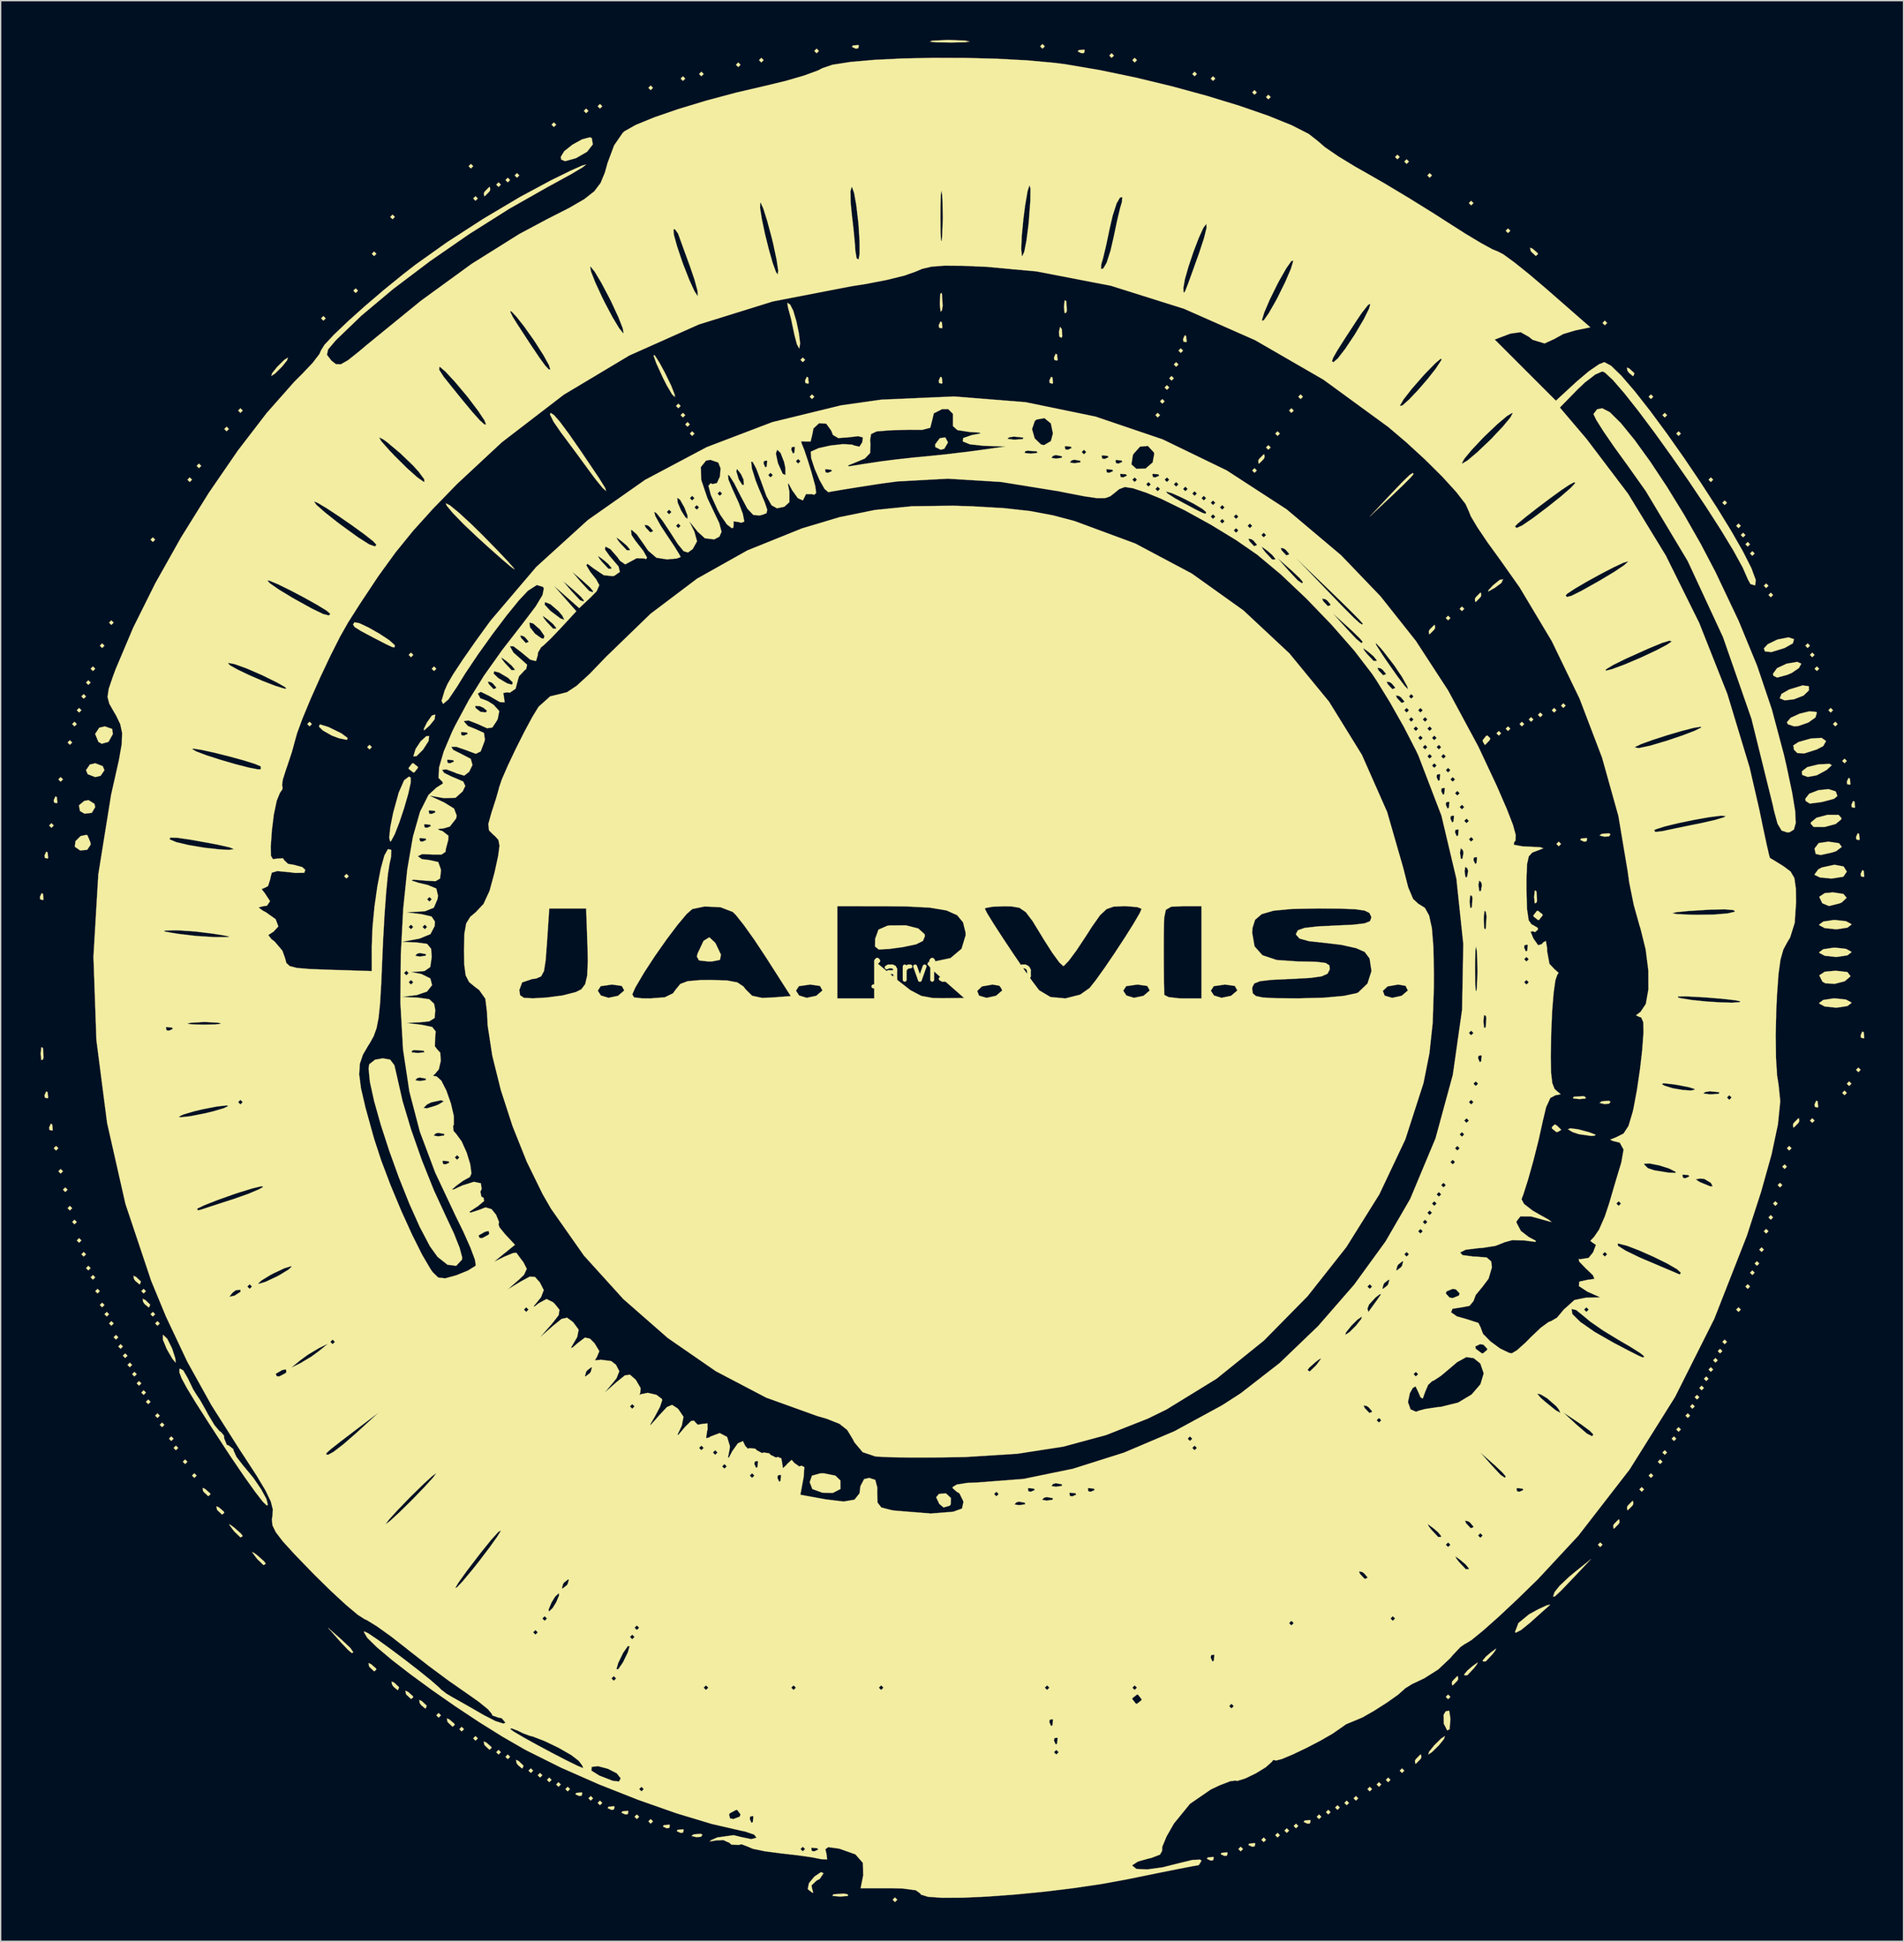
<source format=kicad_pcb>
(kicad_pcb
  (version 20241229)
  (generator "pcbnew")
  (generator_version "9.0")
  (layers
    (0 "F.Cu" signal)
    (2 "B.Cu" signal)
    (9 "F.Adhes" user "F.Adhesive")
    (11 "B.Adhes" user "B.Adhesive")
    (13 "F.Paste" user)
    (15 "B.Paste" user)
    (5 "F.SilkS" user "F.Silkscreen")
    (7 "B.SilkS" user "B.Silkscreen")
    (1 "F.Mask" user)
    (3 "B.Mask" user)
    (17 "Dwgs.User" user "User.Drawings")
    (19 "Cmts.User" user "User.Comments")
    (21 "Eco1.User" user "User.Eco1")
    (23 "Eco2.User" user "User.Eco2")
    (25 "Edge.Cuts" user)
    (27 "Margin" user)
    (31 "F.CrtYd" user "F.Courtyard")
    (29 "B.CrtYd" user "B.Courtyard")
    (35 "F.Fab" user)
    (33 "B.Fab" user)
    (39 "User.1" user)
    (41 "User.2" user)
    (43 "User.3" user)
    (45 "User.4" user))
  (footprint "jarvis_logo"
    (layer "F.Cu")
    (at 69.855 71.227)
    (property "Reference" "jarvis_logo" (at 0 0 0) (layer "F.SilkS") (effects (font (size 1.524 1.524) (thickness 0.3))))
    (attr through_hole)
    (fp_poly (pts (xy -68.792 -11.113) (xy -68.968 -10.936) (xy -69.144 -11.113) (xy -68.968 -11.289) (xy -68.792 -11.113)) (stroke (width 0.01) (type solid)) (fill yes) (layer "F.SilkS"))
    (fp_poly (pts (xy -68.439 13.582) (xy -68.615 13.758) (xy -68.792 13.582) (xy -68.615 13.406) (xy -68.439 13.582)) (stroke (width 0.01) (type solid)) (fill yes) (layer "F.SilkS"))
    (fp_poly (pts (xy -68.086 -14.64) (xy -68.263 -14.464) (xy -68.439 -14.64) (xy -68.263 -14.817) (xy -68.086 -14.64)) (stroke (width 0.01) (type solid)) (fill yes) (layer "F.SilkS"))
    (fp_poly (pts (xy -68.086 15.346) (xy -68.263 15.522) (xy -68.439 15.346) (xy -68.263 15.169) (xy -68.086 15.346)) (stroke (width 0.01) (type solid)) (fill yes) (layer "F.SilkS"))
    (fp_poly (pts (xy -67.733 16.757) (xy -67.91 16.933) (xy -68.086 16.757) (xy -67.91 16.581) (xy -67.733 16.757)) (stroke (width 0.01) (type solid)) (fill yes) (layer "F.SilkS"))
    (fp_poly (pts (xy -67.381 -17.462) (xy -67.557 -17.286) (xy -67.733 -17.462) (xy -67.557 -17.639) (xy -67.381 -17.462)) (stroke (width 0.01) (type solid)) (fill yes) (layer "F.SilkS"))
    (fp_poly (pts (xy -67.381 18.168) (xy -67.557 18.344) (xy -67.733 18.168) (xy -67.557 17.992) (xy -67.381 18.168)) (stroke (width 0.01) (type solid)) (fill yes) (layer "F.SilkS"))
    (fp_poly (pts (xy -67.028 -18.874) (xy -67.204 -18.697) (xy -67.381 -18.874) (xy -67.204 -19.05) (xy -67.028 -18.874)) (stroke (width 0.01) (type solid)) (fill yes) (layer "F.SilkS"))
    (fp_poly (pts (xy -67.028 19.226) (xy -67.204 19.403) (xy -67.381 19.226) (xy -67.204 19.05) (xy -67.028 19.226)) (stroke (width 0.01) (type solid)) (fill yes) (layer "F.SilkS"))
    (fp_poly (pts (xy -66.675 -19.932) (xy -66.851 -19.756) (xy -67.028 -19.932) (xy -66.851 -20.108) (xy -66.675 -19.932)) (stroke (width 0.01) (type solid)) (fill yes) (layer "F.SilkS"))
    (fp_poly (pts (xy -66.675 20.637) (xy -66.851 20.814) (xy -67.028 20.637) (xy -66.851 20.461) (xy -66.675 20.637)) (stroke (width 0.01) (type solid)) (fill yes) (layer "F.SilkS"))
    (fp_poly (pts (xy -66.322 -20.99) (xy -66.499 -20.814) (xy -66.675 -20.99) (xy -66.499 -21.167) (xy -66.322 -20.99)) (stroke (width 0.01) (type solid)) (fill yes) (layer "F.SilkS"))
    (fp_poly (pts (xy -66.322 21.696) (xy -66.499 21.872) (xy -66.675 21.696) (xy -66.499 21.519) (xy -66.322 21.696)) (stroke (width 0.01) (type solid)) (fill yes) (layer "F.SilkS"))
    (fp_poly (pts (xy -65.969 -22.049) (xy -66.146 -21.872) (xy -66.322 -22.049) (xy -66.146 -22.225) (xy -65.969 -22.049)) (stroke (width 0.01) (type solid)) (fill yes) (layer "F.SilkS"))
    (fp_poly (pts (xy -65.969 22.754) (xy -66.146 22.931) (xy -66.322 22.754) (xy -66.146 22.578) (xy -65.969 22.754)) (stroke (width 0.01) (type solid)) (fill yes) (layer "F.SilkS"))
    (fp_poly (pts (xy -65.617 -23.107) (xy -65.793 -22.931) (xy -65.969 -23.107) (xy -65.793 -23.283) (xy -65.617 -23.107)) (stroke (width 0.01) (type solid)) (fill yes) (layer "F.SilkS"))
    (fp_poly (pts (xy -65.617 23.46) (xy -65.793 23.636) (xy -65.969 23.46) (xy -65.793 23.283) (xy -65.617 23.46)) (stroke (width 0.01) (type solid)) (fill yes) (layer "F.SilkS"))
    (fp_poly (pts (xy -65.264 24.518) (xy -65.44 24.694) (xy -65.617 24.518) (xy -65.44 24.342) (xy -65.264 24.518)) (stroke (width 0.01) (type solid)) (fill yes) (layer "F.SilkS"))
    (fp_poly (pts (xy -64.911 -24.871) (xy -65.088 -24.694) (xy -65.264 -24.871) (xy -65.088 -25.047) (xy -64.911 -24.871)) (stroke (width 0.01) (type solid)) (fill yes) (layer "F.SilkS"))
    (fp_poly (pts (xy -64.911 25.576) (xy -65.088 25.753) (xy -65.264 25.576) (xy -65.088 25.4) (xy -64.911 25.576)) (stroke (width 0.01) (type solid)) (fill yes) (layer "F.SilkS"))
    (fp_poly (pts (xy -64.558 26.282) (xy -64.735 26.458) (xy -64.911 26.282) (xy -64.735 26.106) (xy -64.558 26.282)) (stroke (width 0.01) (type solid)) (fill yes) (layer "F.SilkS"))
    (fp_poly (pts (xy -64.206 -26.635) (xy -64.382 -26.458) (xy -64.558 -26.635) (xy -64.382 -26.811) (xy -64.206 -26.635)) (stroke (width 0.01) (type solid)) (fill yes) (layer "F.SilkS"))
    (fp_poly (pts (xy -64.206 26.988) (xy -64.382 27.164) (xy -64.558 26.988) (xy -64.382 26.811) (xy -64.206 26.988)) (stroke (width 0.01) (type solid)) (fill yes) (layer "F.SilkS"))
    (fp_poly (pts (xy -63.853 28.046) (xy -64.029 28.222) (xy -64.206 28.046) (xy -64.029 27.869) (xy -63.853 28.046)) (stroke (width 0.01) (type solid)) (fill yes) (layer "F.SilkS"))
    (fp_poly (pts (xy -63.5 28.751) (xy -63.676 28.928) (xy -63.853 28.751) (xy -63.676 28.575) (xy -63.5 28.751)) (stroke (width 0.01) (type solid)) (fill yes) (layer "F.SilkS"))
    (fp_poly (pts (xy -63.147 29.457) (xy -63.324 29.633) (xy -63.5 29.457) (xy -63.324 29.281) (xy -63.147 29.457)) (stroke (width 0.01) (type solid)) (fill yes) (layer "F.SilkS"))
    (fp_poly (pts (xy -62.794 30.163) (xy -62.971 30.339) (xy -63.147 30.163) (xy -62.971 29.986) (xy -62.794 30.163)) (stroke (width 0.01) (type solid)) (fill yes) (layer "F.SilkS"))
    (fp_poly (pts (xy -62.442 30.868) (xy -62.618 31.044) (xy -62.794 30.868) (xy -62.618 30.692) (xy -62.442 30.868)) (stroke (width 0.01) (type solid)) (fill yes) (layer "F.SilkS"))
    (fp_poly (pts (xy -62.089 31.574) (xy -62.265 31.75) (xy -62.442 31.574) (xy -62.265 31.397) (xy -62.089 31.574)) (stroke (width 0.01) (type solid)) (fill yes) (layer "F.SilkS"))
    (fp_poly (pts (xy -61.736 24.518) (xy -61.913 24.694) (xy -62.089 24.518) (xy -61.913 24.342) (xy -61.736 24.518)) (stroke (width 0.01) (type solid)) (fill yes) (layer "F.SilkS"))
    (fp_poly (pts (xy -61.736 32.279) (xy -61.913 32.456) (xy -62.089 32.279) (xy -61.913 32.103) (xy -61.736 32.279)) (stroke (width 0.01) (type solid)) (fill yes) (layer "F.SilkS"))
    (fp_poly (pts (xy -61.383 32.985) (xy -61.56 33.161) (xy -61.736 32.985) (xy -61.56 32.808) (xy -61.383 32.985)) (stroke (width 0.01) (type solid)) (fill yes) (layer "F.SilkS"))
    (fp_poly (pts (xy -61.031 -32.985) (xy -61.207 -32.808) (xy -61.383 -32.985) (xy -61.207 -33.161) (xy -61.031 -32.985)) (stroke (width 0.01) (type solid)) (fill yes) (layer "F.SilkS"))
    (fp_poly (pts (xy -61.031 26.282) (xy -61.207 26.458) (xy -61.383 26.282) (xy -61.207 26.106) (xy -61.031 26.282)) (stroke (width 0.01) (type solid)) (fill yes) (layer "F.SilkS"))
    (fp_poly (pts (xy -60.678 26.988) (xy -60.854 27.164) (xy -61.031 26.988) (xy -60.854 26.811) (xy -60.678 26.988)) (stroke (width 0.01) (type solid)) (fill yes) (layer "F.SilkS"))
    (fp_poly (pts (xy -60.678 34.043) (xy -60.854 34.219) (xy -61.031 34.043) (xy -60.854 33.867) (xy -60.678 34.043)) (stroke (width 0.01) (type solid)) (fill yes) (layer "F.SilkS"))
    (fp_poly (pts (xy -60.325 34.749) (xy -60.501 34.925) (xy -60.678 34.749) (xy -60.501 34.572) (xy -60.325 34.749)) (stroke (width 0.01) (type solid)) (fill yes) (layer "F.SilkS"))
    (fp_poly (pts (xy -59.619 35.807) (xy -59.796 35.983) (xy -59.972 35.807) (xy -59.796 35.631) (xy -59.619 35.807)) (stroke (width 0.01) (type solid)) (fill yes) (layer "F.SilkS"))
    (fp_poly (pts (xy -59.267 36.513) (xy -59.443 36.689) (xy -59.619 36.513) (xy -59.443 36.336) (xy -59.267 36.513)) (stroke (width 0.01) (type solid)) (fill yes) (layer "F.SilkS"))
    (fp_poly (pts (xy -58.561 37.571) (xy -58.737 37.747) (xy -58.914 37.571) (xy -58.737 37.394) (xy -58.561 37.571)) (stroke (width 0.01) (type solid)) (fill yes) (layer "F.SilkS"))
    (fp_poly (pts (xy -58.208 -37.571) (xy -58.385 -37.394) (xy -58.561 -37.571) (xy -58.385 -37.747) (xy -58.208 -37.571)) (stroke (width 0.01) (type solid)) (fill yes) (layer "F.SilkS"))
    (fp_poly (pts (xy -57.856 38.629) (xy -58.032 38.806) (xy -58.208 38.629) (xy -58.032 38.453) (xy -57.856 38.629)) (stroke (width 0.01) (type solid)) (fill yes) (layer "F.SilkS"))
    (fp_poly (pts (xy -57.503 -38.629) (xy -57.679 -38.453) (xy -57.856 -38.629) (xy -57.679 -38.806) (xy -57.503 -38.629)) (stroke (width 0.01) (type solid)) (fill yes) (layer "F.SilkS"))
    (fp_poly (pts (xy -55.386 -41.451) (xy -55.562 -41.275) (xy -55.739 -41.451) (xy -55.562 -41.628) (xy -55.386 -41.451)) (stroke (width 0.01) (type solid)) (fill yes) (layer "F.SilkS"))
    (fp_poly (pts (xy -54.328 -42.862) (xy -54.504 -42.686) (xy -54.681 -42.862) (xy -54.504 -43.039) (xy -54.328 -42.862)) (stroke (width 0.01) (type solid)) (fill yes) (layer "F.SilkS"))
    (fp_poly (pts (xy -49.036 -18.874) (xy -49.212 -18.697) (xy -49.389 -18.874) (xy -49.212 -19.05) (xy -49.036 -18.874)) (stroke (width 0.01) (type solid)) (fill yes) (layer "F.SilkS"))
    (fp_poly (pts (xy -47.978 -49.918) (xy -48.154 -49.742) (xy -48.331 -49.918) (xy -48.154 -50.094) (xy -47.978 -49.918)) (stroke (width 0.01) (type solid)) (fill yes) (layer "F.SilkS"))
    (fp_poly (pts (xy -46.214 -7.232) (xy -46.39 -7.056) (xy -46.567 -7.232) (xy -46.39 -7.408) (xy -46.214 -7.232)) (stroke (width 0.01) (type solid)) (fill yes) (layer "F.SilkS"))
    (fp_poly (pts (xy -45.508 -52.035) (xy -45.685 -51.858) (xy -45.861 -52.035) (xy -45.685 -52.211) (xy -45.508 -52.035)) (stroke (width 0.01) (type solid)) (fill yes) (layer "F.SilkS"))
    (fp_poly (pts (xy -44.45 -17.11) (xy -44.626 -16.933) (xy -44.803 -17.11) (xy -44.626 -17.286) (xy -44.45 -17.11)) (stroke (width 0.01) (type solid)) (fill yes) (layer "F.SilkS"))
    (fp_poly (pts (xy -44.097 -54.857) (xy -44.274 -54.681) (xy -44.45 -54.857) (xy -44.274 -55.033) (xy -44.097 -54.857)) (stroke (width 0.01) (type solid)) (fill yes) (layer "F.SilkS"))
    (fp_poly (pts (xy -42.686 -57.679) (xy -42.862 -57.503) (xy -43.039 -57.679) (xy -42.862 -57.856) (xy -42.686 -57.679)) (stroke (width 0.01) (type solid)) (fill yes) (layer "F.SilkS"))
    (fp_poly (pts (xy -41.275 -24.165) (xy -41.451 -23.989) (xy -41.628 -24.165) (xy -41.451 -24.342) (xy -41.275 -24.165)) (stroke (width 0.01) (type solid)) (fill yes) (layer "F.SilkS"))
    (fp_poly (pts (xy -39.511 -23.107) (xy -39.688 -22.931) (xy -39.864 -23.107) (xy -39.688 -23.283) (xy -39.511 -23.107)) (stroke (width 0.01) (type solid)) (fill yes) (layer "F.SilkS"))
    (fp_poly (pts (xy -39.158 56.974) (xy -39.335 57.15) (xy -39.511 56.974) (xy -39.335 56.797) (xy -39.158 56.974)) (stroke (width 0.01) (type solid)) (fill yes) (layer "F.SilkS"))
    (fp_poly (pts (xy -37.394 58.032) (xy -37.571 58.208) (xy -37.747 58.032) (xy -37.571 57.856) (xy -37.394 58.032)) (stroke (width 0.01) (type solid)) (fill yes) (layer "F.SilkS"))
    (fp_poly (pts (xy -36.689 -61.56) (xy -36.865 -61.383) (xy -37.042 -61.56) (xy -36.865 -61.736) (xy -36.689 -61.56)) (stroke (width 0.01) (type solid)) (fill yes) (layer "F.SilkS"))
    (fp_poly (pts (xy -36.336 -59.09) (xy -36.513 -58.914) (xy -36.689 -59.09) (xy -36.513 -59.267) (xy -36.336 -59.09)) (stroke (width 0.01) (type solid)) (fill yes) (layer "F.SilkS"))
    (fp_poly (pts (xy -36.336 58.737) (xy -36.513 58.914) (xy -36.689 58.737) (xy -36.513 58.561) (xy -36.336 58.737)) (stroke (width 0.01) (type solid)) (fill yes) (layer "F.SilkS"))
    (fp_poly (pts (xy -34.572 -60.149) (xy -34.749 -59.972) (xy -34.925 -60.149) (xy -34.749 -60.325) (xy -34.572 -60.149)) (stroke (width 0.01) (type solid)) (fill yes) (layer "F.SilkS"))
    (fp_poly (pts (xy -34.572 59.796) (xy -34.749 59.972) (xy -34.925 59.796) (xy -34.749 59.619) (xy -34.572 59.796)) (stroke (width 0.01) (type solid)) (fill yes) (layer "F.SilkS"))
    (fp_poly (pts (xy -33.867 -60.501) (xy -34.043 -60.325) (xy -34.219 -60.501) (xy -34.043 -60.678) (xy -33.867 -60.501)) (stroke (width 0.01) (type solid)) (fill yes) (layer "F.SilkS"))
    (fp_poly (pts (xy -33.867 60.149) (xy -34.043 60.325) (xy -34.219 60.149) (xy -34.043 59.972) (xy -33.867 60.149)) (stroke (width 0.01) (type solid)) (fill yes) (layer "F.SilkS"))
    (fp_poly (pts (xy -33.161 -60.854) (xy -33.337 -60.678) (xy -33.514 -60.854) (xy -33.337 -61.031) (xy -33.161 -60.854)) (stroke (width 0.01) (type solid)) (fill yes) (layer "F.SilkS"))
    (fp_poly (pts (xy -32.103 61.207) (xy -32.279 61.383) (xy -32.456 61.207) (xy -32.279 61.031) (xy -32.103 61.207)) (stroke (width 0.01) (type solid)) (fill yes) (layer "F.SilkS"))
    (fp_poly (pts (xy -31.397 61.56) (xy -31.574 61.736) (xy -31.75 61.56) (xy -31.574 61.383) (xy -31.397 61.56)) (stroke (width 0.01) (type solid)) (fill yes) (layer "F.SilkS"))
    (fp_poly (pts (xy -30.692 61.913) (xy -30.868 62.089) (xy -31.044 61.913) (xy -30.868 61.736) (xy -30.692 61.913)) (stroke (width 0.01) (type solid)) (fill yes) (layer "F.SilkS"))
    (fp_poly (pts (xy -30.339 -64.735) (xy -30.515 -64.558) (xy -30.692 -64.735) (xy -30.515 -64.911) (xy -30.339 -64.735)) (stroke (width 0.01) (type solid)) (fill yes) (layer "F.SilkS"))
    (fp_poly (pts (xy -29.986 62.265) (xy -30.163 62.442) (xy -30.339 62.265) (xy -30.163 62.089) (xy -29.986 62.265)) (stroke (width 0.01) (type solid)) (fill yes) (layer "F.SilkS"))
    (fp_poly (pts (xy -29.281 62.618) (xy -29.457 62.794) (xy -29.633 62.618) (xy -29.457 62.442) (xy -29.281 62.618)) (stroke (width 0.01) (type solid)) (fill yes) (layer "F.SilkS"))
    (fp_poly (pts (xy -27.869 -65.793) (xy -28.046 -65.617) (xy -28.222 -65.793) (xy -28.046 -65.969) (xy -27.869 -65.793)) (stroke (width 0.01) (type solid)) (fill yes) (layer "F.SilkS"))
    (fp_poly (pts (xy -27.517 63.324) (xy -27.693 63.5) (xy -27.869 63.324) (xy -27.693 63.147) (xy -27.517 63.324)) (stroke (width 0.01) (type solid)) (fill yes) (layer "F.SilkS"))
    (fp_poly (pts (xy -26.811 -66.146) (xy -26.988 -65.969) (xy -27.164 -66.146) (xy -26.988 -66.322) (xy -26.811 -66.146)) (stroke (width 0.01) (type solid)) (fill yes) (layer "F.SilkS"))
    (fp_poly (pts (xy -26.811 63.676) (xy -26.988 63.853) (xy -27.164 63.676) (xy -26.988 63.5) (xy -26.811 63.676)) (stroke (width 0.01) (type solid)) (fill yes) (layer "F.SilkS"))
    (fp_poly (pts (xy -23.989 64.735) (xy -24.165 64.911) (xy -24.342 64.735) (xy -24.165 64.558) (xy -23.989 64.735)) (stroke (width 0.01) (type solid)) (fill yes) (layer "F.SilkS"))
    (fp_poly (pts (xy -22.931 -67.557) (xy -23.107 -67.381) (xy -23.283 -67.557) (xy -23.107 -67.733) (xy -22.931 -67.557)) (stroke (width 0.01) (type solid)) (fill yes) (layer "F.SilkS"))
    (fp_poly (pts (xy -22.931 65.088) (xy -23.107 65.264) (xy -23.283 65.088) (xy -23.107 64.911) (xy -22.931 65.088)) (stroke (width 0.01) (type solid)) (fill yes) (layer "F.SilkS"))
    (fp_poly (pts (xy -20.814 -43.215) (xy -20.99 -43.039) (xy -21.167 -43.215) (xy -20.99 -43.392) (xy -20.814 -43.215)) (stroke (width 0.01) (type solid)) (fill yes) (layer "F.SilkS"))
    (fp_poly (pts (xy -20.461 -68.263) (xy -20.637 -68.086) (xy -20.814 -68.263) (xy -20.637 -68.439) (xy -20.461 -68.263)) (stroke (width 0.01) (type solid)) (fill yes) (layer "F.SilkS"))
    (fp_poly (pts (xy -20.461 -42.51) (xy -20.637 -42.333) (xy -20.814 -42.51) (xy -20.637 -42.686) (xy -20.461 -42.51)) (stroke (width 0.01) (type solid)) (fill yes) (layer "F.SilkS"))
    (fp_poly (pts (xy -20.108 -41.804) (xy -20.285 -41.628) (xy -20.461 -41.804) (xy -20.285 -41.981) (xy -20.108 -41.804)) (stroke (width 0.01) (type solid)) (fill yes) (layer "F.SilkS"))
    (fp_poly (pts (xy -19.756 -41.099) (xy -19.932 -40.922) (xy -20.108 -41.099) (xy -19.932 -41.275) (xy -19.756 -41.099)) (stroke (width 0.01) (type solid)) (fill yes) (layer "F.SilkS"))
    (fp_poly (pts (xy -19.05 -68.615) (xy -19.226 -68.439) (xy -19.403 -68.615) (xy -19.226 -68.792) (xy -19.05 -68.615)) (stroke (width 0.01) (type solid)) (fill yes) (layer "F.SilkS"))
    (fp_poly (pts (xy -16.228 -69.321) (xy -16.404 -69.144) (xy -16.581 -69.321) (xy -16.404 -69.497) (xy -16.228 -69.321)) (stroke (width 0.01) (type solid)) (fill yes) (layer "F.SilkS"))
    (fp_poly (pts (xy -14.464 -69.674) (xy -14.64 -69.497) (xy -14.817 -69.674) (xy -14.64 -69.85) (xy -14.464 -69.674)) (stroke (width 0.01) (type solid)) (fill yes) (layer "F.SilkS"))
    (fp_poly (pts (xy -11.289 -46.743) (xy -11.465 -46.567) (xy -11.642 -46.743) (xy -11.465 -46.919) (xy -11.289 -46.743)) (stroke (width 0.01) (type solid)) (fill yes) (layer "F.SilkS"))
    (fp_poly (pts (xy -10.583 -43.921) (xy -10.76 -43.744) (xy -10.936 -43.921) (xy -10.76 -44.097) (xy -10.583 -43.921)) (stroke (width 0.01) (type solid)) (fill yes) (layer "F.SilkS"))
    (fp_poly (pts (xy -10.231 -70.379) (xy -10.407 -70.203) (xy -10.583 -70.379) (xy -10.407 -70.556) (xy -10.231 -70.379)) (stroke (width 0.01) (type solid)) (fill yes) (layer "F.SilkS"))
    (fp_poly (pts (xy -4.233 71.085) (xy -4.41 71.261) (xy -4.586 71.085) (xy -4.41 70.908) (xy -4.233 71.085)) (stroke (width 0.01) (type solid)) (fill yes) (layer "F.SilkS"))
    (fp_poly (pts (xy 7.056 -70.732) (xy 6.879 -70.556) (xy 6.703 -70.732) (xy 6.879 -70.908) (xy 7.056 -70.732)) (stroke (width 0.01) (type solid)) (fill yes) (layer "F.SilkS"))
    (fp_poly (pts (xy 12.347 -70.026) (xy 12.171 -69.85) (xy 11.994 -70.026) (xy 12.171 -70.203) (xy 12.347 -70.026)) (stroke (width 0.01) (type solid)) (fill yes) (layer "F.SilkS"))
    (fp_poly (pts (xy 14.111 -69.674) (xy 13.935 -69.497) (xy 13.758 -69.674) (xy 13.935 -69.85) (xy 14.111 -69.674)) (stroke (width 0.01) (type solid)) (fill yes) (layer "F.SilkS"))
    (fp_poly (pts (xy 15.875 -42.51) (xy 15.699 -42.333) (xy 15.522 -42.51) (xy 15.699 -42.686) (xy 15.875 -42.51)) (stroke (width 0.01) (type solid)) (fill yes) (layer "F.SilkS"))
    (fp_poly (pts (xy 16.228 -43.568) (xy 16.051 -43.392) (xy 15.875 -43.568) (xy 16.051 -43.744) (xy 16.228 -43.568)) (stroke (width 0.01) (type solid)) (fill yes) (layer "F.SilkS"))
    (fp_poly (pts (xy 16.581 -44.626) (xy 16.404 -44.45) (xy 16.228 -44.626) (xy 16.404 -44.803) (xy 16.581 -44.626)) (stroke (width 0.01) (type solid)) (fill yes) (layer "F.SilkS"))
    (fp_poly (pts (xy 16.933 -45.332) (xy 16.757 -45.156) (xy 16.581 -45.332) (xy 16.757 -45.508) (xy 16.933 -45.332)) (stroke (width 0.01) (type solid)) (fill yes) (layer "F.SilkS"))
    (fp_poly (pts (xy 17.286 -46.39) (xy 17.11 -46.214) (xy 16.933 -46.39) (xy 17.11 -46.567) (xy 17.286 -46.39)) (stroke (width 0.01) (type solid)) (fill yes) (layer "F.SilkS"))
    (fp_poly (pts (xy 17.639 -47.449) (xy 17.462 -47.272) (xy 17.286 -47.449) (xy 17.462 -47.625) (xy 17.639 -47.449)) (stroke (width 0.01) (type solid)) (fill yes) (layer "F.SilkS"))
    (fp_poly (pts (xy 18.697 -68.615) (xy 18.521 -68.439) (xy 18.344 -68.615) (xy 18.521 -68.792) (xy 18.697 -68.615)) (stroke (width 0.01) (type solid)) (fill yes) (layer "F.SilkS"))
    (fp_poly (pts (xy 20.108 -68.263) (xy 19.932 -68.086) (xy 19.756 -68.263) (xy 19.932 -68.439) (xy 20.108 -68.263)) (stroke (width 0.01) (type solid)) (fill yes) (layer "F.SilkS"))
    (fp_poly (pts (xy 22.225 67.204) (xy 22.049 67.381) (xy 21.872 67.204) (xy 22.049 67.028) (xy 22.225 67.204)) (stroke (width 0.01) (type solid)) (fill yes) (layer "F.SilkS"))
    (fp_poly (pts (xy 23.283 -67.204) (xy 23.107 -67.028) (xy 22.931 -67.204) (xy 23.107 -67.381) (xy 23.283 -67.204)) (stroke (width 0.01) (type solid)) (fill yes) (layer "F.SilkS"))
    (fp_poly (pts (xy 23.283 -38.276) (xy 23.107 -38.1) (xy 22.931 -38.276) (xy 23.107 -38.453) (xy 23.283 -38.276)) (stroke (width 0.01) (type solid)) (fill yes) (layer "F.SilkS"))
    (fp_poly (pts (xy 23.989 66.499) (xy 23.812 66.675) (xy 23.636 66.499) (xy 23.812 66.322) (xy 23.989 66.499)) (stroke (width 0.01) (type solid)) (fill yes) (layer "F.SilkS"))
    (fp_poly (pts (xy 24.342 -66.851) (xy 24.165 -66.675) (xy 23.989 -66.851) (xy 24.165 -67.028) (xy 24.342 -66.851)) (stroke (width 0.01) (type solid)) (fill yes) (layer "F.SilkS"))
    (fp_poly (pts (xy 24.342 -40.04) (xy 24.165 -39.864) (xy 23.989 -40.04) (xy 24.165 -40.217) (xy 24.342 -40.04)) (stroke (width 0.01) (type solid)) (fill yes) (layer "F.SilkS"))
    (fp_poly (pts (xy 25.047 -41.099) (xy 24.871 -40.922) (xy 24.694 -41.099) (xy 24.871 -41.275) (xy 25.047 -41.099)) (stroke (width 0.01) (type solid)) (fill yes) (layer "F.SilkS"))
    (fp_poly (pts (xy 25.047 66.146) (xy 24.871 66.322) (xy 24.694 66.146) (xy 24.871 65.969) (xy 25.047 66.146)) (stroke (width 0.01) (type solid)) (fill yes) (layer "F.SilkS"))
    (fp_poly (pts (xy 25.753 65.793) (xy 25.576 65.969) (xy 25.4 65.793) (xy 25.576 65.617) (xy 25.753 65.793)) (stroke (width 0.01) (type solid)) (fill yes) (layer "F.SilkS"))
    (fp_poly (pts (xy 26.106 -42.862) (xy 25.929 -42.686) (xy 25.753 -42.862) (xy 25.929 -43.039) (xy 26.106 -42.862)) (stroke (width 0.01) (type solid)) (fill yes) (layer "F.SilkS"))
    (fp_poly (pts (xy 26.458 65.44) (xy 26.282 65.617) (xy 26.106 65.44) (xy 26.282 65.264) (xy 26.458 65.44)) (stroke (width 0.01) (type solid)) (fill yes) (layer "F.SilkS"))
    (fp_poly (pts (xy 26.811 -43.921) (xy 26.635 -43.744) (xy 26.458 -43.921) (xy 26.635 -44.097) (xy 26.811 -43.921)) (stroke (width 0.01) (type solid)) (fill yes) (layer "F.SilkS"))
    (fp_poly (pts (xy 28.222 64.735) (xy 28.046 64.911) (xy 27.869 64.735) (xy 28.046 64.558) (xy 28.222 64.735)) (stroke (width 0.01) (type solid)) (fill yes) (layer "F.SilkS"))
    (fp_poly (pts (xy 28.928 64.382) (xy 28.751 64.558) (xy 28.575 64.382) (xy 28.751 64.206) (xy 28.928 64.382)) (stroke (width 0.01) (type solid)) (fill yes) (layer "F.SilkS"))
    (fp_poly (pts (xy 29.633 64.029) (xy 29.457 64.206) (xy 29.281 64.029) (xy 29.457 63.853) (xy 29.633 64.029)) (stroke (width 0.01) (type solid)) (fill yes) (layer "F.SilkS"))
    (fp_poly (pts (xy 30.339 63.676) (xy 30.163 63.853) (xy 29.986 63.676) (xy 30.163 63.5) (xy 30.339 63.676)) (stroke (width 0.01) (type solid)) (fill yes) (layer "F.SilkS"))
    (fp_poly (pts (xy 31.044 63.324) (xy 30.868 63.5) (xy 30.692 63.324) (xy 30.868 63.147) (xy 31.044 63.324)) (stroke (width 0.01) (type solid)) (fill yes) (layer "F.SilkS"))
    (fp_poly (pts (xy 32.103 62.618) (xy 31.926 62.794) (xy 31.75 62.618) (xy 31.926 62.442) (xy 32.103 62.618)) (stroke (width 0.01) (type solid)) (fill yes) (layer "F.SilkS"))
    (fp_poly (pts (xy 32.808 62.265) (xy 32.632 62.442) (xy 32.456 62.265) (xy 32.632 62.089) (xy 32.808 62.265)) (stroke (width 0.01) (type solid)) (fill yes) (layer "F.SilkS"))
    (fp_poly (pts (xy 33.514 61.913) (xy 33.337 62.089) (xy 33.161 61.913) (xy 33.337 61.736) (xy 33.514 61.913)) (stroke (width 0.01) (type solid)) (fill yes) (layer "F.SilkS"))
    (fp_poly (pts (xy 34.219 -62.265) (xy 34.043 -62.089) (xy 33.867 -62.265) (xy 34.043 -62.442) (xy 34.219 -62.265)) (stroke (width 0.01) (type solid)) (fill yes) (layer "F.SilkS"))
    (fp_poly (pts (xy 34.572 61.207) (xy 34.396 61.383) (xy 34.219 61.207) (xy 34.396 61.031) (xy 34.572 61.207)) (stroke (width 0.01) (type solid)) (fill yes) (layer "F.SilkS"))
    (fp_poly (pts (xy 34.925 -61.913) (xy 34.749 -61.736) (xy 34.572 -61.913) (xy 34.749 -62.089) (xy 34.925 -61.913)) (stroke (width 0.01) (type solid)) (fill yes) (layer "F.SilkS"))
    (fp_poly (pts (xy 36.689 -60.854) (xy 36.513 -60.678) (xy 36.336 -60.854) (xy 36.513 -61.031) (xy 36.689 -60.854)) (stroke (width 0.01) (type solid)) (fill yes) (layer "F.SilkS"))
    (fp_poly (pts (xy 38.1 -26.988) (xy 37.924 -26.811) (xy 37.747 -26.988) (xy 37.924 -27.164) (xy 38.1 -26.988)) (stroke (width 0.01) (type solid)) (fill yes) (layer "F.SilkS"))
    (fp_poly (pts (xy 38.1 55.562) (xy 37.924 55.739) (xy 37.747 55.562) (xy 37.924 55.386) (xy 38.1 55.562)) (stroke (width 0.01) (type solid)) (fill yes) (layer "F.SilkS"))
    (fp_poly (pts (xy 39.158 -27.693) (xy 38.982 -27.517) (xy 38.806 -27.693) (xy 38.982 -27.869) (xy 39.158 -27.693)) (stroke (width 0.01) (type solid)) (fill yes) (layer "F.SilkS"))
    (fp_poly (pts (xy 39.864 -58.737) (xy 39.688 -58.561) (xy 39.511 -58.737) (xy 39.688 -58.914) (xy 39.864 -58.737)) (stroke (width 0.01) (type solid)) (fill yes) (layer "F.SilkS"))
    (fp_poly (pts (xy 41.981 -18.168) (xy 41.804 -17.992) (xy 41.628 -18.168) (xy 41.804 -18.344) (xy 41.981 -18.168)) (stroke (width 0.01) (type solid)) (fill yes) (layer "F.SilkS"))
    (fp_poly (pts (xy 42.686 -56.621) (xy 42.51 -56.444) (xy 42.333 -56.621) (xy 42.51 -56.797) (xy 42.686 -56.621)) (stroke (width 0.01) (type solid)) (fill yes) (layer "F.SilkS"))
    (fp_poly (pts (xy 42.686 -18.521) (xy 42.51 -18.344) (xy 42.333 -18.521) (xy 42.51 -18.697) (xy 42.686 -18.521)) (stroke (width 0.01) (type solid)) (fill yes) (layer "F.SilkS"))
    (fp_poly (pts (xy 43.744 -18.874) (xy 43.568 -18.697) (xy 43.392 -18.874) (xy 43.568 -19.05) (xy 43.744 -18.874)) (stroke (width 0.01) (type solid)) (fill yes) (layer "F.SilkS"))
    (fp_poly (pts (xy 44.45 -19.226) (xy 44.274 -19.05) (xy 44.097 -19.226) (xy 44.274 -19.403) (xy 44.45 -19.226)) (stroke (width 0.01) (type solid)) (fill yes) (layer "F.SilkS"))
    (fp_poly (pts (xy 45.156 -19.579) (xy 44.979 -19.403) (xy 44.803 -19.579) (xy 44.979 -19.756) (xy 45.156 -19.579)) (stroke (width 0.01) (type solid)) (fill yes) (layer "F.SilkS"))
    (fp_poly (pts (xy 46.214 -19.932) (xy 46.038 -19.756) (xy 45.861 -19.932) (xy 46.038 -20.108) (xy 46.214 -19.932)) (stroke (width 0.01) (type solid)) (fill yes) (layer "F.SilkS"))
    (fp_poly (pts (xy 46.567 -9.701) (xy 46.39 -9.525) (xy 46.214 -9.701) (xy 46.39 -9.878) (xy 46.567 -9.701)) (stroke (width 0.01) (type solid)) (fill yes) (layer "F.SilkS"))
    (fp_poly (pts (xy 46.919 -20.285) (xy 46.743 -20.108) (xy 46.567 -20.285) (xy 46.743 -20.461) (xy 46.919 -20.285)) (stroke (width 0.01) (type solid)) (fill yes) (layer "F.SilkS"))
    (fp_poly (pts (xy 49.742 43.921) (xy 49.565 44.097) (xy 49.389 43.921) (xy 49.565 43.744) (xy 49.742 43.921)) (stroke (width 0.01) (type solid)) (fill yes) (layer "F.SilkS"))
    (fp_poly (pts (xy 50.094 -49.565) (xy 49.918 -49.389) (xy 49.742 -49.565) (xy 49.918 -49.742) (xy 50.094 -49.565)) (stroke (width 0.01) (type solid)) (fill yes) (layer "F.SilkS"))
    (fp_poly (pts (xy 52.917 39.688) (xy 52.74 39.864) (xy 52.564 39.688) (xy 52.74 39.511) (xy 52.917 39.688)) (stroke (width 0.01) (type solid)) (fill yes) (layer "F.SilkS"))
    (fp_poly (pts (xy 53.622 -43.921) (xy 53.446 -43.744) (xy 53.269 -43.921) (xy 53.446 -44.097) (xy 53.622 -43.921)) (stroke (width 0.01) (type solid)) (fill yes) (layer "F.SilkS"))
    (fp_poly (pts (xy 53.622 38.629) (xy 53.446 38.806) (xy 53.269 38.629) (xy 53.446 38.453) (xy 53.622 38.629)) (stroke (width 0.01) (type solid)) (fill yes) (layer "F.SilkS"))
    (fp_poly (pts (xy 54.328 37.571) (xy 54.151 37.747) (xy 53.975 37.571) (xy 54.151 37.394) (xy 54.328 37.571)) (stroke (width 0.01) (type solid)) (fill yes) (layer "F.SilkS"))
    (fp_poly (pts (xy 54.681 -42.51) (xy 54.504 -42.333) (xy 54.328 -42.51) (xy 54.504 -42.686) (xy 54.681 -42.51)) (stroke (width 0.01) (type solid)) (fill yes) (layer "F.SilkS"))
    (fp_poly (pts (xy 54.681 36.865) (xy 54.504 37.042) (xy 54.328 36.865) (xy 54.504 36.689) (xy 54.681 36.865)) (stroke (width 0.01) (type solid)) (fill yes) (layer "F.SilkS"))
    (fp_poly (pts (xy 55.386 35.807) (xy 55.21 35.983) (xy 55.033 35.807) (xy 55.21 35.631) (xy 55.386 35.807)) (stroke (width 0.01) (type solid)) (fill yes) (layer "F.SilkS"))
    (fp_poly (pts (xy 55.739 -41.099) (xy 55.562 -40.922) (xy 55.386 -41.099) (xy 55.562 -41.275) (xy 55.739 -41.099)) (stroke (width 0.01) (type solid)) (fill yes) (layer "F.SilkS"))
    (fp_poly (pts (xy 55.739 35.101) (xy 55.562 35.278) (xy 55.386 35.101) (xy 55.562 34.925) (xy 55.739 35.101)) (stroke (width 0.01) (type solid)) (fill yes) (layer "F.SilkS"))
    (fp_poly (pts (xy 56.444 34.043) (xy 56.268 34.219) (xy 56.092 34.043) (xy 56.268 33.867) (xy 56.444 34.043)) (stroke (width 0.01) (type solid)) (fill yes) (layer "F.SilkS"))
    (fp_poly (pts (xy 56.797 33.337) (xy 56.621 33.514) (xy 56.444 33.337) (xy 56.621 33.161) (xy 56.797 33.337)) (stroke (width 0.01) (type solid)) (fill yes) (layer "F.SilkS"))
    (fp_poly (pts (xy 57.15 32.632) (xy 56.974 32.808) (xy 56.797 32.632) (xy 56.974 32.456) (xy 57.15 32.632)) (stroke (width 0.01) (type solid)) (fill yes) (layer "F.SilkS"))
    (fp_poly (pts (xy 57.503 31.926) (xy 57.326 32.103) (xy 57.15 31.926) (xy 57.326 31.75) (xy 57.503 31.926)) (stroke (width 0.01) (type solid)) (fill yes) (layer "F.SilkS"))
    (fp_poly (pts (xy 57.856 31.221) (xy 57.679 31.397) (xy 57.503 31.221) (xy 57.679 31.044) (xy 57.856 31.221)) (stroke (width 0.01) (type solid)) (fill yes) (layer "F.SilkS"))
    (fp_poly (pts (xy 58.208 -37.571) (xy 58.032 -37.394) (xy 57.856 -37.571) (xy 58.032 -37.747) (xy 58.208 -37.571)) (stroke (width 0.01) (type solid)) (fill yes) (layer "F.SilkS"))
    (fp_poly (pts (xy 58.208 30.515) (xy 58.032 30.692) (xy 57.856 30.515) (xy 58.032 30.339) (xy 58.208 30.515)) (stroke (width 0.01) (type solid)) (fill yes) (layer "F.SilkS"))
    (fp_poly (pts (xy 58.561 29.81) (xy 58.385 29.986) (xy 58.208 29.81) (xy 58.385 29.633) (xy 58.561 29.81)) (stroke (width 0.01) (type solid)) (fill yes) (layer "F.SilkS"))
    (fp_poly (pts (xy 58.914 29.104) (xy 58.737 29.281) (xy 58.561 29.104) (xy 58.737 28.928) (xy 58.914 29.104)) (stroke (width 0.01) (type solid)) (fill yes) (layer "F.SilkS"))
    (fp_poly (pts (xy 59.267 -35.807) (xy 59.09 -35.631) (xy 58.914 -35.807) (xy 59.09 -35.983) (xy 59.267 -35.807)) (stroke (width 0.01) (type solid)) (fill yes) (layer "F.SilkS"))
    (fp_poly (pts (xy 59.267 28.399) (xy 59.09 28.575) (xy 58.914 28.399) (xy 59.09 28.222) (xy 59.267 28.399)) (stroke (width 0.01) (type solid)) (fill yes) (layer "F.SilkS"))
    (fp_poly (pts (xy 60.325 -34.043) (xy 60.149 -33.867) (xy 59.972 -34.043) (xy 60.149 -34.219) (xy 60.325 -34.043)) (stroke (width 0.01) (type solid)) (fill yes) (layer "F.SilkS"))
    (fp_poly (pts (xy 60.325 25.929) (xy 60.149 26.106) (xy 59.972 25.929) (xy 60.149 25.753) (xy 60.325 25.929)) (stroke (width 0.01) (type solid)) (fill yes) (layer "F.SilkS"))
    (fp_poly (pts (xy 60.678 -33.337) (xy 60.501 -33.161) (xy 60.325 -33.337) (xy 60.501 -33.514) (xy 60.678 -33.337)) (stroke (width 0.01) (type solid)) (fill yes) (layer "F.SilkS"))
    (fp_poly (pts (xy 61.031 -32.632) (xy 60.854 -32.456) (xy 60.678 -32.632) (xy 60.854 -32.808) (xy 61.031 -32.632)) (stroke (width 0.01) (type solid)) (fill yes) (layer "F.SilkS"))
    (fp_poly (pts (xy 61.031 24.165) (xy 60.854 24.342) (xy 60.678 24.165) (xy 60.854 23.989) (xy 61.031 24.165)) (stroke (width 0.01) (type solid)) (fill yes) (layer "F.SilkS"))
    (fp_poly (pts (xy 61.383 -31.926) (xy 61.207 -31.75) (xy 61.031 -31.926) (xy 61.207 -32.103) (xy 61.383 -31.926)) (stroke (width 0.01) (type solid)) (fill yes) (layer "F.SilkS"))
    (fp_poly (pts (xy 61.383 23.107) (xy 61.207 23.283) (xy 61.031 23.107) (xy 61.207 22.931) (xy 61.383 23.107)) (stroke (width 0.01) (type solid)) (fill yes) (layer "F.SilkS"))
    (fp_poly (pts (xy 61.736 22.401) (xy 61.56 22.578) (xy 61.383 22.401) (xy 61.56 22.225) (xy 61.736 22.401)) (stroke (width 0.01) (type solid)) (fill yes) (layer "F.SilkS"))
    (fp_poly (pts (xy 62.089 21.343) (xy 61.913 21.519) (xy 61.736 21.343) (xy 61.913 21.167) (xy 62.089 21.343)) (stroke (width 0.01) (type solid)) (fill yes) (layer "F.SilkS"))
    (fp_poly (pts (xy 62.442 -29.457) (xy 62.265 -29.281) (xy 62.089 -29.457) (xy 62.265 -29.633) (xy 62.442 -29.457)) (stroke (width 0.01) (type solid)) (fill yes) (layer "F.SilkS"))
    (fp_poly (pts (xy 62.442 19.932) (xy 62.265 20.108) (xy 62.089 19.932) (xy 62.265 19.756) (xy 62.442 19.932)) (stroke (width 0.01) (type solid)) (fill yes) (layer "F.SilkS"))
    (fp_poly (pts (xy 62.794 -28.751) (xy 62.618 -28.575) (xy 62.442 -28.751) (xy 62.618 -28.928) (xy 62.794 -28.751)) (stroke (width 0.01) (type solid)) (fill yes) (layer "F.SilkS"))
    (fp_poly (pts (xy 62.794 18.874) (xy 62.618 19.05) (xy 62.442 18.874) (xy 62.618 18.697) (xy 62.794 18.874)) (stroke (width 0.01) (type solid)) (fill yes) (layer "F.SilkS"))
    (fp_poly (pts (xy 63.147 17.815) (xy 62.971 17.992) (xy 62.794 17.815) (xy 62.971 17.639) (xy 63.147 17.815)) (stroke (width 0.01) (type solid)) (fill yes) (layer "F.SilkS"))
    (fp_poly (pts (xy 63.5 16.404) (xy 63.324 16.581) (xy 63.147 16.404) (xy 63.324 16.228) (xy 63.5 16.404)) (stroke (width 0.01) (type solid)) (fill yes) (layer "F.SilkS"))
    (fp_poly (pts (xy 63.853 14.993) (xy 63.676 15.169) (xy 63.5 14.993) (xy 63.676 14.817) (xy 63.853 14.993)) (stroke (width 0.01) (type solid)) (fill yes) (layer "F.SilkS"))
    (fp_poly (pts (xy 64.206 13.582) (xy 64.029 13.758) (xy 63.853 13.582) (xy 64.029 13.406) (xy 64.206 13.582)) (stroke (width 0.01) (type solid)) (fill yes) (layer "F.SilkS"))
    (fp_poly (pts (xy 65.617 -24.871) (xy 65.44 -24.694) (xy 65.264 -24.871) (xy 65.44 -25.047) (xy 65.617 -24.871)) (stroke (width 0.01) (type solid)) (fill yes) (layer "F.SilkS"))
    (fp_poly (pts (xy 65.969 -24.165) (xy 65.793 -23.989) (xy 65.617 -24.165) (xy 65.793 -24.342) (xy 65.969 -24.165)) (stroke (width 0.01) (type solid)) (fill yes) (layer "F.SilkS"))
    (fp_poly (pts (xy 65.969 11.465) (xy 65.793 11.642) (xy 65.617 11.465) (xy 65.793 11.289) (xy 65.969 11.465)) (stroke (width 0.01) (type solid)) (fill yes) (layer "F.SilkS"))
    (fp_poly (pts (xy 66.322 -23.107) (xy 66.146 -22.931) (xy 65.969 -23.107) (xy 66.146 -23.283) (xy 66.322 -23.107)) (stroke (width 0.01) (type solid)) (fill yes) (layer "F.SilkS"))
    (fp_poly (pts (xy 67.381 -19.932) (xy 67.204 -19.756) (xy 67.028 -19.932) (xy 67.204 -20.108) (xy 67.381 -19.932)) (stroke (width 0.01) (type solid)) (fill yes) (layer "F.SilkS"))
    (fp_poly (pts (xy 67.733 -18.874) (xy 67.557 -18.697) (xy 67.381 -18.874) (xy 67.557 -19.05) (xy 67.733 -18.874)) (stroke (width 0.01) (type solid)) (fill yes) (layer "F.SilkS"))
    (fp_poly (pts (xy 68.439 -16.051) (xy 68.263 -15.875) (xy 68.086 -16.051) (xy 68.263 -16.228) (xy 68.439 -16.051)) (stroke (width 0.01) (type solid)) (fill yes) (layer "F.SilkS"))
    (fp_poly (pts (xy 68.439 9.349) (xy 68.263 9.525) (xy 68.086 9.349) (xy 68.263 9.172) (xy 68.439 9.349)) (stroke (width 0.01) (type solid)) (fill yes) (layer "F.SilkS"))
    (fp_poly (pts (xy 68.792 8.643) (xy 68.615 8.819) (xy 68.439 8.643) (xy 68.615 8.467) (xy 68.792 8.643)) (stroke (width 0.01) (type solid)) (fill yes) (layer "F.SilkS"))
    (fp_poly (pts (xy 69.497 7.585) (xy 69.321 7.761) (xy 69.144 7.585) (xy 69.321 7.408) (xy 69.497 7.585)) (stroke (width 0.01) (type solid)) (fill yes) (layer "F.SilkS"))
    (fp_poly (pts (xy -69.616 5.909) (xy -69.57 6.631) (xy -69.616 6.791) (xy -69.745 6.835) (xy -69.794 6.35) (xy -69.739 5.849) (xy -69.616 5.909)) (stroke (width 0.01) (type solid)) (fill yes) (layer "F.SilkS"))
    (fp_poly (pts (xy -69.615 -5.88) (xy -69.573 -5.461) (xy -69.615 -5.409) (xy -69.825 -5.458) (xy -69.85 -5.644) (xy -69.721 -5.935) (xy -69.615 -5.88)) (stroke (width 0.01) (type solid)) (fill yes) (layer "F.SilkS"))
    (fp_poly (pts (xy -69.262 -9.055) (xy -69.22 -8.636) (xy -69.262 -8.584) (xy -69.472 -8.633) (xy -69.497 -8.819) (xy -69.368 -9.11) (xy -69.262 -9.055)) (stroke (width 0.01) (type solid)) (fill yes) (layer "F.SilkS"))
    (fp_poly (pts (xy -69.262 9.29) (xy -69.22 9.708) (xy -69.262 9.76) (xy -69.472 9.712) (xy -69.497 9.525) (xy -69.368 9.235) (xy -69.262 9.29)) (stroke (width 0.01) (type solid)) (fill yes) (layer "F.SilkS"))
    (fp_poly (pts (xy -68.909 11.759) (xy -68.867 12.178) (xy -68.909 12.23) (xy -69.119 12.181) (xy -69.144 11.994) (xy -69.015 11.704) (xy -68.909 11.759)) (stroke (width 0.01) (type solid)) (fill yes) (layer "F.SilkS"))
    (fp_poly (pts (xy -68.556 -13.288) (xy -68.514 -12.869) (xy -68.556 -12.818) (xy -68.766 -12.866) (xy -68.792 -13.053) (xy -68.663 -13.343) (xy -68.556 -13.288)) (stroke (width 0.01) (type solid)) (fill yes) (layer "F.SilkS"))
    (fp_poly (pts (xy -28.34 62.912) (xy -28.388 63.122) (xy -28.575 63.147) (xy -28.865 63.018) (xy -28.81 62.912) (xy -28.392 62.87) (xy -28.34 62.912)) (stroke (width 0.01) (type solid)) (fill yes) (layer "F.SilkS"))
    (fp_poly (pts (xy -25.87 63.97) (xy -25.919 64.18) (xy -26.106 64.206) (xy -26.396 64.076) (xy -26.341 63.97) (xy -25.922 63.928) (xy -25.87 63.97)) (stroke (width 0.01) (type solid)) (fill yes) (layer "F.SilkS"))
    (fp_poly (pts (xy -24.812 64.323) (xy -24.86 64.533) (xy -25.047 64.558) (xy -25.338 64.429) (xy -25.282 64.323) (xy -24.864 64.281) (xy -24.812 64.323)) (stroke (width 0.01) (type solid)) (fill yes) (layer "F.SilkS"))
    (fp_poly (pts (xy -21.637 65.381) (xy -21.685 65.591) (xy -21.872 65.617) (xy -22.163 65.488) (xy -22.107 65.381) (xy -21.689 65.339) (xy -21.637 65.381)) (stroke (width 0.01) (type solid)) (fill yes) (layer "F.SilkS"))
    (fp_poly (pts (xy -20.579 65.734) (xy -20.627 65.944) (xy -20.814 65.969) (xy -21.104 65.84) (xy -21.049 65.734) (xy -20.63 65.692) (xy -20.579 65.734)) (stroke (width 0.01) (type solid)) (fill yes) (layer "F.SilkS"))
    (fp_poly (pts (xy -19.146 66.109) (xy -19.251 66.269) (xy -19.609 66.294) (xy -19.985 66.208) (xy -19.822 66.081) (xy -19.27 66.039) (xy -19.146 66.109)) (stroke (width 0.01) (type solid)) (fill yes) (layer "F.SilkS"))
    (fp_poly (pts (xy -11.054 -45.391) (xy -11.011 -44.972) (xy -11.054 -44.92) (xy -11.263 -44.969) (xy -11.289 -45.156) (xy -11.16 -45.446) (xy -11.054 -45.391)) (stroke (width 0.01) (type solid)) (fill yes) (layer "F.SilkS"))
    (fp_poly (pts (xy -7.173 -70.791) (xy -7.222 -70.581) (xy -7.408 -70.556) (xy -7.699 -70.685) (xy -7.644 -70.791) (xy -7.225 -70.833) (xy -7.173 -70.791)) (stroke (width 0.01) (type solid)) (fill yes) (layer "F.SilkS"))
    (fp_poly (pts (xy -0.823 -49.624) (xy -0.781 -49.205) (xy -0.823 -49.154) (xy -1.033 -49.202) (xy -1.058 -49.389) (xy -0.929 -49.679) (xy -0.823 -49.624)) (stroke (width 0.01) (type solid)) (fill yes) (layer "F.SilkS"))
    (fp_poly (pts (xy -0.823 -45.391) (xy -0.781 -44.972) (xy -0.823 -44.92) (xy -1.033 -44.969) (xy -1.058 -45.156) (xy -0.929 -45.446) (xy -0.823 -45.391)) (stroke (width 0.01) (type solid)) (fill yes) (layer "F.SilkS"))
    (fp_poly (pts (xy 7.644 -45.391) (xy 7.686 -44.972) (xy 7.644 -44.92) (xy 7.434 -44.969) (xy 7.408 -45.156) (xy 7.537 -45.446) (xy 7.644 -45.391)) (stroke (width 0.01) (type solid)) (fill yes) (layer "F.SilkS"))
    (fp_poly (pts (xy 7.996 -47.155) (xy 8.039 -46.736) (xy 7.996 -46.684) (xy 7.787 -46.733) (xy 7.761 -46.919) (xy 7.89 -47.21) (xy 7.996 -47.155)) (stroke (width 0.01) (type solid)) (fill yes) (layer "F.SilkS"))
    (fp_poly (pts (xy 8.355 -49.102) (xy 8.397 -48.551) (xy 8.327 -48.426) (xy 8.167 -48.531) (xy 8.142 -48.889) (xy 8.228 -49.266) (xy 8.355 -49.102)) (stroke (width 0.01) (type solid)) (fill yes) (layer "F.SilkS"))
    (fp_poly (pts (xy 8.7 -51.241) (xy 8.747 -50.519) (xy 8.7 -50.359) (xy 8.572 -50.315) (xy 8.522 -50.8) (xy 8.578 -51.301) (xy 8.7 -51.241)) (stroke (width 0.01) (type solid)) (fill yes) (layer "F.SilkS"))
    (fp_poly (pts (xy 10.113 -70.438) (xy 10.065 -70.228) (xy 9.878 -70.203) (xy 9.587 -70.332) (xy 9.643 -70.438) (xy 10.061 -70.48) (xy 10.113 -70.438)) (stroke (width 0.01) (type solid)) (fill yes) (layer "F.SilkS"))
    (fp_poly (pts (xy 17.874 -48.566) (xy 17.916 -48.147) (xy 17.874 -48.095) (xy 17.664 -48.144) (xy 17.639 -48.331) (xy 17.768 -48.621) (xy 17.874 -48.566)) (stroke (width 0.01) (type solid)) (fill yes) (layer "F.SilkS"))
    (fp_poly (pts (xy 19.991 67.851) (xy 19.942 68.061) (xy 19.756 68.086) (xy 19.465 67.957) (xy 19.52 67.851) (xy 19.939 67.809) (xy 19.991 67.851)) (stroke (width 0.01) (type solid)) (fill yes) (layer "F.SilkS"))
    (fp_poly (pts (xy 21.049 67.498) (xy 21.001 67.708) (xy 20.814 67.733) (xy 20.524 67.604) (xy 20.579 67.498) (xy 20.997 67.456) (xy 21.049 67.498)) (stroke (width 0.01) (type solid)) (fill yes) (layer "F.SilkS"))
    (fp_poly (pts (xy 23.166 66.793) (xy 23.117 67.002) (xy 22.931 67.028) (xy 22.64 66.899) (xy 22.695 66.793) (xy 23.114 66.75) (xy 23.166 66.793)) (stroke (width 0.01) (type solid)) (fill yes) (layer "F.SilkS"))
    (fp_poly (pts (xy 27.399 65.029) (xy 27.351 65.238) (xy 27.164 65.264) (xy 26.874 65.135) (xy 26.929 65.029) (xy 27.347 64.986) (xy 27.399 65.029)) (stroke (width 0.01) (type solid)) (fill yes) (layer "F.SilkS"))
    (fp_poly (pts (xy 44.684 -6.085) (xy 44.73 -5.363) (xy 44.684 -5.203) (xy 44.555 -5.159) (xy 44.506 -5.644) (xy 44.561 -6.145) (xy 44.684 -6.085)) (stroke (width 0.01) (type solid)) (fill yes) (layer "F.SilkS"))
    (fp_poly (pts (xy 48.419 9.644) (xy 48.463 9.773) (xy 47.978 9.822) (xy 47.477 9.767) (xy 47.537 9.644) (xy 48.259 9.598) (xy 48.419 9.644)) (stroke (width 0.01) (type solid)) (fill yes) (layer "F.SilkS"))
    (fp_poly (pts (xy 48.566 -10.113) (xy 48.517 -9.903) (xy 48.331 -9.878) (xy 48.04 -10.007) (xy 48.095 -10.113) (xy 48.514 -10.155) (xy 48.566 -10.113)) (stroke (width 0.01) (type solid)) (fill yes) (layer "F.SilkS"))
    (fp_poly (pts (xy 50.352 -10.444) (xy 50.246 -10.283) (xy 49.889 -10.258) (xy 49.512 -10.345) (xy 49.676 -10.472) (xy 50.227 -10.514) (xy 50.352 -10.444)) (stroke (width 0.01) (type solid)) (fill yes) (layer "F.SilkS"))
    (fp_poly (pts (xy 50.352 10.017) (xy 50.246 10.178) (xy 49.889 10.203) (xy 49.512 10.117) (xy 49.676 9.99) (xy 50.227 9.948) (xy 50.352 10.017)) (stroke (width 0.01) (type solid)) (fill yes) (layer "F.SilkS"))
    (fp_poly (pts (xy 66.205 9.995) (xy 66.247 10.414) (xy 66.205 10.466) (xy 65.995 10.417) (xy 65.969 10.231) (xy 66.099 9.94) (xy 66.205 9.995)) (stroke (width 0.01) (type solid)) (fill yes) (layer "F.SilkS"))
    (fp_poly (pts (xy 68.674 -14.699) (xy 68.716 -14.28) (xy 68.674 -14.229) (xy 68.464 -14.277) (xy 68.439 -14.464) (xy 68.568 -14.754) (xy 68.674 -14.699)) (stroke (width 0.01) (type solid)) (fill yes) (layer "F.SilkS"))
    (fp_poly (pts (xy 69.027 -12.935) (xy 69.069 -12.517) (xy 69.027 -12.465) (xy 68.817 -12.513) (xy 68.792 -12.7) (xy 68.921 -12.99) (xy 69.027 -12.935)) (stroke (width 0.01) (type solid)) (fill yes) (layer "F.SilkS"))
    (fp_poly (pts (xy 69.38 -10.466) (xy 69.422 -10.047) (xy 69.38 -9.995) (xy 69.17 -10.044) (xy 69.144 -10.231) (xy 69.274 -10.521) (xy 69.38 -10.466)) (stroke (width 0.01) (type solid)) (fill yes) (layer "F.SilkS"))
    (fp_poly (pts (xy 69.732 -7.644) (xy 69.775 -7.225) (xy 69.732 -7.173) (xy 69.523 -7.222) (xy 69.497 -7.408) (xy 69.626 -7.699) (xy 69.732 -7.644)) (stroke (width 0.01) (type solid)) (fill yes) (layer "F.SilkS"))
    (fp_poly (pts (xy 69.732 4.704) (xy 69.775 5.122) (xy 69.732 5.174) (xy 69.523 5.126) (xy 69.497 4.939) (xy 69.626 4.649) (xy 69.732 4.704)) (stroke (width 0.01) (type solid)) (fill yes) (layer "F.SilkS"))
    (fp_poly (pts (xy -62.496 23.426) (xy -62.117 23.781) (xy -62.195 23.985) (xy -62.244 23.989) (xy -62.543 23.738) (xy -62.652 23.582) (xy -62.693 23.34) (xy -62.496 23.426)) (stroke (width 0.01) (type solid)) (fill yes) (layer "F.SilkS"))
    (fp_poly (pts (xy -61.791 25.19) (xy -61.412 25.545) (xy -61.49 25.749) (xy -61.539 25.753) (xy -61.837 25.502) (xy -61.946 25.345) (xy -61.988 25.104) (xy -61.791 25.19)) (stroke (width 0.01) (type solid)) (fill yes) (layer "F.SilkS"))
    (fp_poly (pts (xy -57.205 39.654) (xy -56.829 39.982) (xy -56.797 40.061) (xy -56.965 40.206) (xy -57.313 39.881) (xy -57.36 39.809) (xy -57.402 39.568) (xy -57.205 39.654)) (stroke (width 0.01) (type solid)) (fill yes) (layer "F.SilkS"))
    (fp_poly (pts (xy -56.146 41.065) (xy -55.77 41.393) (xy -55.739 41.472) (xy -55.906 41.617) (xy -56.255 41.292) (xy -56.302 41.22) (xy -56.343 40.979) (xy -56.146 41.065)) (stroke (width 0.01) (type solid)) (fill yes) (layer "F.SilkS"))
    (fp_poly (pts (xy -44.505 53.059) (xy -44.129 53.387) (xy -44.097 53.467) (xy -44.265 53.612) (xy -44.613 53.287) (xy -44.66 53.215) (xy -44.702 52.974) (xy -44.505 53.059)) (stroke (width 0.01) (type solid)) (fill yes) (layer "F.SilkS"))
    (fp_poly (pts (xy -42.741 54.47) (xy -42.362 54.826) (xy -42.44 55.03) (xy -42.489 55.033) (xy -42.787 54.783) (xy -42.896 54.626) (xy -42.938 54.385) (xy -42.741 54.47)) (stroke (width 0.01) (type solid)) (fill yes) (layer "F.SilkS"))
    (fp_poly (pts (xy -41.682 55.176) (xy -41.307 55.504) (xy -41.275 55.583) (xy -41.442 55.728) (xy -41.791 55.403) (xy -41.838 55.332) (xy -41.879 55.09) (xy -41.682 55.176)) (stroke (width 0.01) (type solid)) (fill yes) (layer "F.SilkS"))
    (fp_poly (pts (xy -40.624 55.882) (xy -40.245 56.237) (xy -40.323 56.441) (xy -40.372 56.444) (xy -40.671 56.194) (xy -40.78 56.037) (xy -40.821 55.796) (xy -40.624 55.882)) (stroke (width 0.01) (type solid)) (fill yes) (layer "F.SilkS"))
    (fp_poly (pts (xy -39.648 -19.231) (xy -40.014 -18.777) (xy -40.451 -18.385) (xy -40.462 -18.521) (xy -40.229 -18.992) (xy -39.851 -19.527) (xy -39.592 -19.601) (xy -39.648 -19.231)) (stroke (width 0.01) (type solid)) (fill yes) (layer "F.SilkS"))
    (fp_poly (pts (xy -38.507 57.293) (xy -38.132 57.621) (xy -38.1 57.7) (xy -38.267 57.845) (xy -38.616 57.52) (xy -38.663 57.448) (xy -38.704 57.207) (xy -38.507 57.293)) (stroke (width 0.01) (type solid)) (fill yes) (layer "F.SilkS"))
    (fp_poly (pts (xy -35.685 59.057) (xy -35.309 59.385) (xy -35.278 59.464) (xy -35.445 59.609) (xy -35.794 59.284) (xy -35.841 59.212) (xy -35.882 58.971) (xy -35.685 59.057)) (stroke (width 0.01) (type solid)) (fill yes) (layer "F.SilkS"))
    (fp_poly (pts (xy -33.216 60.468) (xy -32.837 60.823) (xy -32.915 61.027) (xy -32.964 61.031) (xy -33.262 60.78) (xy -33.371 60.623) (xy -33.413 60.382) (xy -33.216 60.468)) (stroke (width 0.01) (type solid)) (fill yes) (layer "F.SilkS"))
    (fp_poly (pts (xy -0.353 -40.422) (xy -0.637 -39.936) (xy -0.911 -39.864) (xy -1.323 -40.069) (xy -1.33 -40.283) (xy -0.979 -40.749) (xy -0.556 -40.808) (xy -0.353 -40.422)) (stroke (width 0.01) (type solid)) (fill yes) (layer "F.SilkS"))
    (fp_poly (pts (xy 42.001 -29.673) (xy 41.524 -29.316) (xy 40.994 -29.015) (xy 41.021 -29.128) (xy 41.355 -29.485) (xy 41.871 -29.905) (xy 42.133 -29.952) (xy 42.001 -29.673)) (stroke (width 0.01) (type solid)) (fill yes) (layer "F.SilkS"))
    (fp_poly (pts (xy 44.395 -55.243) (xy 44.771 -54.915) (xy 44.803 -54.836) (xy 44.635 -54.691) (xy 44.287 -55.016) (xy 44.24 -55.088) (xy 44.198 -55.329) (xy 44.395 -55.243)) (stroke (width 0.01) (type solid)) (fill yes) (layer "F.SilkS"))
    (fp_poly (pts (xy 51.804 -46.071) (xy 52.183 -45.716) (xy 52.105 -45.512) (xy 52.056 -45.508) (xy 51.757 -45.759) (xy 51.648 -45.916) (xy 51.607 -46.157) (xy 51.804 -46.071)) (stroke (width 0.01) (type solid)) (fill yes) (layer "F.SilkS"))
    (fp_poly (pts (xy -65.675 -12.77) (xy -65.617 -12.524) (xy -65.88 -12.08) (xy -66.436 -12.018) (xy -66.783 -12.22) (xy -66.865 -12.652) (xy -66.461 -12.994) (xy -66.125 -13.053) (xy -65.675 -12.77)) (stroke (width 0.01) (type solid)) (fill yes) (layer "F.SilkS"))
    (fp_poly (pts (xy -65.042 -15.654) (xy -64.911 -15.346) (xy -65.205 -14.915) (xy -65.617 -14.817) (xy -66.191 -15.037) (xy -66.322 -15.346) (xy -66.028 -15.777) (xy -65.617 -15.875) (xy -65.042 -15.654)) (stroke (width 0.01) (type solid)) (fill yes) (layer "F.SilkS"))
    (fp_poly (pts (xy -64.319 -18.501) (xy -64.268 -18.109) (xy -64.602 -17.511) (xy -65.125 -17.368) (xy -65.374 -17.514) (xy -65.624 -18.119) (xy -65.308 -18.595) (xy -64.885 -18.697) (xy -64.319 -18.501)) (stroke (width 0.01) (type solid)) (fill yes) (layer "F.SilkS"))
    (fp_poly (pts (xy -55.201 42.444) (xy -54.945 42.641) (xy -54.457 43.076) (xy -54.328 43.258) (xy -54.499 43.364) (xy -54.968 42.911) (xy -55.078 42.774) (xy -55.383 42.356) (xy -55.201 42.444)) (stroke (width 0.01) (type solid)) (fill yes) (layer "F.SilkS"))
    (fp_poly (pts (xy -53.437 44.561) (xy -53.181 44.758) (xy -52.693 45.193) (xy -52.564 45.375) (xy -52.735 45.481) (xy -53.204 45.028) (xy -53.314 44.891) (xy -53.62 44.473) (xy -53.437 44.561)) (stroke (width 0.01) (type solid)) (fill yes) (layer "F.SilkS"))
    (fp_poly (pts (xy -50.939 -46.699) (xy -51.329 -46.214) (xy -51.859 -45.692) (xy -52.144 -45.508) (xy -52.072 -45.729) (xy -51.682 -46.214) (xy -51.152 -46.736) (xy -50.867 -46.919) (xy -50.939 -46.699)) (stroke (width 0.01) (type solid)) (fill yes) (layer "F.SilkS"))
    (fp_poly (pts (xy -46.831 51.126) (xy -46.094 51.816) (xy -45.865 52.15) (xy -45.976 52.211) (xy -46.26 51.974) (xy -46.813 51.39) (xy -46.946 51.241) (xy -47.801 50.271) (xy -46.831 51.126)) (stroke (width 0.01) (type solid)) (fill yes) (layer "F.SilkS"))
    (fp_poly (pts (xy -40.932 -15.607) (xy -40.922 -15.522) (xy -41.191 -15.18) (xy -41.275 -15.169) (xy -41.618 -15.438) (xy -41.628 -15.522) (xy -41.359 -15.865) (xy -41.275 -15.875) (xy -40.932 -15.607)) (stroke (width 0.01) (type solid)) (fill yes) (layer "F.SilkS"))
    (fp_poly (pts (xy -35.388 -59.744) (xy -35.454 -59.619) (xy -35.787 -59.283) (xy -35.849 -59.267) (xy -35.873 -59.495) (xy -35.807 -59.619) (xy -35.475 -59.956) (xy -35.413 -59.972) (xy -35.388 -59.744)) (stroke (width 0.01) (type solid)) (fill yes) (layer "F.SilkS"))
    (fp_poly (pts (xy -8.019 70.677) (xy -8.007 70.793) (xy -8.56 70.84) (xy -8.643 70.84) (xy -9.19 70.789) (xy -9.138 70.681) (xy -9.077 70.664) (xy -8.309 70.612) (xy -8.019 70.677)) (stroke (width 0.01) (type solid)) (fill yes) (layer "F.SilkS"))
    (fp_poly (pts (xy -0.815 -51.77) (xy -0.76 -50.875) (xy -0.815 -50.535) (xy -0.917 -50.426) (xy -0.973 -50.913) (xy -0.976 -51.153) (xy -0.94 -51.795) (xy -0.848 -51.87) (xy -0.815 -51.77)) (stroke (width 0.01) (type solid)) (fill yes) (layer "F.SilkS"))
    (fp_poly (pts (xy -0.131 40.341) (xy -0.143 40.832) (xy -0.227 40.937) (xy -0.695 41.067) (xy -1.02 40.792) (xy -1.258 40.287) (xy -1.045 40.032) (xy -0.51 39.988) (xy -0.131 40.341)) (stroke (width 0.01) (type solid)) (fill yes) (layer "F.SilkS"))
    (fp_poly (pts (xy 23.878 -39.283) (xy 23.812 -39.158) (xy 23.48 -38.821) (xy 23.418 -38.806) (xy 23.394 -39.033) (xy 23.46 -39.158) (xy 23.792 -39.495) (xy 23.854 -39.511) (xy 23.878 -39.283)) (stroke (width 0.01) (type solid)) (fill yes) (layer "F.SilkS"))
    (fp_poly (pts (xy 35.873 60.2) (xy 35.807 60.325) (xy 35.475 60.662) (xy 35.413 60.678) (xy 35.388 60.45) (xy 35.454 60.325) (xy 35.787 59.988) (xy 35.849 59.972) (xy 35.873 60.2)) (stroke (width 0.01) (type solid)) (fill yes) (layer "F.SilkS"))
    (fp_poly (pts (xy 36.931 -26.23) (xy 36.865 -26.106) (xy 36.533 -25.769) (xy 36.471 -25.753) (xy 36.447 -25.981) (xy 36.513 -26.106) (xy 36.845 -26.442) (xy 36.907 -26.458) (xy 36.931 -26.23)) (stroke (width 0.01) (type solid)) (fill yes) (layer "F.SilkS"))
    (fp_poly (pts (xy 37.609 58.781) (xy 37.218 59.267) (xy 36.688 59.788) (xy 36.403 59.972) (xy 36.475 59.752) (xy 36.865 59.267) (xy 37.395 58.745) (xy 37.68 58.561) (xy 37.609 58.781)) (stroke (width 0.01) (type solid)) (fill yes) (layer "F.SilkS"))
    (fp_poly (pts (xy 38.1 57.226) (xy 38.1 57.256) (xy 38.038 58.038) (xy 37.857 58.131) (xy 37.597 57.62) (xy 37.582 56.934) (xy 37.736 56.668) (xy 38.009 56.618) (xy 38.1 57.226)) (stroke (width 0.01) (type solid)) (fill yes) (layer "F.SilkS"))
    (fp_poly (pts (xy 38.695 54.203) (xy 38.629 54.328) (xy 38.297 54.665) (xy 38.235 54.681) (xy 38.211 54.453) (xy 38.276 54.328) (xy 38.609 53.991) (xy 38.671 53.975) (xy 38.695 54.203)) (stroke (width 0.01) (type solid)) (fill yes) (layer "F.SilkS"))
    (fp_poly (pts (xy 40.106 53.102) (xy 39.909 53.358) (xy 39.394 53.906) (xy 39.164 53.904) (xy 39.158 53.842) (xy 39.399 53.547) (xy 39.776 53.224) (xy 40.194 52.919) (xy 40.106 53.102)) (stroke (width 0.01) (type solid)) (fill yes) (layer "F.SilkS"))
    (fp_poly (pts (xy 40.459 -28.7) (xy 40.393 -28.575) (xy 40.061 -28.238) (xy 39.999 -28.222) (xy 39.975 -28.45) (xy 40.04 -28.575) (xy 40.373 -28.912) (xy 40.435 -28.928) (xy 40.459 -28.7)) (stroke (width 0.01) (type solid)) (fill yes) (layer "F.SilkS"))
    (fp_poly (pts (xy 41.154 -17.776) (xy 41.099 -17.639) (xy 40.782 -17.302) (xy 40.725 -17.286) (xy 40.573 -17.559) (xy 40.569 -17.639) (xy 40.841 -17.978) (xy 40.943 -17.992) (xy 41.154 -17.776)) (stroke (width 0.01) (type solid)) (fill yes) (layer "F.SilkS"))
    (fp_poly (pts (xy 41.517 52.044) (xy 41.32 52.299) (xy 40.805 52.848) (xy 40.575 52.845) (xy 40.569 52.783) (xy 40.811 52.489) (xy 41.187 52.166) (xy 41.605 51.861) (xy 41.517 52.044)) (stroke (width 0.01) (type solid)) (fill yes) (layer "F.SilkS"))
    (fp_poly (pts (xy 45.145 -4.318) (xy 45.156 -4.233) (xy 44.887 -3.891) (xy 44.803 -3.881) (xy 44.46 -4.149) (xy 44.45 -4.233) (xy 44.718 -4.576) (xy 44.803 -4.586) (xy 45.145 -4.318)) (stroke (width 0.01) (type solid)) (fill yes) (layer "F.SilkS"))
    (fp_poly (pts (xy 46.214 11.818) (xy 46.55 12.135) (xy 46.567 12.192) (xy 46.294 12.343) (xy 46.214 12.347) (xy 45.875 12.076) (xy 45.861 11.974) (xy 46.077 11.763) (xy 46.214 11.818)) (stroke (width 0.01) (type solid)) (fill yes) (layer "F.SilkS"))
    (fp_poly (pts (xy 51.042 42.208) (xy 50.976 42.333) (xy 50.644 42.67) (xy 50.582 42.686) (xy 50.558 42.458) (xy 50.624 42.333) (xy 50.956 41.996) (xy 51.018 41.981) (xy 51.042 42.208)) (stroke (width 0.01) (type solid)) (fill yes) (layer "F.SilkS"))
    (fp_poly (pts (xy 52.1 40.797) (xy 52.035 40.922) (xy 51.702 41.259) (xy 51.64 41.275) (xy 51.616 41.047) (xy 51.682 40.922) (xy 52.014 40.585) (xy 52.076 40.569) (xy 52.1 40.797)) (stroke (width 0.01) (type solid)) (fill yes) (layer "F.SilkS"))
    (fp_poly (pts (xy 64.8 11.517) (xy 64.735 11.642) (xy 64.402 11.979) (xy 64.34 11.994) (xy 64.316 11.767) (xy 64.382 11.642) (xy 64.714 11.305) (xy 64.776 11.289) (xy 64.8 11.517)) (stroke (width 0.01) (type solid)) (fill yes) (layer "F.SilkS"))
    (fp_poly (pts (xy -66.202 -10.345) (xy -65.983 -9.813) (xy -65.969 -9.643) (xy -66.23 -9.253) (xy -66.765 -9.2) (xy -67.179 -9.485) (xy -67.129 -9.912) (xy -66.733 -10.304) (xy -66.289 -10.401) (xy -66.202 -10.345)) (stroke (width 0.01) (type solid)) (fill yes) (layer "F.SilkS"))
    (fp_poly (pts (xy 35.278 -37.997) (xy 35.042 -37.723) (xy 34.424 -37.106) (xy 33.602 -36.321) (xy 31.926 -34.749) (xy 33.499 -36.424) (xy 34.427 -37.398) (xy 34.973 -37.925) (xy 35.226 -38.085) (xy 35.278 -37.997)) (stroke (width 0.01) (type solid)) (fill yes) (layer "F.SilkS"))
    (fp_poly (pts (xy 47.864 12.132) (xy 48.683 12.347) (xy 49.221 12.55) (xy 49.105 12.63) (xy 48.86 12.64) (xy 47.933 12.507) (xy 47.449 12.347) (xy 47.092 12.129) (xy 47.28 12.058) (xy 47.864 12.132)) (stroke (width 0.01) (type solid)) (fill yes) (layer "F.SilkS"))
    (fp_poly (pts (xy 65.528 -21.768) (xy 65.535 -21.45) (xy 65.129 -21.057) (xy 64.406 -20.774) (xy 63.684 -20.688) (xy 63.304 -20.846) (xy 63.442 -21.183) (xy 64.031 -21.52) (xy 65.057 -21.833) (xy 65.528 -21.768)) (stroke (width 0.01) (type solid)) (fill yes) (layer "F.SilkS"))
    (fp_poly (pts (xy -47.777 -18.651) (xy -47.736 -18.633) (xy -46.772 -18.159) (xy -46.302 -17.811) (xy -46.354 -17.663) (xy -46.954 -17.788) (xy -47.501 -17.989) (xy -48.203 -18.388) (xy -48.493 -18.675) (xy -48.425 -18.852) (xy -47.777 -18.651)) (stroke (width 0.01) (type solid)) (fill yes) (layer "F.SilkS"))
    (fp_poly (pts (xy -40.11 -17.567) (xy -40.523 -16.926) (xy -40.549 -16.895) (xy -41.028 -16.423) (xy -41.26 -16.397) (xy -41.263 -16.425) (xy -41.098 -16.969) (xy -40.706 -17.558) (xy -40.281 -17.944) (xy -40.06 -17.953) (xy -40.11 -17.567)) (stroke (width 0.01) (type solid)) (fill yes) (layer "F.SilkS"))
    (fp_poly (pts (xy -8.974 38.631) (xy -8.585 39.006) (xy -8.579 39.655) (xy -9.166 39.956) (xy -9.966 39.94) (xy -10.732 39.662) (xy -10.936 39.135) (xy -10.761 38.635) (xy -10.121 38.459) (xy -9.867 38.453) (xy -8.974 38.631)) (stroke (width 0.01) (type solid)) (fill yes) (layer "F.SilkS"))
    (fp_poly (pts (xy 47.465 46.499) (xy 46.583 47.419) (xy 46.104 47.866) (xy 45.956 47.895) (xy 46.071 47.556) (xy 46.079 47.537) (xy 46.458 47.063) (xy 47.186 46.376) (xy 47.567 46.058) (xy 48.86 45.02) (xy 47.465 46.499)) (stroke (width 0.01) (type solid)) (fill yes) (layer "F.SilkS"))
    (fp_poly (pts (xy 64.4 -25.37) (xy 64.307 -25.05) (xy 63.675 -24.694) (xy 62.665 -24.382) (xy 62.173 -24.433) (xy 62.089 -24.66) (xy 62.385 -24.984) (xy 63.103 -25.331) (xy 63.139 -25.344) (xy 63.978 -25.508) (xy 64.4 -25.37)) (stroke (width 0.01) (type solid)) (fill yes) (layer "F.SilkS"))
    (fp_poly (pts (xy 64.956 -23.494) (xy 64.772 -23.16) (xy 64.213 -22.782) (xy 63.853 -22.631) (xy 63.102 -22.433) (xy 62.815 -22.575) (xy 62.794 -22.731) (xy 63.101 -23.153) (xy 63.837 -23.497) (xy 64.647 -23.631) (xy 64.956 -23.494)) (stroke (width 0.01) (type solid)) (fill yes) (layer "F.SilkS"))
    (fp_poly (pts (xy 66.85 -17.576) (xy 66.635 -17.192) (xy 66.144 -16.933) (xy 65.188 -16.629) (xy 64.654 -16.655) (xy 64.397 -16.909) (xy 64.341 -17.239) (xy 64.741 -17.5) (xy 65.683 -17.768) (xy 66.505 -17.818) (xy 66.85 -17.576)) (stroke (width 0.01) (type solid)) (fill yes) (layer "F.SilkS"))
    (fp_poly (pts (xy 67.844 -9.757) (xy 68.053 -9.474) (xy 67.618 -9.148) (xy 67.292 -9.042) (xy 66.434 -8.853) (xy 66.055 -8.938) (xy 65.969 -9.339) (xy 65.969 -9.349) (xy 66.285 -9.769) (xy 67.028 -9.878) (xy 67.844 -9.757)) (stroke (width 0.01) (type solid)) (fill yes) (layer "F.SilkS"))
    (fp_poly (pts (xy 68.18 -5.874) (xy 68.426 -5.58) (xy 68.053 -5.227) (xy 67.881 -5.153) (xy 67.072 -4.951) (xy 66.576 -5.156) (xy 66.557 -5.174) (xy 66.328 -5.655) (xy 66.747 -5.938) (xy 67.381 -5.997) (xy 68.18 -5.874)) (stroke (width 0.01) (type solid)) (fill yes) (layer "F.SilkS"))
    (fp_poly (pts (xy 68.48 0.1) (xy 68.715 0.406) (xy 68.706 0.441) (xy 68.278 0.805) (xy 67.521 1.002) (xy 66.801 0.964) (xy 66.574 0.839) (xy 66.33 0.355) (xy 66.752 0.073) (xy 67.586 0) (xy 68.48 0.1)) (stroke (width 0.01) (type solid)) (fill yes) (layer "F.SilkS"))
    (fp_poly (pts (xy -22.433 -46.522) (xy -22.008 -45.738) (xy -21.54 -44.774) (xy -21.274 -44.095) (xy -21.252 -43.894) (xy -21.466 -44.101) (xy -21.867 -44.778) (xy -22.158 -45.349) (xy -22.678 -46.484) (xy -22.889 -47.078) (xy -22.803 -47.101) (xy -22.433 -46.522)) (stroke (width 0.01) (type solid)) (fill yes) (layer "F.SilkS"))
    (fp_poly (pts (xy -18.172 -2.146) (xy -18.118 -2.052) (xy -17.727 -1.227) (xy -17.805 -0.829) (xy -18.416 -0.709) (xy -18.686 -0.706) (xy -19.405 -0.784) (xy -19.574 -1.09) (xy -19.513 -1.323) (xy -19.059 -2.287) (xy -18.618 -2.558) (xy -18.172 -2.146)) (stroke (width 0.01) (type solid)) (fill yes) (layer "F.SilkS"))
    (fp_poly (pts (xy 0.915 -71.171) (xy 0.962 -71.166) (xy 1.296 -71.1) (xy 0.994 -71.051) (xy 0.125 -71.026) (xy -0.176 -71.024) (xy -1.206 -71.04) (xy -1.716 -71.083) (xy -1.622 -71.147) (xy -1.507 -71.163) (xy -0.341 -71.222) (xy 0.915 -71.171)) (stroke (width 0.01) (type solid)) (fill yes) (layer "F.SilkS"))
    (fp_poly (pts (xy 66.095 -19.805) (xy 66.148 -19.752) (xy 66.039 -19.381) (xy 65.49 -18.991) (xy 64.747 -18.732) (xy 64.405 -18.697) (xy 63.921 -18.863) (xy 63.853 -19.015) (xy 64.147 -19.357) (xy 64.825 -19.668) (xy 65.577 -19.851) (xy 66.095 -19.805)) (stroke (width 0.01) (type solid)) (fill yes) (layer "F.SilkS"))
    (fp_poly (pts (xy 67.284 -15.722) (xy 66.922 -15.391) (xy 66.872 -15.352) (xy 66.143 -14.956) (xy 65.453 -14.829) (xy 65.024 -14.982) (xy 64.997 -15.258) (xy 65.413 -15.58) (xy 66.236 -15.782) (xy 66.349 -15.793) (xy 67.123 -15.831) (xy 67.284 -15.722)) (stroke (width 0.01) (type solid)) (fill yes) (layer "F.SilkS"))
    (fp_poly (pts (xy 68.192 -7.977) (xy 68.439 -7.585) (xy 68.171 -7.193) (xy 67.317 -7.057) (xy 67.204 -7.056) (xy 66.388 -7.135) (xy 65.98 -7.329) (xy 65.969 -7.371) (xy 66.251 -7.752) (xy 66.527 -7.9) (xy 67.487 -8.109) (xy 68.192 -7.977)) (stroke (width 0.01) (type solid)) (fill yes) (layer "F.SilkS"))
    (fp_poly (pts (xy -60.104 28.163) (xy -59.747 28.876) (xy -59.727 28.928) (xy -59.492 29.65) (xy -59.456 29.983) (xy -59.465 29.986) (xy -59.701 29.708) (xy -60.096 29.028) (xy -60.149 28.928) (xy -60.44 28.225) (xy -60.442 27.877) (xy -60.411 27.869) (xy -60.104 28.163)) (stroke (width 0.01) (type solid)) (fill yes) (layer "F.SilkS"))
    (fp_poly (pts (xy -27.617 -63.718) (xy -27.533 -63.231) (xy -27.972 -62.665) (xy -28.797 -62.189) (xy -28.9 -62.152) (xy -29.657 -61.945) (xy -29.955 -62.069) (xy -29.986 -62.275) (xy -29.719 -62.711) (xy -29.089 -63.21) (xy -28.352 -63.615) (xy -27.764 -63.771) (xy -27.617 -63.718)) (stroke (width 0.01) (type solid)) (fill yes) (layer "F.SilkS"))
    (fp_poly (pts (xy -9.878 69.052) (xy -10.161 69.483) (xy -10.429 69.633) (xy -10.794 69.983) (xy -10.761 70.2) (xy -10.67 70.532) (xy -10.718 70.556) (xy -11.042 70.311) (xy -11.083 70.25) (xy -10.995 69.818) (xy -10.575 69.313) (xy -10.074 68.973) (xy -9.878 69.052)) (stroke (width 0.01) (type solid)) (fill yes) (layer "F.SilkS"))
    (fp_poly (pts (xy 45.685 48.558) (xy 45.216 48.974) (xy 44.466 49.646) (xy 44.185 49.899) (xy 43.504 50.449) (xy 43.096 50.653) (xy 43.044 50.601) (xy 43.306 49.912) (xy 44.127 49.239) (xy 44.803 48.869) (xy 45.486 48.554) (xy 45.734 48.5) (xy 45.685 48.558)) (stroke (width 0.01) (type solid)) (fill yes) (layer "F.SilkS"))
    (fp_poly (pts (xy 67.565 -13.73) (xy 67.608 -13.676) (xy 67.717 -13.368) (xy 67.466 -13.16) (xy 66.705 -12.954) (xy 66.41 -12.89) (xy 65.6 -12.79) (xy 65.286 -12.993) (xy 65.264 -13.161) (xy 65.564 -13.545) (xy 66.256 -13.813) (xy 67.027 -13.898) (xy 67.565 -13.73)) (stroke (width 0.01) (type solid)) (fill yes) (layer "F.SilkS"))
    (fp_poly (pts (xy 67.808 -11.928) (xy 68.03 -11.675) (xy 68.009 -11.579) (xy 67.585 -11.227) (xy 66.765 -11.006) (xy 66.698 -10.999) (xy 65.895 -11.003) (xy 65.673 -11.255) (xy 65.694 -11.352) (xy 66.117 -11.703) (xy 66.937 -11.924) (xy 67.005 -11.931) (xy 67.808 -11.928)) (stroke (width 0.01) (type solid)) (fill yes) (layer "F.SilkS"))
    (fp_poly (pts (xy 68.373 -3.792) (xy 68.781 -3.574) (xy 68.792 -3.528) (xy 68.482 -3.295) (xy 67.719 -3.178) (xy 67.557 -3.175) (xy 66.741 -3.264) (xy 66.333 -3.481) (xy 66.322 -3.528) (xy 66.632 -3.761) (xy 67.395 -3.878) (xy 67.557 -3.881) (xy 68.373 -3.792)) (stroke (width 0.01) (type solid)) (fill yes) (layer "F.SilkS"))
    (fp_poly (pts (xy 68.373 -1.675) (xy 68.781 -1.457) (xy 68.792 -1.411) (xy 68.482 -1.178) (xy 67.719 -1.061) (xy 67.557 -1.058) (xy 66.741 -1.147) (xy 66.333 -1.365) (xy 66.322 -1.411) (xy 66.632 -1.644) (xy 67.395 -1.761) (xy 67.557 -1.764) (xy 68.373 -1.675)) (stroke (width 0.01) (type solid)) (fill yes) (layer "F.SilkS"))
    (fp_poly (pts (xy 68.373 2.205) (xy 68.781 2.423) (xy 68.792 2.469) (xy 68.482 2.703) (xy 67.719 2.819) (xy 67.557 2.822) (xy 66.741 2.734) (xy 66.333 2.516) (xy 66.322 2.469) (xy 66.632 2.236) (xy 67.395 2.12) (xy 67.557 2.117) (xy 68.373 2.205)) (stroke (width 0.01) (type solid)) (fill yes) (layer "F.SilkS"))
    (fp_poly (pts (xy -45.41 -26.595) (xy -44.693 -26.258) (xy -43.852 -25.779) (xy -43.115 -25.292) (xy -42.709 -24.928) (xy -42.686 -24.866) (xy -42.711 -24.742) (xy -42.893 -24.768) (xy -43.392 -25.004) (xy -44.274 -25.46) (xy -45.272 -25.99) (xy -45.767 -26.302) (xy -45.887 -26.498) (xy -45.777 -26.66) (xy -45.41 -26.595)) (stroke (width 0.01) (type solid)) (fill yes) (layer "F.SilkS"))
    (fp_poly (pts (xy -41.475 -14.782) (xy -41.475 -14.375) (xy -41.663 -13.53) (xy -41.974 -12.454) (xy -42.34 -11.355) (xy -42.695 -10.444) (xy -42.971 -9.927) (xy -43.043 -9.878) (xy -43.117 -10.189) (xy -43.03 -11.003) (xy -42.815 -12.081) (xy -42.388 -13.632) (xy -41.979 -14.569) (xy -41.607 -14.855) (xy -41.475 -14.782)) (stroke (width 0.01) (type solid)) (fill yes) (layer "F.SilkS"))
    (fp_poly (pts (xy -12.435 -50.976) (xy -12.198 -50.511) (xy -11.957 -49.698) (xy -11.764 -48.783) (xy -11.669 -48.013) (xy -11.723 -47.633) (xy -11.748 -47.625) (xy -11.915 -47.933) (xy -12.114 -48.692) (xy -12.152 -48.885) (xy -12.369 -49.904) (xy -12.581 -50.691) (xy -12.596 -50.737) (xy -12.653 -51.109) (xy -12.435 -50.976)) (stroke (width 0.01) (type solid)) (fill yes) (layer "F.SilkS"))
    (fp_poly (pts (xy -2.629 -3.234) (xy -2.145 -2.799) (xy -2.117 -2.646) (xy -2.267 -2.284) (xy -2.8 -2.018) (xy -3.835 -1.802) (xy -4.868 -1.665) (xy -5.654 -1.625) (xy -5.94 -1.857) (xy -5.927 -2.44) (xy -5.673 -3.145) (xy -4.993 -3.442) (xy -4.808 -3.467) (xy -3.577 -3.475) (xy -2.629 -3.234)) (stroke (width 0.01) (type solid)) (fill yes) (layer "F.SilkS"))
    (fp_poly (pts (xy -38.475 -35.613) (xy -37.785 -35.048) (xy -36.826 -34.165) (xy -35.973 -33.327) (xy -34.918 -32.251) (xy -34.099 -31.39) (xy -33.612 -30.845) (xy -33.523 -30.704) (xy -33.837 -30.932) (xy -34.55 -31.539) (xy -35.545 -32.423) (xy -36.336 -33.141) (xy -37.42 -34.169) (xy -38.249 -35.022) (xy -38.722 -35.592) (xy -38.786 -35.765) (xy -38.475 -35.613)) (stroke (width 0.01) (type solid)) (fill yes) (layer "F.SilkS"))
    (fp_poly (pts (xy -30.515 -42.528) (xy -30.063 -42.014) (xy -29.371 -41.084) (xy -28.394 -39.679) (xy -27.087 -37.737) (xy -27.041 -37.668) (xy -26.586 -36.932) (xy -26.519 -36.704) (xy -26.787 -36.945) (xy -27.333 -37.614) (xy -27.76 -38.188) (xy -28.67 -39.434) (xy -29.659 -40.767) (xy -29.975 -41.187) (xy -30.541 -42.011) (xy -30.809 -42.556) (xy -30.772 -42.686) (xy -30.515 -42.528)) (stroke (width 0.01) (type solid)) (fill yes) (layer "F.SilkS"))
    (fp_poly (pts (xy -43.044 6.804) (xy -42.721 7.231) (xy -42.503 8.172) (xy -42.498 8.202) (xy -42.095 9.98) (xy -41.442 12.156) (xy -40.617 14.504) (xy -39.699 16.798) (xy -38.785 18.78) (xy -38.168 20.093) (xy -37.729 21.202) (xy -37.533 21.935) (xy -37.54 22.096) (xy -37.99 22.58) (xy -38.657 22.496) (xy -39.416 21.895) (xy -40.005 21.078) (xy -40.777 19.607) (xy -41.581 17.814) (xy -42.375 15.827) (xy -43.116 13.774) (xy -43.762 11.784) (xy -44.269 9.985) (xy -44.595 8.506) (xy -44.696 7.474) (xy -44.646 7.155) (xy -44.199 6.807) (xy -43.61 6.703) (xy -43.044 6.804)) (stroke (width 0.01) (type solid)) (fill yes) (layer "F.SilkS"))
    (fp_poly (pts (xy 50.296 -42.74) (xy 51.143 -41.903) (xy 52.195 -40.613) (xy 53.392 -38.959) (xy 54.673 -37.026) (xy 55.979 -34.902) (xy 57.25 -32.673) (xy 58.382 -30.515) (xy 60.161 -26.765) (xy 61.574 -23.332) (xy 62.702 -19.991) (xy 63.627 -16.516) (xy 63.834 -15.614) (xy 64.254 -13.623) (xy 64.486 -12.218) (xy 64.53 -11.308) (xy 64.387 -10.799) (xy 64.058 -10.598) (xy 63.878 -10.583) (xy 63.453 -10.722) (xy 63.14 -11.237) (xy 62.86 -12.274) (xy 62.79 -12.612) (xy 61.143 -19.274) (xy 58.963 -25.529) (xy 56.262 -31.349) (xy 53.052 -36.702) (xy 51.652 -38.676) (xy 50.655 -40.05) (xy 49.833 -41.245) (xy 49.271 -42.133) (xy 49.051 -42.591) (xy 49.05 -42.598) (xy 49.331 -42.96) (xy 49.715 -43.039) (xy 50.296 -42.74)) (stroke (width 0.01) (type solid)) (fill yes) (layer "F.SilkS"))
    (fp_poly (pts (xy -58.879 30.585) (xy -58.523 31.198) (xy -58.493 31.263) (xy -58.125 32.029) (xy -57.861 32.454) (xy -57.859 32.456) (xy -57.592 32.853) (xy -57.148 33.637) (xy -56.978 33.955) (xy -56.492 34.771) (xy -56.101 35.236) (xy -56.011 35.278) (xy -55.769 35.565) (xy -55.739 35.807) (xy -55.548 36.276) (xy -55.386 36.336) (xy -55.046 36.607) (xy -55.033 36.704) (xy -54.812 37.194) (xy -54.276 37.889) (xy -54.223 37.946) (xy -53.522 38.794) (xy -52.919 39.676) (xy -52.514 40.424) (xy -52.406 40.867) (xy -52.483 40.922) (xy -52.777 40.642) (xy -53.375 39.873) (xy -54.201 38.717) (xy -55.179 37.28) (xy -55.628 36.601) (xy -56.958 34.561) (xy -57.935 33.03) (xy -58.601 31.933) (xy -59.001 31.194) (xy -59.175 30.738) (xy -59.168 30.49) (xy -59.132 30.439) (xy -58.879 30.585)) (stroke (width 0.01) (type solid)) (fill yes) (layer "F.SilkS"))
    (fp_poly (pts (xy 1.507 -35.536) (xy 3.95 -35.394) (xy 5.933 -35.174) (xy 7.699 -34.841) (xy 9.336 -34.407) (xy 13.987 -32.686) (xy 18.31 -30.39) (xy 22.255 -27.573) (xy 25.772 -24.288) (xy 28.812 -20.587) (xy 31.324 -16.523) (xy 33.258 -12.148) (xy 34.49 -7.867) (xy 34.869 -6.38) (xy 35.244 -5.494) (xy 35.66 -5.107) (xy 35.691 -5.096) (xy 36.144 -4.812) (xy 36.469 -4.23) (xy 36.681 -3.258) (xy 36.799 -1.804) (xy 36.838 0.224) (xy 36.835 1.235) (xy 36.744 3.984) (xy 36.492 6.328) (xy 36.048 8.555) (xy 36.032 8.622) (xy 34.649 12.908) (xy 32.656 17.117) (xy 30.134 21.149) (xy 27.164 24.909) (xy 23.825 28.299) (xy 20.198 31.22) (xy 16.363 33.575) (xy 14.932 34.273) (xy 11.743 35.53) (xy 8.479 36.413) (xy 4.952 36.96) (xy 0.976 37.21) (xy 0.529 37.22) (xy -1.432 37.247) (xy -3.232 37.249) (xy -4.709 37.227) (xy -5.704 37.183) (xy -5.926 37.16) (xy -6.879 36.84) (xy -7.518 36.08) (xy -7.645 35.829) (xy -8.065 35.139) (xy -8.657 34.669) (xy -9.627 34.285) (xy -10.362 34.071) (xy -14.267 32.666) (xy -18.116 30.647) (xy -21.797 28.103) (xy -25.2 25.123) (xy -28.214 21.797) (xy -30.73 18.215) (xy -31.367 17.11) (xy -32.586 14.621) (xy -33.674 11.902) (xy -34.573 9.133) (xy -35.228 6.499) (xy -35.583 4.182) (xy -35.631 3.193) (xy -35.759 2.143) (xy -36.231 1.477) (xy -33.161 1.477) (xy -33.1 1.877) (xy -32.808 2.073) (xy -32.121 2.111) (xy -31.074 2.051) (xy -29.843 1.891) (xy -28.844 1.636) (xy -28.627 1.529) (xy -27.155 1.529) (xy -26.914 1.896) (xy -26.333 2.073) (xy -25.607 1.919) (xy -25.478 1.809) (xy -24.513 1.809) (xy -24.378 2.041) (xy -23.756 2.112) (xy -23.132 2.117) (xy -8.819 2.117) (xy -5.997 2.117) (xy -5.997 -0.771) (xy -4.273 0.673) (xy -3.221 1.492) (xy -2.394 1.926) (xy -1.515 2.088) (xy -0.833 2.102) (xy 0.882 2.087) (xy 0.269 1.548) (xy 1.884 1.548) (xy 2.024 1.906) (xy 2.599 2.075) (xy 3.323 1.917) (xy 3.785 1.524) (xy 3.794 1.499) (xy 3.621 1.154) (xy 3.049 1.058) (xy 2.243 1.2) (xy 1.884 1.548) (xy 0.269 1.548) (xy -0.706 0.691) (xy -1.558 -0.077) (xy -1.925 -0.495) (xy -1.858 -0.669) (xy -1.41 -0.705) (xy -1.401 -0.705) (xy -0.158 -0.969) (xy 0.686 -1.68) (xy 1 -2.717) (xy 0.99 -2.936) (xy 0.802 -3.701) (xy 0.349 -4.25) (xy -0.467 -4.614) (xy -1.262 -4.747) (xy 2.469 -4.747) (xy 2.655 -4.38) (xy 3.143 -3.588) (xy 3.833 -2.522) (xy 4.623 -1.334) (xy 5.412 -0.176) (xy 6.098 0.799) (xy 6.581 1.439) (xy 6.631 1.499) (xy 7.49 2.012) (xy 8.63 2.117) (xy 9.768 1.829) (xy 10.192 1.529) (xy 13.062 1.529) (xy 13.303 1.896) (xy 13.884 2.073) (xy 14.61 1.919) (xy 15.074 1.524) (xy 15.083 1.499) (xy 14.899 1.164) (xy 14.141 1.058) (xy 13.286 1.181) (xy 13.062 1.529) (xy 10.192 1.529) (xy 10.484 1.323) (xy 10.961 0.723) (xy 11.642 -0.23) (xy 12.423 -1.378) (xy 12.64 -1.711) (xy 16.163 -1.711) (xy 16.167 -0.369) (xy 16.179 0.846) (xy 16.199 1.688) (xy 16.208 1.852) (xy 16.534 2.018) (xy 17.326 2.11) (xy 17.639 2.117) (xy 19.05 2.117) (xy 19.05 1.529) (xy 19.764 1.529) (xy 20.006 1.896) (xy 20.587 2.073) (xy 21.313 1.919) (xy 21.777 1.524) (xy 21.786 1.499) (xy 21.602 1.164) (xy 20.843 1.058) (xy 19.988 1.181) (xy 19.764 1.529) (xy 19.05 1.529) (xy 19.05 -2.895) (xy 22.931 -2.895) (xy 23.112 -1.862) (xy 23.712 -1.187) (xy 24.817 -0.819) (xy 26.512 -0.706) (xy 26.539 -0.706) (xy 27.826 -0.685) (xy 28.549 -0.597) (xy 28.846 -0.405) (xy 28.862 -0.088) (xy 28.696 0.226) (xy 28.251 0.428) (xy 27.389 0.55) (xy 25.971 0.627) (xy 25.837 0.632) (xy 24.402 0.698) (xy 23.534 0.799) (xy 23.093 0.971) (xy 22.941 1.253) (xy 22.931 1.425) (xy 22.981 1.737) (xy 23.216 1.937) (xy 23.762 2.051) (xy 24.744 2.101) (xy 26.289 2.112) (xy 26.547 2.111) (xy 28.428 2.062) (xy 29.928 1.927) (xy 30.901 1.722) (xy 31.044 1.662) (xy 31.163 1.548) (xy 32.928 1.548) (xy 33.068 1.906) (xy 33.644 2.075) (xy 34.368 1.917) (xy 34.83 1.524) (xy 34.839 1.499) (xy 34.666 1.154) (xy 34.093 1.058) (xy 33.288 1.2) (xy 32.928 1.548) (xy 31.163 1.548) (xy 31.755 0.979) (xy 32.06 0.019) (xy 31.914 -0.938) (xy 31.539 -1.441) (xy 30.887 -1.726) (xy 29.782 -1.974) (xy 28.61 -2.117) (xy 27.284 -2.26) (xy 26.548 -2.463) (xy 26.287 -2.759) (xy 26.282 -2.822) (xy 26.426 -3.096) (xy 26.939 -3.278) (xy 27.939 -3.392) (xy 29.215 -3.454) (xy 30.66 -3.522) (xy 31.528 -3.624) (xy 31.946 -3.791) (xy 32.044 -4.056) (xy 32.03 -4.16) (xy 31.897 -4.426) (xy 31.54 -4.601) (xy 30.837 -4.704) (xy 29.668 -4.751) (xy 28.004 -4.763) (xy 25.984 -4.727) (xy 24.568 -4.595) (xy 23.657 -4.33) (xy 23.15 -3.896) (xy 22.948 -3.256) (xy 22.931 -2.895) (xy 19.05 -2.895) (xy 19.05 -4.939) (xy 17.639 -4.939) (xy 16.733 -4.897) (xy 16.322 -4.663) (xy 16.198 -4.069) (xy 16.185 -3.792) (xy 16.169 -2.934) (xy 16.163 -1.711) (xy 12.64 -1.711) (xy 13.199 -2.563) (xy 13.866 -3.625) (xy 14.322 -4.407) (xy 14.464 -4.736) (xy 14.151 -4.863) (xy 13.369 -4.934) (xy 13.058 -4.939) (xy 12.324 -4.904) (xy 11.785 -4.715) (xy 11.285 -4.246) (xy 10.667 -3.37) (xy 10.204 -2.646) (xy 9.482 -1.556) (xy 8.88 -0.747) (xy 8.51 -0.365) (xy 8.474 -0.353) (xy 8.17 -0.634) (xy 7.627 -1.379) (xy 6.951 -2.437) (xy 6.83 -2.64) (xy 6.119 -3.803) (xy 5.601 -4.485) (xy 5.116 -4.815) (xy 4.504 -4.922) (xy 3.969 -4.933) (xy 3.053 -4.896) (xy 2.522 -4.797) (xy 2.469 -4.747) (xy -1.262 -4.747) (xy -1.74 -4.826) (xy -3.567 -4.921) (xy -4.851 -4.934) (xy -8.819 -4.939) (xy -8.819 2.117) (xy -23.132 2.117) (xy -22.028 2.033) (xy -21.402 1.73) (xy -21.167 1.411) (xy -20.841 1.014) (xy -20.278 0.799) (xy -19.295 0.714) (xy -18.551 0.706) (xy -17.261 0.744) (xy -16.477 0.893) (xy -16.005 1.207) (xy -15.829 1.436) (xy -15.341 1.915) (xy -14.589 2.077) (xy -13.865 2.053) (xy -12.385 1.94) (xy -12.648 1.529) (xy -11.986 1.529) (xy -11.744 1.896) (xy -11.163 2.073) (xy -10.437 1.919) (xy -9.973 1.524) (xy -9.964 1.499) (xy -10.148 1.164) (xy -10.907 1.058) (xy -11.762 1.181) (xy -11.986 1.529) (xy -12.648 1.529) (xy -14.304 -1.058) (xy -15.18 -2.38) (xy -15.979 -3.501) (xy -16.59 -4.269) (xy -16.821 -4.498) (xy -17.763 -4.857) (xy -18.975 -4.917) (xy -19.923 -4.717) (xy -20.35 -4.343) (xy -21.041 -3.521) (xy -21.885 -2.401) (xy -22.776 -1.134) (xy -23.602 0.129) (xy -24.254 1.238) (xy -24.3 1.323) (xy -24.513 1.809) (xy -25.478 1.809) (xy -25.143 1.524) (xy -25.134 1.499) (xy -25.317 1.164) (xy -26.076 1.058) (xy -26.931 1.181) (xy -27.155 1.529) (xy -28.627 1.529) (xy -28.415 1.425) (xy -28.121 1.033) (xy -27.963 0.365) (xy -27.918 -0.734) (xy -27.944 -1.906) (xy -28.046 -4.763) (xy -30.868 -4.763) (xy -31.044 -2.117) (xy -31.147 -0.769) (xy -31.274 0.028) (xy -31.491 0.431) (xy -31.86 0.593) (xy -32.191 0.641) (xy -32.943 0.893) (xy -33.161 1.477) (xy -36.231 1.477) (xy -36.237 1.47) (xy -36.513 1.267) (xy -36.999 0.872) (xy -37.265 0.357) (xy -37.375 -0.483) (xy -37.394 -1.566) (xy -37.363 -2.837) (xy -37.225 -3.619) (xy -36.914 -4.125) (xy -36.496 -4.476) (xy -35.901 -5.107) (xy -35.436 -6.114) (xy -35.051 -7.528) (xy -34.776 -8.801) (xy -34.677 -9.568) (xy -34.759 -10.009) (xy -35.024 -10.305) (xy -35.114 -10.372) (xy -35.479 -10.737) (xy -35.532 -11.226) (xy -35.292 -12.091) (xy -35.256 -12.2) (xy -34.941 -13.175) (xy -34.738 -13.892) (xy -34.713 -14.005) (xy -34.497 -14.641) (xy -34.037 -15.698) (xy -33.43 -16.978) (xy -32.772 -18.285) (xy -32.161 -19.421) (xy -31.691 -20.189) (xy -31.686 -20.197) (xy -30.796 -20.996) (xy -30.084 -21.167) (xy -29.507 -21.315) (xy -28.765 -21.809) (xy -27.768 -22.721) (xy -26.54 -23.999) (xy -23.119 -27.311) (xy -19.552 -30.003) (xy -15.708 -32.161) (xy -11.525 -33.847) (xy -8.663 -34.703) (xy -5.943 -35.257) (xy -3.125 -35.54) (xy 0.031 -35.582) (xy 1.507 -35.536)) (stroke (width 0.01) (type solid)) (fill yes) (layer "F.SilkS"))
    (fp_poly (pts (xy 0.99 -69.845) (xy 3.454 -69.78) (xy 5.778 -69.653) (xy 7.844 -69.464) (xy 8.676 -69.354) (xy 11.287 -68.91) (xy 14.022 -68.34) (xy 16.778 -67.675) (xy 19.451 -66.947) (xy 21.939 -66.187) (xy 24.138 -65.427) (xy 25.944 -64.698) (xy 27.254 -64.031) (xy 27.935 -63.498) (xy 28.501 -63.01) (xy 29.517 -62.314) (xy 30.806 -61.528) (xy 31.463 -61.157) (xy 33.052 -60.247) (xy 34.938 -59.116) (xy 36.832 -57.94) (xy 37.848 -57.287) (xy 39.245 -56.398) (xy 40.45 -55.675) (xy 41.329 -55.194) (xy 41.736 -55.033) (xy 42.156 -54.812) (xy 42.983 -54.209) (xy 44.101 -53.314) (xy 45.393 -52.217) (xy 45.491 -52.132) (xy 48.808 -49.231) (xy 47.655 -48.995) (xy 46.738 -48.719) (xy 46.12 -48.378) (xy 46.111 -48.368) (xy 45.31 -47.998) (xy 44.398 -48.275) (xy 44.086 -48.517) (xy 43.475 -48.861) (xy 42.703 -48.752) (xy 42.491 -48.676) (xy 41.492 -48.296) (xy 43.832 -45.956) (xy 46.172 -43.616) (xy 47.773 -45.091) (xy 48.699 -45.873) (xy 49.482 -46.408) (xy 49.883 -46.567) (xy 50.397 -46.29) (xy 51.19 -45.52) (xy 52.204 -44.342) (xy 53.378 -42.846) (xy 54.655 -41.118) (xy 55.974 -39.247) (xy 57.276 -37.319) (xy 58.503 -35.423) (xy 59.594 -33.646) (xy 60.492 -32.076) (xy 61.136 -30.801) (xy 61.467 -29.907) (xy 61.427 -29.484) (xy 61.424 -29.482) (xy 61.063 -29.587) (xy 60.865 -29.952) (xy 60.468 -30.861) (xy 59.755 -32.157) (xy 58.791 -33.745) (xy 57.642 -35.533) (xy 56.373 -37.426) (xy 55.05 -39.332) (xy 53.739 -41.157) (xy 52.504 -42.808) (xy 51.412 -44.19) (xy 50.528 -45.21) (xy 49.916 -45.776) (xy 49.725 -45.859) (xy 49.188 -45.622) (xy 48.393 -45.012) (xy 47.828 -44.477) (xy 46.476 -43.093) (xy 48.524 -40.685) (xy 51.695 -36.499) (xy 54.586 -31.768) (xy 57.139 -26.619) (xy 59.295 -21.175) (xy 60.995 -15.564) (xy 61.735 -12.353) (xy 62.048 -10.844) (xy 62.31 -9.628) (xy 62.49 -8.846) (xy 62.553 -8.63) (xy 62.863 -8.448) (xy 63.528 -8.037) (xy 63.588 -7.999) (xy 64.134 -7.59) (xy 64.425 -7.09) (xy 64.54 -6.279) (xy 64.558 -5.269) (xy 64.45 -3.664) (xy 64.097 -2.538) (xy 63.886 -2.191) (xy 63.582 -1.628) (xy 63.363 -0.856) (xy 63.208 0.263) (xy 63.094 1.868) (xy 63.037 3.102) (xy 62.994 4.982) (xy 63.018 6.683) (xy 63.102 8.02) (xy 63.216 8.728) (xy 63.344 9.982) (xy 63.167 11.748) (xy 62.679 14.053) (xy 61.874 16.926) (xy 60.785 20.285) (xy 58.296 26.632) (xy 55.292 32.614) (xy 51.811 38.167) (xy 47.89 43.23) (xy 44.787 46.567) (xy 43.217 48.096) (xy 41.794 49.429) (xy 40.6 50.491) (xy 39.721 51.207) (xy 39.241 51.502) (xy 39.214 51.506) (xy 38.86 51.754) (xy 38.275 52.373) (xy 38.096 52.587) (xy 37.166 53.466) (xy 36.083 54.149) (xy 35.996 54.188) (xy 35.149 54.59) (xy 34.626 54.916) (xy 34.585 54.96) (xy 34.104 55.388) (xy 33.254 55.991) (xy 32.266 56.622) (xy 31.374 57.131) (xy 30.809 57.371) (xy 30.801 57.372) (xy 30.113 57.657) (xy 29.691 57.955) (xy 29.078 58.379) (xy 28.149 58.913) (xy 27.076 59.471) (xy 26.033 59.968) (xy 25.193 60.319) (xy 24.73 60.439) (xy 24.689 60.408) (xy 24.54 60.393) (xy 24.424 60.54) (xy 23.967 60.948) (xy 23.21 61.412) (xy 22.402 61.803) (xy 21.792 61.993) (xy 21.634 61.968) (xy 21.25 62.016) (xy 20.448 62.324) (xy 19.763 62.648) (xy 18.169 63.744) (xy 16.941 65.251) (xy 16.373 66.244) (xy 16.052 67.021) (xy 16.033 67.35) (xy 15.874 67.631) (xy 15.209 67.887) (xy 15.003 67.931) (xy 14.185 68.162) (xy 13.771 68.431) (xy 13.758 68.478) (xy 14.068 68.728) (xy 14.894 68.766) (xy 16.083 68.601) (xy 17.374 68.276) (xy 18.345 68.041) (xy 18.945 68.015) (xy 19.05 68.103) (xy 18.837 68.44) (xy 18.785 68.448) (xy 18.363 68.519) (xy 17.379 68.709) (xy 15.961 68.992) (xy 14.238 69.342) (xy 13.406 69.514) (xy 11.435 69.875) (xy 9.267 70.196) (xy 7.009 70.47) (xy 4.767 70.688) (xy 2.65 70.844) (xy 0.764 70.929) (xy -0.782 70.937) (xy -1.882 70.86) (xy -2.429 70.691) (xy -2.469 70.61) (xy -2.813 70.36) (xy -3.822 70.226) (xy -4.754 70.203) (xy -7.038 70.203) (xy -6.84 69.213) (xy -6.866 68.262) (xy -7.439 67.612) (xy -8.627 67.191) (xy -8.771 67.161) (xy -9.517 67.06) (xy -9.738 67.224) (xy -9.654 67.552) (xy -9.6 67.995) (xy -10.047 67.984) (xy -10.089 67.972) (xy -10.775 67.837) (xy -11.91 67.677) (xy -13.146 67.537) (xy -14.373 67.376) (xy -15.196 67.204) (xy -11.642 67.204) (xy -11.465 67.381) (xy -11.289 67.204) (xy -11.348 67.145) (xy -10.819 67.145) (xy -10.77 67.355) (xy -10.583 67.381) (xy -10.293 67.251) (xy -10.348 67.145) (xy -10.767 67.103) (xy -10.819 67.145) (xy -11.348 67.145) (xy -11.465 67.028) (xy -11.642 67.204) (xy -15.196 67.204) (xy -15.296 67.183) (xy -15.715 67.002) (xy -15.715 67.002) (xy -16.152 66.84) (xy -16.38 66.891) (xy -16.934 66.863) (xy -17.074 66.732) (xy -17.546 66.521) (xy -18.08 66.542) (xy -18.591 66.626) (xy -18.477 66.527) (xy -18.016 66.32) (xy -16.77 66.144) (xy -16.172 66.289) (xy -15.417 66.446) (xy -15.004 66.34) (xy -15.19 66.1) (xy -15.878 65.866) (xy -16.143 65.812) (xy -18.417 65.289) (xy -20.844 64.558) (xy -17.11 64.558) (xy -17.03 64.86) (xy -16.778 64.911) (xy -15.522 64.911) (xy -15.393 65.201) (xy -15.287 65.146) (xy -15.245 64.728) (xy -15.287 64.676) (xy -15.497 64.724) (xy -15.522 64.911) (xy -16.778 64.911) (xy -16.295 64.727) (xy -16.228 64.558) (xy -16.481 64.216) (xy -16.56 64.206) (xy -17.038 64.462) (xy -17.11 64.558) (xy -20.844 64.558) (xy -21.117 64.476) (xy -24.064 63.441) (xy -26.147 62.618) (xy -23.989 62.618) (xy -23.812 62.794) (xy -23.636 62.618) (xy -23.812 62.442) (xy -23.989 62.618) (xy -26.147 62.618) (xy -27.074 62.252) (xy -29.45 61.205) (xy -27.643 61.205) (xy -27.045 61.58) (xy -26.975 61.611) (xy -26.01 61.983) (xy -25.53 62.039) (xy -25.4 61.796) (xy -25.4 61.793) (xy -25.697 61.413) (xy -26.381 61.063) (xy -27.137 60.864) (xy -27.618 60.917) (xy -27.643 61.205) (xy -29.45 61.205) (xy -29.968 60.977) (xy -32.563 59.684) (xy -32.808 59.552) (xy -34.445 58.608) (xy -35.395 58.015) (xy -33.867 58.015) (xy -33.581 58.225) (xy -32.837 58.662) (xy -31.807 59.232) (xy -30.664 59.844) (xy -29.58 60.406) (xy -28.727 60.826) (xy -28.276 61.012) (xy -28.267 61.013) (xy -28.349 60.803) (xy -28.615 60.453) (xy -29.178 60.017) (xy -29.563 59.796) (xy 7.761 59.796) (xy 7.938 59.972) (xy 8.114 59.796) (xy 7.938 59.619) (xy 7.761 59.796) (xy -29.563 59.796) (xy -30.131 59.47) (xy -31.203 58.951) (xy -31.3 58.914) (xy 7.761 58.914) (xy 7.89 59.204) (xy 7.996 59.149) (xy 8.039 58.73) (xy 7.996 58.679) (xy 7.787 58.727) (xy 7.761 58.914) (xy -31.3 58.914) (xy -32.122 58.598) (xy -32.372 58.537) (xy -32.872 58.348) (xy -33.249 58.161) (xy -33.748 57.97) (xy -33.867 58.015) (xy -35.395 58.015) (xy -36.221 57.499) (xy -38.047 56.29) (xy -39.833 55.046) (xy -41.49 53.833) (xy -42.93 52.718) (xy -44.062 51.764) (xy -44.799 51.039) (xy -45.05 50.608) (xy -45.026 50.553) (xy -44.719 50.7) (xy -44.005 51.182) (xy -43.025 51.891) (xy -41.922 52.719) (xy -40.839 53.559) (xy -39.917 54.303) (xy -39.299 54.843) (xy -39.158 54.991) (xy -38.735 55.319) (xy -38.276 55.591) (xy -37.571 55.985) (xy -36.543 56.573) (xy -35.895 56.948) (xy -34.986 57.414) (xy -34.377 57.608) (xy -34.219 57.536) (xy -34.247 57.503) (xy 7.408 57.503) (xy 7.537 57.793) (xy 7.644 57.738) (xy 7.686 57.319) (xy 7.644 57.268) (xy 7.434 57.316) (xy 7.408 57.503) (xy -34.247 57.503) (xy -34.505 57.194) (xy -34.749 57.15) (xy -35.218 56.986) (xy -35.278 56.847) (xy -35.551 56.515) (xy -35.855 56.268) (xy 21.167 56.268) (xy 21.343 56.444) (xy 21.519 56.268) (xy 21.343 56.092) (xy 21.167 56.268) (xy -35.855 56.268) (xy -36.268 55.933) (xy -36.543 55.739) (xy 13.758 55.739) (xy 14.027 56.081) (xy 14.111 56.092) (xy 14.454 55.823) (xy 14.464 55.739) (xy 14.195 55.396) (xy 14.111 55.386) (xy 13.769 55.655) (xy 13.758 55.739) (xy -36.543 55.739) (xy -37.276 55.224) (xy -37.306 55.203) (xy -37.803 54.857) (xy -19.05 54.857) (xy -18.874 55.033) (xy -18.697 54.857) (xy -12.347 54.857) (xy -12.171 55.033) (xy -11.994 54.857) (xy -5.644 54.857) (xy -5.468 55.033) (xy -5.292 54.857) (xy 7.056 54.857) (xy 7.232 55.033) (xy 7.408 54.857) (xy 13.758 54.857) (xy 13.935 55.033) (xy 14.111 54.857) (xy 13.935 54.681) (xy 13.758 54.857) (xy 7.408 54.857) (xy 7.232 54.681) (xy 7.056 54.857) (xy -5.292 54.857) (xy -5.468 54.681) (xy -5.644 54.857) (xy -11.994 54.857) (xy -12.171 54.681) (xy -12.347 54.857) (xy -18.697 54.857) (xy -18.874 54.681) (xy -19.05 54.857) (xy -37.803 54.857) (xy -38.578 54.316) (xy -38.801 54.151) (xy -26.106 54.151) (xy -25.929 54.328) (xy -25.753 54.151) (xy -25.929 53.975) (xy -26.106 54.151) (xy -38.801 54.151) (xy -39.752 53.446) (xy -25.728 53.446) (xy -25.585 53.441) (xy -25.239 52.943) (xy -25.224 52.917) (xy -25.052 52.564) (xy 19.756 52.564) (xy 19.885 52.854) (xy 19.991 52.799) (xy 20.033 52.38) (xy 19.991 52.329) (xy 19.781 52.377) (xy 19.756 52.564) (xy -25.052 52.564) (xy -24.854 52.157) (xy -24.719 51.682) (xy -24.863 51.687) (xy -25.208 52.185) (xy -25.224 52.211) (xy -25.593 52.971) (xy -25.728 53.446) (xy -39.752 53.446) (xy -40.095 53.191) (xy -41.564 52.047) (xy -41.804 51.853) (xy -42.927 50.976) (xy -24.694 50.976) (xy -24.518 51.153) (xy -24.342 50.976) (xy -24.518 50.8) (xy -24.694 50.976) (xy -42.927 50.976) (xy -42.995 50.923) (xy -43.414 50.624) (xy -32.103 50.624) (xy -31.926 50.8) (xy -31.75 50.624) (xy -31.926 50.447) (xy -32.103 50.624) (xy -43.414 50.624) (xy -43.907 50.271) (xy -24.342 50.271) (xy -24.165 50.447) (xy -23.989 50.271) (xy -24.165 50.094) (xy -24.342 50.271) (xy -43.907 50.271) (xy -44.058 50.163) (xy -44.456 49.918) (xy 25.753 49.918) (xy 25.929 50.094) (xy 26.106 49.918) (xy 25.929 49.742) (xy 25.753 49.918) (xy -44.456 49.918) (xy -44.822 49.693) (xy -45.007 49.612) (xy -45.079 49.565) (xy -31.397 49.565) (xy -31.221 49.742) (xy -31.044 49.565) (xy 33.514 49.565) (xy 33.69 49.742) (xy 33.867 49.565) (xy 33.69 49.389) (xy 33.514 49.565) (xy -31.044 49.565) (xy -31.221 49.389) (xy -31.397 49.565) (xy -45.079 49.565) (xy -45.521 49.281) (xy -46.004 48.876) (xy -30.919 48.876) (xy -30.893 49.036) (xy -30.61 48.766) (xy -30.339 48.331) (xy -30.112 47.785) (xy -30.138 47.625) (xy -30.421 47.895) (xy -30.692 48.331) (xy -30.919 48.876) (xy -46.004 48.876) (xy -46.403 48.542) (xy -47.536 47.498) (xy -47.79 47.249) (xy -29.9 47.249) (xy -29.851 47.272) (xy -29.529 47.024) (xy -29.457 46.919) (xy -29.367 46.59) (xy -29.415 46.567) (xy -29.737 46.815) (xy -29.81 46.919) (xy -29.9 47.249) (xy -47.79 47.249) (xy -47.802 47.238) (xy -38.063 47.238) (xy -37.929 47.179) (xy -37.481 46.704) (xy -36.86 45.962) (xy 31.101 45.962) (xy 31.187 46.159) (xy 31.542 46.538) (xy 31.747 46.46) (xy 31.75 46.411) (xy 31.499 46.113) (xy 31.343 46.004) (xy 31.101 45.962) (xy -36.86 45.962) (xy -36.769 45.853) (xy -36.216 45.155) (xy -35.951 44.805) (xy 38.476 44.805) (xy 38.563 44.988) (xy 38.761 45.244) (xy 39.275 45.792) (xy 39.505 45.79) (xy 39.511 45.728) (xy 39.27 45.433) (xy 38.894 45.111) (xy 38.476 44.805) (xy -35.951 44.805) (xy -35.43 44.118) (xy -35.29 43.921) (xy 37.747 43.921) (xy 37.924 44.097) (xy 38.1 43.921) (xy 37.924 43.744) (xy 37.747 43.921) (xy -35.29 43.921) (xy -34.849 43.304) (xy -34.579 42.863) (xy -34.572 42.835) (xy -34.767 42.94) (xy -35.307 43.537) (xy -36.123 44.547) (xy -37.15 45.889) (xy -37.195 45.949) (xy -37.835 46.841) (xy -38.063 47.238) (xy -47.802 47.238) (xy -48.803 46.255) (xy -49.007 46.048) (xy -50.344 44.668) (xy -51.249 43.675) (xy -51.794 42.966) (xy -52.052 42.438) (xy -52.063 42.336) (xy 36.359 42.336) (xy 36.447 42.519) (xy 36.644 42.774) (xy 37.159 43.323) (xy 37.389 43.32) (xy 37.394 43.258) (xy 37.359 43.215) (xy 40.217 43.215) (xy 40.393 43.392) (xy 40.569 43.215) (xy 40.393 43.039) (xy 40.217 43.215) (xy 37.359 43.215) (xy 37.153 42.964) (xy 36.777 42.641) (xy 36.359 42.336) (xy -52.063 42.336) (xy -52.064 42.319) (xy -43.375 42.319) (xy -43.368 42.333) (xy -43.054 42.1) (xy -43.034 42.082) (xy 39.215 42.082) (xy 39.301 42.279) (xy 39.656 42.658) (xy 39.86 42.58) (xy 39.864 42.531) (xy 39.613 42.232) (xy 39.457 42.123) (xy 39.215 42.082) (xy -43.034 42.082) (xy -42.382 41.483) (xy -41.484 40.604) (xy -41.275 40.393) (xy -40.396 39.482) (xy -39.778 38.801) (xy -39.649 38.629) (xy -15.522 38.629) (xy -15.346 38.806) (xy -13.406 38.806) (xy -13.276 39.096) (xy -13.17 39.041) (xy -13.128 38.622) (xy -13.17 38.57) (xy -13.38 38.619) (xy -13.406 38.806) (xy -15.346 38.806) (xy -15.169 38.629) (xy -15.346 38.453) (xy -15.522 38.629) (xy -39.649 38.629) (xy -39.528 38.468) (xy -39.535 38.453) (xy -39.849 38.686) (xy -40.521 39.303) (xy -41.419 40.183) (xy -41.628 40.393) (xy -42.507 41.304) (xy -43.125 41.986) (xy -43.375 42.319) (xy -52.064 42.319) (xy -52.097 41.986) (xy -52.055 41.722) (xy -52.024 41.222) (xy -52.178 40.615) (xy -52.572 39.79) (xy -53.262 38.635) (xy -53.725 37.924) (xy -17.639 37.924) (xy -17.462 38.1) (xy -17.286 37.924) (xy -17.462 37.747) (xy -15.169 37.747) (xy -15.04 38.038) (xy -14.934 37.982) (xy -14.892 37.564) (xy -14.934 37.512) (xy -15.144 37.56) (xy -15.169 37.747) (xy -17.462 37.747) (xy -17.639 37.924) (xy -53.725 37.924) (xy -54.302 37.038) (xy -54.316 37.017) (xy -47.944 37.017) (xy -47.784 37.034) (xy -47.475 36.865) (xy -18.344 36.865) (xy -18.168 37.042) (xy -17.992 36.865) (xy -18.168 36.689) (xy -18.344 36.865) (xy -47.475 36.865) (xy -47.371 36.808) (xy -46.988 36.513) (xy -19.403 36.513) (xy -19.226 36.689) (xy -19.05 36.513) (xy -19.226 36.336) (xy -19.403 36.513) (xy -46.988 36.513) (xy -46.612 36.223) (xy -45.685 35.416) (xy -43.921 33.805) (xy -45.685 35.141) (xy -46.871 36.044) (xy -47.583 36.603) (xy -47.911 36.901) (xy -47.944 37.017) (xy -54.316 37.017) (xy -54.511 36.725) (xy -56.663 33.337) (xy -24.694 33.337) (xy -24.518 33.514) (xy -24.342 33.337) (xy -24.518 33.161) (xy -24.694 33.337) (xy -56.663 33.337) (xy -56.723 33.242) (xy -58.056 30.842) (xy -51.807 30.842) (xy -51.724 31.026) (xy -51.526 31.044) (xy -51.483 31.021) (xy -28.136 31.021) (xy -28.087 31.044) (xy -27.766 30.796) (xy -27.693 30.692) (xy -27.603 30.362) (xy -27.651 30.339) (xy -27.973 30.587) (xy -28.046 30.692) (xy -28.136 31.021) (xy -51.483 31.021) (xy -51.048 30.788) (xy -50.979 30.696) (xy -51.036 30.495) (xy -51.311 30.557) (xy -51.807 30.842) (xy -58.056 30.842) (xy -58.314 30.378) (xy -50.624 30.378) (xy -49.918 30.031) (xy -49.069 29.523) (xy -48.507 29.111) (xy -47.801 28.536) (xy -48.507 28.882) (xy -49.356 29.391) (xy -49.918 29.803) (xy -50.624 30.378) (xy -58.314 30.378) (xy -58.567 29.923) (xy -59.287 28.399) (xy -47.625 28.399) (xy -47.449 28.575) (xy -47.272 28.399) (xy -47.449 28.222) (xy -47.625 28.399) (xy -59.287 28.399) (xy -60.202 26.463) (xy -60.423 25.929) (xy -32.808 25.929) (xy -32.632 26.106) (xy -32.456 25.929) (xy -32.632 25.753) (xy -32.808 25.929) (xy -60.423 25.929) (xy -60.829 24.947) (xy -55.35 24.947) (xy -54.997 24.873) (xy -54.93 24.848) (xy -54.498 24.569) (xy -54.495 24.41) (xy -54.868 24.449) (xy -55.127 24.651) (xy -55.35 24.947) (xy -60.829 24.947) (xy -61.153 24.165) (xy -53.975 24.165) (xy -53.799 24.342) (xy -53.622 24.165) (xy -53.799 23.989) (xy -53.975 24.165) (xy -61.153 24.165) (xy -61.247 23.937) (xy -53.142 23.937) (xy -53.093 23.959) (xy -52.579 23.802) (xy -51.744 23.41) (xy -51.506 23.283) (xy -50.821 22.868) (xy -50.575 22.629) (xy -50.624 22.607) (xy -51.137 22.765) (xy -51.973 23.156) (xy -52.211 23.283) (xy -52.895 23.699) (xy -53.142 23.937) (xy -61.247 23.937) (xy -61.331 23.735) (xy -63.176 18.223) (xy -57.825 18.223) (xy -57.75 18.336) (xy -57.503 18.276) (xy -56.888 18.072) (xy -55.862 17.738) (xy -55.033 17.471) (xy -53.916 17.078) (xy -53.067 16.718) (xy -52.753 16.533) (xy -52.894 16.489) (xy -53.566 16.648) (xy -54.638 16.977) (xy -55.016 17.104) (xy -56.276 17.552) (xy -57.259 17.939) (xy -57.788 18.193) (xy -57.825 18.223) (xy -63.176 18.223) (xy -63.306 17.833) (xy -64.707 11.652) (xy -64.77 11.168) (xy -59.223 11.168) (xy -59.09 11.213) (xy -58.344 11.132) (xy -57.24 10.916) (xy -56.621 10.768) (xy -55.776 10.52) (xy -55.43 10.352) (xy -55.562 10.306) (xy -56.309 10.388) (xy -57.413 10.603) (xy -58.032 10.752) (xy -58.877 11) (xy -59.223 11.168) (xy -64.77 11.168) (xy -64.914 10.054) (xy -54.681 10.054) (xy -54.504 10.231) (xy -54.328 10.054) (xy -54.504 9.878) (xy -54.681 10.054) (xy -64.914 10.054) (xy -65.526 5.31) (xy -65.56 4.351) (xy -60.207 4.351) (xy -60.159 4.561) (xy -59.972 4.586) (xy -59.682 4.457) (xy -59.737 4.351) (xy -60.156 4.309) (xy -60.207 4.351) (xy -65.56 4.351) (xy -65.571 4.05) (xy -58.581 4.05) (xy -58.24 4.102) (xy -57.342 4.124) (xy -57.326 4.124) (xy -56.389 4.106) (xy -55.977 4.054) (xy -56.174 3.981) (xy -57.246 3.92) (xy -58.29 3.978) (xy -58.581 4.05) (xy -65.571 4.05) (xy -65.753 -1.072) (xy -65.638 -3.014) (xy -60.354 -3.014) (xy -59.77 -2.902) (xy -59.267 -2.822) (xy -57.898 -2.661) (xy -56.523 -2.574) (xy -56.268 -2.57) (xy -55.497 -2.574) (xy -55.331 -2.611) (xy -55.805 -2.708) (xy -56.621 -2.838) (xy -57.95 -3.001) (xy -59.221 -3.087) (xy -59.619 -3.091) (xy -60.291 -3.068) (xy -60.354 -3.014) (xy -65.638 -3.014) (xy -65.53 -4.839) (xy -53.118 -4.839) (xy -52.772 -4.586) (xy -52.564 -4.482) (xy -51.808 -3.941) (xy -51.602 -3.389) (xy -51.992 -2.968) (xy -52.047 -2.945) (xy -52.372 -2.728) (xy -52.129 -2.415) (xy -51.898 -2.246) (xy -51.295 -1.537) (xy -51.089 -0.967) (xy -50.991 -0.594) (xy -50.733 -0.355) (xy -50.178 -0.212) (xy -49.186 -0.13) (xy -47.713 -0.075) (xy -44.45 0.026) (xy -44.452 -1.839) (xy -44.397 -3.304) (xy -44.245 -4.899) (xy -44.024 -6.459) (xy -43.761 -7.821) (xy -43.485 -8.82) (xy -43.222 -9.294) (xy -43.2 -9.306) (xy -42.955 -9.243) (xy -42.979 -8.686) (xy -43.093 -8.174) (xy -43.218 -7.376) (xy -43.349 -6.029) (xy -43.476 -4.291) (xy -43.586 -2.318) (xy -43.633 -1.235) (xy -43.724 0.912) (xy -43.816 2.481) (xy -43.931 3.601) (xy -44.088 4.4) (xy -44.307 5.007) (xy -44.608 5.549) (xy -44.726 5.73) (xy -45.132 6.426) (xy -45.365 7.118) (xy -45.415 7.935) (xy -45.276 9.008) (xy -44.937 10.467) (xy -44.391 12.441) (xy -44.257 12.909) (xy -43.724 14.537) (xy -43.015 16.408) (xy -42.205 18.35) (xy -41.371 20.188) (xy -40.588 21.751) (xy -39.933 22.865) (xy -39.789 23.065) (xy -39.366 23.477) (xy -38.837 23.537) (xy -37.987 23.304) (xy -37.1 22.946) (xy -36.541 22.602) (xy -36.49 22.542) (xy -36.556 22.108) (xy -36.897 21.195) (xy -37.314 20.258) (xy -36.285 20.258) (xy -36.202 20.442) (xy -36.004 20.461) (xy -35.526 20.205) (xy -35.457 20.112) (xy -35.513 19.912) (xy -35.789 19.974) (xy -36.285 20.258) (xy -37.314 20.258) (xy -37.454 19.945) (xy -38.028 18.775) (xy -39.596 15.445) (xy -39.92 14.581) (xy -39.041 14.581) (xy -38.992 14.791) (xy -38.806 14.817) (xy -38.515 14.688) (xy -38.57 14.581) (xy -38.989 14.539) (xy -39.041 14.581) (xy -39.92 14.581) (xy -40.03 14.287) (xy -38.1 14.287) (xy -37.924 14.464) (xy -37.747 14.287) (xy -37.924 14.111) (xy -38.1 14.287) (xy -40.03 14.287) (xy -40.658 12.616) (xy -39.711 12.616) (xy -39.364 12.672) (xy -38.907 12.607) (xy -38.901 12.487) (xy -39.373 12.403) (xy -39.577 12.459) (xy -39.711 12.616) (xy -40.658 12.616) (xy -40.766 12.328) (xy -41.246 10.495) (xy -40.494 10.495) (xy -40.237 10.529) (xy -39.58 10.331) (xy -39.335 10.231) (xy -38.937 9.99) (xy -39.158 9.908) (xy -39.911 10.075) (xy -40.217 10.231) (xy -40.494 10.495) (xy -41.246 10.495) (xy -41.574 9.242) (xy -41.703 8.382) (xy -41.122 8.382) (xy -40.775 8.439) (xy -40.318 8.374) (xy -40.312 8.254) (xy -40.784 8.169) (xy -40.988 8.226) (xy -41.122 8.382) (xy -41.703 8.382) (xy -42.025 6.245) (xy -41.408 6.245) (xy -40.922 6.294) (xy -40.421 6.239) (xy -40.481 6.116) (xy -41.204 6.07) (xy -41.363 6.116) (xy -41.408 6.245) (xy -42.025 6.245) (xy -42.06 6.007) (xy -42.262 2.442) (xy -42.248 0.882) (xy -41.628 0.882) (xy -41.451 1.058) (xy -41.275 0.882) (xy -41.451 0.706) (xy -41.628 0.882) (xy -42.248 0.882) (xy -42.242 0.176) (xy -41.981 0.176) (xy -41.804 0.353) (xy -41.628 0.176) (xy -41.804 0) (xy -41.981 0.176) (xy -42.242 0.176) (xy -42.231 -1.143) (xy -41.122 -1.143) (xy -40.775 -1.086) (xy -40.318 -1.151) (xy -40.312 -1.271) (xy -40.784 -1.356) (xy -40.988 -1.299) (xy -41.122 -1.143) (xy -42.231 -1.143) (xy -42.231 -1.201) (xy -42.178 -2.21) (xy -42.157 -2.21) (xy -41.01 -2.163) (xy -40.218 -2.055) (xy -39.91 -1.68) (xy -39.864 -1.058) (xy -39.975 -0.282) (xy -40.406 0.018) (xy -40.658 0.048) (xy -41.451 0.096) (xy -40.658 0.249) (xy -39.968 0.59) (xy -39.837 1.103) (xy -40.225 1.595) (xy -41.01 1.861) (xy -42.157 2.004) (xy -40.911 2.06) (xy -40.054 2.178) (xy -39.682 2.527) (xy -39.592 2.999) (xy -39.64 3.615) (xy -40.056 3.875) (xy -40.662 3.937) (xy -41.804 3.993) (xy -40.621 4.138) (xy -39.827 4.304) (xy -39.56 4.643) (xy -39.602 5.14) (xy -39.621 5.784) (xy -39.462 5.997) (xy -39.209 6.276) (xy -39.17 6.899) (xy -39.321 7.545) (xy -39.599 7.88) (xy -39.771 8.039) (xy -39.49 8.086) (xy -39.13 8.409) (xy -38.738 9.184) (xy -38.393 10.166) (xy -38.176 11.11) (xy -38.169 11.771) (xy -38.233 11.892) (xy -38.193 12.259) (xy -37.99 12.489) (xy -37.574 13.058) (xy -37.191 13.911) (xy -36.916 14.808) (xy -36.824 15.514) (xy -36.943 15.783) (xy -37.477 16.081) (xy -37.962 16.434) (xy -38.319 16.744) (xy -38.173 16.734) (xy -37.503 16.423) (xy -36.637 16.152) (xy -36.104 16.262) (xy -36.041 16.703) (xy -36.141 16.903) (xy -36.065 17.282) (xy -35.897 17.374) (xy -35.853 17.618) (xy -36.358 18.039) (xy -36.513 18.132) (xy -36.996 18.457) (xy -36.878 18.508) (xy -36.205 18.289) (xy -35.746 18.107) (xy -35.284 18.243) (xy -34.94 18.67) (xy -34.713 19.228) (xy -34.75 19.403) (xy -34.686 19.622) (xy -34.254 20.153) (xy -34.222 20.187) (xy -33.492 20.971) (xy -34.297 21.621) (xy -35.101 22.272) (xy -34.277 21.867) (xy -33.643 21.605) (xy -33.384 21.579) (xy -33.139 21.919) (xy -32.843 22.311) (xy -32.589 22.812) (xy -32.805 23.272) (xy -33.208 23.655) (xy -34.043 24.384) (xy -33.06 23.784) (xy -32.36 23.405) (xy -31.961 23.43) (xy -31.587 23.851) (xy -31.29 24.437) (xy -31.494 24.973) (xy -31.689 25.218) (xy -32.077 25.694) (xy -31.993 25.689) (xy -31.644 25.424) (xy -31.076 25.12) (xy -30.585 25.362) (xy -30.429 25.511) (xy -30.089 25.943) (xy -30.149 26.356) (xy -30.654 27.003) (xy -30.712 27.068) (xy -31.574 28.046) (xy -30.596 27.184) (xy -29.925 26.642) (xy -29.507 26.547) (xy -29.085 26.856) (xy -29.016 26.925) (xy -28.619 27.466) (xy -28.727 28.021) (xy -28.896 28.316) (xy -29.211 28.855) (xy -29.1 28.845) (xy -28.682 28.484) (xy -28.134 28.07) (xy -27.75 28.155) (xy -27.402 28.506) (xy -27.035 29.112) (xy -27.22 29.548) (xy -27.378 29.817) (xy -26.94 29.769) (xy -26.925 29.765) (xy -26.129 29.866) (xy -25.768 30.145) (xy -25.507 30.646) (xy -25.722 31.183) (xy -25.966 31.492) (xy -26.63 32.279) (xy -25.722 31.48) (xy -25.085 30.967) (xy -24.695 30.907) (xy -24.28 31.27) (xy -24.23 31.326) (xy -23.877 31.933) (xy -23.906 32.302) (xy -23.972 32.472) (xy -23.871 32.408) (xy -23.328 32.298) (xy -22.666 32.45) (xy -22.249 32.764) (xy -22.225 32.862) (xy -22.393 33.368) (xy -22.799 34.134) (xy -22.805 34.144) (xy -23.136 34.708) (xy -23.115 34.765) (xy -22.697 34.301) (xy -22.476 34.043) (xy -21.864 33.388) (xy -21.468 33.22) (xy -21.073 33.471) (xy -20.98 33.561) (xy -20.594 34.132) (xy -20.722 34.799) (xy -20.803 34.972) (xy -21.057 35.51) (xy -20.992 35.519) (xy -20.547 34.991) (xy -20.493 34.925) (xy -20.01 34.448) (xy -19.769 34.429) (xy -19.763 34.473) (xy -19.502 34.739) (xy -19.17 34.678) (xy -18.76 34.635) (xy -18.751 35.082) (xy -18.789 35.238) (xy -18.867 35.764) (xy -18.627 35.716) (xy -18.538 35.645) (xy -17.824 35.377) (xy -17.257 35.671) (xy -17.041 36.384) (xy -17.074 36.649) (xy -17.192 37.271) (xy -17.108 37.237) (xy -16.87 36.777) (xy -16.431 36.159) (xy -16.044 35.993) (xy -15.875 36.347) (xy -15.875 36.357) (xy -15.662 36.575) (xy -15.547 36.528) (xy -15.094 36.573) (xy -14.993 36.689) (xy -14.586 36.908) (xy -14.464 36.865) (xy -14.034 36.925) (xy -13.935 37.042) (xy -13.512 37.251) (xy -13.381 37.203) (xy -13.109 37.312) (xy -13.047 37.638) (xy -12.987 38.063) (xy -12.729 37.832) (xy -12.668 37.747) (xy -12.317 37.427) (xy -12.114 37.661) (xy -11.74 37.93) (xy -11.563 37.875) (xy -11.346 37.981) (xy -11.397 38.735) (xy -11.421 38.871) (xy -11.651 40.097) (xy -9.715 40.448) (xy -8.338 40.614) (xy -7.509 40.473) (xy -7.121 39.987) (xy -7.056 39.441) (xy -6.773 38.901) (xy -6.386 38.806) (xy -5.919 38.957) (xy -5.764 39.533) (xy -5.769 39.952) (xy -5.745 40.695) (xy -5.456 41.068) (xy -4.708 41.265) (xy -4.41 41.312) (xy -1.674 41.532) (xy 0.05 41.394) (xy 0.719 41.153) (xy 0.79 40.838) (xy 4.739 40.838) (xy 5.086 40.894) (xy 5.543 40.83) (xy 5.549 40.709) (xy 5.077 40.625) (xy 4.873 40.681) (xy 4.739 40.838) (xy 0.79 40.838) (xy 0.829 40.664) (xy 0.803 40.55) (xy 0.77 40.485) (xy 6.856 40.485) (xy 7.203 40.542) (xy 7.66 40.477) (xy 7.666 40.356) (xy 7.193 40.272) (xy 6.989 40.328) (xy 6.856 40.485) (xy 0.77 40.485) (xy 0.549 40.04) (xy 3.175 40.04) (xy 3.351 40.217) (xy 3.528 40.04) (xy 3.469 39.981) (xy 8.937 39.981) (xy 8.985 40.191) (xy 9.172 40.217) (xy 9.463 40.088) (xy 9.407 39.981) (xy 8.989 39.939) (xy 8.937 39.981) (xy 3.469 39.981) (xy 3.351 39.864) (xy 3.175 40.04) (xy 0.549 40.04) (xy 0.523 39.988) (xy 0.312 39.864) (xy 0.048 39.629) (xy 5.762 39.629) (xy 5.81 39.838) (xy 5.997 39.864) (xy 6.288 39.735) (xy 6.232 39.629) (xy 10.348 39.629) (xy 10.397 39.838) (xy 10.583 39.864) (xy 10.874 39.735) (xy 10.819 39.629) (xy 43.156 39.629) (xy 43.205 39.838) (xy 43.392 39.864) (xy 43.682 39.735) (xy 43.627 39.629) (xy 43.208 39.586) (xy 43.156 39.629) (xy 10.819 39.629) (xy 10.4 39.586) (xy 10.348 39.629) (xy 6.232 39.629) (xy 5.814 39.586) (xy 5.762 39.629) (xy 0.048 39.629) (xy 0.009 39.594) (xy 0 39.511) (xy 0.138 39.427) (xy 7.561 39.427) (xy 7.908 39.483) (xy 8.366 39.418) (xy 8.371 39.298) (xy 7.899 39.214) (xy 7.695 39.27) (xy 7.561 39.427) (xy 0.138 39.427) (xy 0.319 39.316) (xy 1.138 39.188) (xy 1.894 39.158) (xy 5.42 38.886) (xy 9.214 38.106) (xy 13.118 36.872) (xy 13.134 36.865) (xy 40.393 36.865) (xy 41.248 37.835) (xy 41.938 38.573) (xy 42.273 38.801) (xy 42.333 38.691) (xy 42.097 38.407) (xy 41.513 37.854) (xy 41.363 37.721) (xy 40.393 36.865) (xy 13.134 36.865) (xy 13.965 36.513) (xy 18.344 36.513) (xy 18.521 36.689) (xy 18.697 36.513) (xy 18.521 36.336) (xy 18.344 36.513) (xy 13.965 36.513) (xy 15.629 35.807) (xy 17.992 35.807) (xy 18.168 35.983) (xy 18.344 35.807) (xy 18.168 35.631) (xy 17.992 35.807) (xy 15.629 35.807) (xy 16.974 35.236) (xy 18.521 34.396) (xy 32.456 34.396) (xy 32.632 34.572) (xy 32.808 34.396) (xy 32.632 34.219) (xy 32.456 34.396) (xy 18.521 34.396) (xy 20.607 33.262) (xy 31.454 33.262) (xy 31.54 33.459) (xy 31.895 33.838) (xy 32.099 33.76) (xy 32.103 33.711) (xy 31.852 33.413) (xy 31.695 33.304) (xy 31.454 33.262) (xy 20.607 33.262) (xy 20.622 33.254) (xy 21.008 33.006) (xy 34.851 33.006) (xy 35.049 33.561) (xy 35.471 33.746) (xy 35.66 33.672) (xy 36.155 33.536) (xy 37.064 33.4) (xy 37.406 33.363) (xy 38.697 33.041) (xy 39.722 32.426) (xy 39.783 32.356) (xy 44.736 32.356) (xy 45.014 32.683) (xy 45.332 32.964) (xy 46.162 33.634) (xy 46.523 33.837) (xy 46.506 33.802) (xy 46.743 33.802) (xy 47.733 34.716) (xy 48.54 35.412) (xy 48.948 35.622) (xy 49.036 35.478) (xy 48.772 35.206) (xy 48.116 34.717) (xy 47.89 34.564) (xy 46.743 33.802) (xy 46.506 33.802) (xy 46.395 33.566) (xy 46.198 33.318) (xy 45.499 32.71) (xy 45.008 32.418) (xy 44.736 32.356) (xy 39.783 32.356) (xy 40.4 31.641) (xy 40.65 30.809) (xy 40.389 30.051) (xy 39.878 29.641) (xy 39.317 29.563) (xy 38.607 29.956) (xy 38.136 30.358) (xy 37.379 30.994) (xy 36.823 31.361) (xy 36.708 31.397) (xy 36.395 31.691) (xy 36.18 32.191) (xy 35.982 32.74) (xy 35.814 32.638) (xy 35.665 32.287) (xy 35.433 31.803) (xy 35.218 31.926) (xy 34.997 32.321) (xy 34.851 33.006) (xy 21.008 33.006) (xy 22.048 32.335) (xy 23.936 30.868) (xy 35.278 30.868) (xy 35.454 31.044) (xy 35.631 30.868) (xy 35.454 30.692) (xy 35.278 30.868) (xy 23.936 30.868) (xy 24.335 30.558) (xy 27.164 30.558) (xy 27.335 30.664) (xy 27.804 30.211) (xy 27.914 30.074) (xy 28.22 29.656) (xy 28.037 29.744) (xy 27.781 29.941) (xy 27.293 30.376) (xy 27.164 30.558) (xy 24.335 30.558) (xy 25.027 30.021) (xy 26.355 28.746) (xy 40.007 28.746) (xy 40.04 28.928) (xy 40.491 29.267) (xy 40.59 29.281) (xy 40.913 29.011) (xy 40.922 28.928) (xy 40.635 28.618) (xy 40.372 28.575) (xy 40.007 28.746) (xy 26.355 28.746) (xy 27.268 27.869) (xy 30.053 27.869) (xy 30.393 27.638) (xy 30.868 27.164) (xy 31.275 26.653) (xy 31.33 26.458) (xy 30.99 26.69) (xy 30.515 27.164) (xy 30.108 27.675) (xy 30.053 27.869) (xy 27.268 27.869) (xy 27.973 27.192) (xy 29.138 25.855) (xy 31.75 25.855) (xy 31.819 26.103) (xy 31.85 26.076) (xy 32.113 25.709) (xy 32.467 25.224) (xy 32.799 24.744) (xy 32.676 24.767) (xy 32.367 25.002) (xy 31.872 25.54) (xy 31.75 25.855) (xy 29.138 25.855) (xy 30.149 24.694) (xy 37.747 24.694) (xy 38.033 25.007) (xy 38.276 25.047) (xy 38.746 24.857) (xy 38.806 24.694) (xy 38.52 24.381) (xy 38.276 24.342) (xy 37.807 24.532) (xy 37.747 24.694) (xy 30.149 24.694) (xy 30.61 24.165) (xy 31.75 24.165) (xy 31.926 24.342) (xy 31.949 24.319) (xy 32.895 24.319) (xy 32.943 24.342) (xy 33.265 24.093) (xy 33.337 23.989) (xy 33.427 23.659) (xy 33.379 23.636) (xy 33.057 23.884) (xy 32.985 23.989) (xy 32.895 24.319) (xy 31.949 24.319) (xy 32.103 24.165) (xy 31.926 23.989) (xy 31.75 24.165) (xy 30.61 24.165) (xy 30.729 24.029) (xy 31.544 22.908) (xy 33.953 22.908) (xy 34.001 22.931) (xy 34.323 22.682) (xy 34.396 22.578) (xy 34.486 22.248) (xy 34.437 22.225) (xy 34.116 22.473) (xy 34.043 22.578) (xy 33.953 22.908) (xy 31.544 22.908) (xy 32.424 21.696) (xy 34.572 21.696) (xy 34.749 21.872) (xy 34.925 21.696) (xy 34.749 21.519) (xy 34.572 21.696) (xy 32.424 21.696) (xy 33.139 20.711) (xy 33.59 19.932) (xy 35.631 19.932) (xy 35.807 20.108) (xy 35.983 19.932) (xy 35.807 19.756) (xy 35.631 19.932) (xy 33.59 19.932) (xy 33.999 19.226) (xy 35.983 19.226) (xy 36.16 19.403) (xy 36.336 19.226) (xy 36.16 19.05) (xy 35.983 19.226) (xy 33.999 19.226) (xy 34.409 18.521) (xy 36.336 18.521) (xy 36.513 18.697) (xy 36.689 18.521) (xy 36.513 18.344) (xy 36.336 18.521) (xy 34.409 18.521) (xy 34.818 17.815) (xy 36.689 17.815) (xy 36.865 17.992) (xy 37.042 17.815) (xy 36.865 17.639) (xy 36.689 17.815) (xy 34.818 17.815) (xy 35.022 17.462) (xy 35.17 17.11) (xy 37.042 17.11) (xy 37.218 17.286) (xy 37.394 17.11) (xy 37.218 16.933) (xy 37.042 17.11) (xy 35.17 17.11) (xy 35.465 16.404) (xy 37.394 16.404) (xy 37.571 16.581) (xy 37.747 16.404) (xy 37.571 16.228) (xy 37.394 16.404) (xy 35.465 16.404) (xy 36.202 14.64) (xy 38.1 14.64) (xy 38.276 14.817) (xy 38.453 14.64) (xy 38.276 14.464) (xy 38.1 14.64) (xy 36.202 14.64) (xy 36.645 13.582) (xy 38.453 13.582) (xy 38.629 13.758) (xy 38.806 13.582) (xy 38.629 13.406) (xy 38.453 13.582) (xy 36.645 13.582) (xy 36.961 12.827) (xy 37.043 12.524) (xy 38.806 12.524) (xy 38.982 12.7) (xy 39.158 12.524) (xy 38.982 12.347) (xy 38.806 12.524) (xy 37.043 12.524) (xy 37.332 11.465) (xy 39.158 11.465) (xy 39.335 11.642) (xy 39.511 11.465) (xy 39.335 11.289) (xy 39.158 11.465) (xy 37.332 11.465) (xy 37.716 10.054) (xy 39.511 10.054) (xy 39.688 10.231) (xy 39.864 10.054) (xy 39.688 9.878) (xy 39.511 10.054) (xy 37.716 10.054) (xy 38.101 8.643) (xy 39.864 8.643) (xy 40.04 8.819) (xy 40.217 8.643) (xy 40.04 8.467) (xy 39.864 8.643) (xy 38.101 8.643) (xy 38.285 7.968) (xy 38.465 6.703) (xy 40.217 6.703) (xy 40.346 6.993) (xy 40.452 6.938) (xy 40.494 6.519) (xy 40.452 6.468) (xy 40.242 6.516) (xy 40.217 6.703) (xy 38.465 6.703) (xy 38.74 4.763) (xy 39.511 4.763) (xy 39.688 4.939) (xy 39.864 4.763) (xy 39.688 4.586) (xy 39.511 4.763) (xy 38.74 4.763) (xy 38.866 3.881) (xy 40.625 3.881) (xy 40.681 4.381) (xy 40.803 4.322) (xy 40.85 3.599) (xy 40.803 3.44) (xy 40.674 3.395) (xy 40.625 3.881) (xy 38.866 3.881) (xy 38.994 2.979) (xy 39.052 -0.176) (xy 39.985 -0.176) (xy 39.998 0.94) (xy 40.036 1.539) (xy 40.091 1.545) (xy 40.12 1.332) (xy 40.141 0.882) (xy 43.744 0.882) (xy 43.921 1.058) (xy 44.097 0.882) (xy 43.921 0.706) (xy 43.744 0.882) (xy 40.141 0.882) (xy 40.177 0.08) (xy 40.15 -0.882) (xy 43.744 -0.882) (xy 43.921 -0.706) (xy 44.097 -0.882) (xy 43.921 -1.058) (xy 43.744 -0.882) (xy 40.15 -0.882) (xy 40.139 -1.29) (xy 40.123 -1.49) (xy 40.079 -1.764) (xy 43.744 -1.764) (xy 43.874 -1.474) (xy 43.98 -1.529) (xy 44.022 -1.947) (xy 43.98 -1.999) (xy 43.77 -1.951) (xy 43.744 -1.764) (xy 40.079 -1.764) (xy 40.063 -1.864) (xy 40.016 -1.599) (xy 39.989 -0.759) (xy 39.985 -0.176) (xy 39.052 -0.176) (xy 39.086 -2.051) (xy 38.893 -3.881) (xy 40.651 -3.881) (xy 40.688 -3.239) (xy 40.78 -3.163) (xy 40.813 -3.263) (xy 40.867 -4.158) (xy 40.813 -4.498) (xy 40.71 -4.608) (xy 40.655 -4.12) (xy 40.651 -3.881) (xy 38.893 -3.881) (xy 38.744 -5.292) (xy 39.567 -5.292) (xy 39.622 -4.791) (xy 39.745 -4.851) (xy 39.791 -5.573) (xy 39.745 -5.733) (xy 39.616 -5.777) (xy 39.567 -5.292) (xy 38.744 -5.292) (xy 38.61 -6.556) (xy 40.245 -6.556) (xy 40.309 -6.098) (xy 40.43 -6.093) (xy 40.514 -6.565) (xy 40.458 -6.769) (xy 40.301 -6.903) (xy 40.245 -6.556) (xy 38.61 -6.556) (xy 38.561 -7.028) (xy 38.422 -7.614) (xy 39.186 -7.614) (xy 39.251 -7.157) (xy 39.371 -7.151) (xy 39.456 -7.623) (xy 39.399 -7.827) (xy 39.243 -7.961) (xy 39.186 -7.614) (xy 38.422 -7.614) (xy 38.22 -8.467) (xy 39.864 -8.467) (xy 39.993 -8.176) (xy 40.099 -8.231) (xy 40.141 -8.65) (xy 40.099 -8.702) (xy 39.889 -8.653) (xy 39.864 -8.467) (xy 38.22 -8.467) (xy 38.088 -9.025) (xy 38.833 -9.025) (xy 38.898 -8.568) (xy 39.019 -8.562) (xy 39.103 -9.034) (xy 39.047 -9.238) (xy 38.89 -9.372) (xy 38.833 -9.025) (xy 38.088 -9.025) (xy 37.844 -10.054) (xy 39.511 -10.054) (xy 39.688 -9.878) (xy 39.864 -10.054) (xy 39.688 -10.231) (xy 39.511 -10.054) (xy 37.844 -10.054) (xy 37.719 -10.583) (xy 38.453 -10.583) (xy 38.582 -10.293) (xy 38.688 -10.348) (xy 38.73 -10.767) (xy 38.688 -10.819) (xy 38.478 -10.77) (xy 38.453 -10.583) (xy 37.719 -10.583) (xy 37.469 -11.642) (xy 38.1 -11.642) (xy 38.229 -11.351) (xy 38.335 -11.406) (xy 38.341 -11.465) (xy 39.158 -11.465) (xy 39.335 -11.289) (xy 39.511 -11.465) (xy 39.335 -11.642) (xy 39.158 -11.465) (xy 38.341 -11.465) (xy 38.377 -11.825) (xy 38.335 -11.877) (xy 38.125 -11.828) (xy 38.1 -11.642) (xy 37.469 -11.642) (xy 37.416 -11.862) (xy 37.095 -12.7) (xy 37.747 -12.7) (xy 37.876 -12.41) (xy 37.982 -12.465) (xy 37.988 -12.524) (xy 38.806 -12.524) (xy 38.982 -12.347) (xy 39.158 -12.524) (xy 38.982 -12.7) (xy 38.806 -12.524) (xy 37.988 -12.524) (xy 38.025 -12.883) (xy 37.982 -12.935) (xy 37.773 -12.887) (xy 37.747 -12.7) (xy 37.095 -12.7) (xy 36.689 -13.758) (xy 37.394 -13.758) (xy 37.524 -13.468) (xy 37.63 -13.523) (xy 37.636 -13.582) (xy 38.453 -13.582) (xy 38.629 -13.406) (xy 38.806 -13.582) (xy 38.629 -13.758) (xy 38.453 -13.582) (xy 37.636 -13.582) (xy 37.672 -13.942) (xy 37.63 -13.994) (xy 37.42 -13.945) (xy 37.394 -13.758) (xy 36.689 -13.758) (xy 36.283 -14.817) (xy 37.042 -14.817) (xy 37.171 -14.526) (xy 37.277 -14.581) (xy 37.283 -14.64) (xy 38.1 -14.64) (xy 38.276 -14.464) (xy 38.453 -14.64) (xy 38.276 -14.817) (xy 38.1 -14.64) (xy 37.283 -14.64) (xy 37.319 -15) (xy 37.277 -15.052) (xy 37.067 -15.003) (xy 37.042 -14.817) (xy 36.283 -14.817) (xy 36.08 -15.346) (xy 37.747 -15.346) (xy 37.924 -15.169) (xy 38.1 -15.346) (xy 37.924 -15.522) (xy 37.747 -15.346) (xy 36.08 -15.346) (xy 35.945 -15.699) (xy 36.689 -15.699) (xy 36.865 -15.522) (xy 37.042 -15.699) (xy 36.865 -15.875) (xy 36.689 -15.699) (xy 35.945 -15.699) (xy 35.674 -16.404) (xy 36.336 -16.404) (xy 36.513 -16.228) (xy 36.689 -16.404) (xy 37.394 -16.404) (xy 37.571 -16.228) (xy 37.747 -16.404) (xy 37.571 -16.581) (xy 37.394 -16.404) (xy 36.689 -16.404) (xy 36.513 -16.581) (xy 36.336 -16.404) (xy 35.674 -16.404) (xy 35.652 -16.462) (xy 35.457 -16.874) (xy 35.335 -17.11) (xy 35.983 -17.11) (xy 36.16 -16.933) (xy 36.336 -17.11) (xy 37.042 -17.11) (xy 37.218 -16.933) (xy 37.394 -17.11) (xy 37.218 -17.286) (xy 37.042 -17.11) (xy 36.336 -17.11) (xy 36.16 -17.286) (xy 35.983 -17.11) (xy 35.335 -17.11) (xy 34.972 -17.815) (xy 35.631 -17.815) (xy 35.807 -17.639) (xy 35.983 -17.815) (xy 36.689 -17.815) (xy 36.865 -17.639) (xy 37.042 -17.815) (xy 36.865 -17.992) (xy 36.689 -17.815) (xy 35.983 -17.815) (xy 35.807 -17.992) (xy 35.631 -17.815) (xy 34.972 -17.815) (xy 34.608 -18.521) (xy 35.278 -18.521) (xy 35.454 -18.344) (xy 35.631 -18.521) (xy 36.336 -18.521) (xy 36.513 -18.344) (xy 36.689 -18.521) (xy 36.513 -18.697) (xy 36.336 -18.521) (xy 35.631 -18.521) (xy 35.454 -18.697) (xy 35.278 -18.521) (xy 34.608 -18.521) (xy 34.544 -18.646) (xy 34.216 -19.226) (xy 34.925 -19.226) (xy 35.101 -19.05) (xy 35.278 -19.226) (xy 35.983 -19.226) (xy 36.16 -19.05) (xy 36.336 -19.226) (xy 36.16 -19.403) (xy 35.983 -19.226) (xy 35.278 -19.226) (xy 35.101 -19.403) (xy 34.925 -19.226) (xy 34.216 -19.226) (xy 33.817 -19.932) (xy 34.572 -19.932) (xy 34.749 -19.756) (xy 34.925 -19.932) (xy 35.631 -19.932) (xy 35.807 -19.756) (xy 35.983 -19.932) (xy 35.807 -20.108) (xy 35.631 -19.932) (xy 34.925 -19.932) (xy 34.749 -20.108) (xy 34.572 -19.932) (xy 33.817 -19.932) (xy 33.479 -20.531) (xy 33.15 -21.066) (xy 33.924 -21.066) (xy 34.009 -20.868) (xy 34.365 -20.49) (xy 34.569 -20.567) (xy 34.572 -20.617) (xy 34.322 -20.915) (xy 34.213 -20.99) (xy 34.925 -20.99) (xy 35.101 -20.814) (xy 35.278 -20.99) (xy 35.101 -21.167) (xy 34.925 -20.99) (xy 34.213 -20.99) (xy 34.165 -21.024) (xy 33.924 -21.066) (xy 33.15 -21.066) (xy 32.498 -22.124) (xy 33.218 -22.124) (xy 33.304 -21.927) (xy 33.659 -21.548) (xy 33.863 -21.626) (xy 33.867 -21.675) (xy 33.616 -21.973) (xy 33.459 -22.082) (xy 33.218 -22.124) (xy 32.498 -22.124) (xy 32.445 -22.209) (xy 32.104 -22.719) (xy 31.749 -23.182) (xy 32.512 -23.182) (xy 32.598 -22.985) (xy 32.953 -22.606) (xy 33.158 -22.684) (xy 33.161 -22.733) (xy 32.911 -23.032) (xy 32.754 -23.141) (xy 32.512 -23.182) (xy 31.749 -23.182) (xy 30.748 -24.486) (xy 30.568 -24.692) (xy 31.42 -24.692) (xy 31.508 -24.509) (xy 31.705 -24.253) (xy 32.22 -23.705) (xy 32.45 -23.707) (xy 32.456 -23.769) (xy 32.214 -24.064) (xy 31.838 -24.387) (xy 31.42 -24.692) (xy 30.568 -24.692) (xy 29.007 -26.473) (xy 28.171 -27.34) (xy 29.104 -27.34) (xy 30.14 -26.194) (xy 30.893 -25.392) (xy 31.284 -25.069) (xy 31.314 -25.092) (xy 32.381 -25.092) (xy 32.417 -24.933) (xy 32.86 -24.233) (xy 33.203 -23.724) (xy 34.027 -22.55) (xy 34.591 -21.807) (xy 34.86 -21.53) (xy 34.797 -21.76) (xy 34.391 -22.49) (xy 33.788 -23.382) (xy 32.991 -24.415) (xy 32.757 -24.694) (xy 32.381 -25.092) (xy 31.314 -25.092) (xy 31.397 -25.154) (xy 31.397 -25.158) (xy 31.161 -25.438) (xy 30.566 -26.015) (xy 30.251 -26.304) (xy 29.104 -27.34) (xy 28.171 -27.34) (xy 27.079 -28.474) (xy 28.279 -28.474) (xy 28.365 -28.277) (xy 28.72 -27.898) (xy 28.924 -27.976) (xy 28.928 -28.025) (xy 28.677 -28.323) (xy 28.52 -28.432) (xy 28.279 -28.474) (xy 27.079 -28.474) (xy 27.068 -28.485) (xy 25.119 -30.328) (xy 23.347 -31.808) (xy 23.283 -31.856) (xy 22.419 -32.453) (xy 23.659 -32.453) (xy 23.747 -32.27) (xy 23.944 -32.015) (xy 24.459 -31.466) (xy 24.689 -31.469) (xy 24.694 -31.53) (xy 24.659 -31.574) (xy 24.871 -31.574) (xy 25.726 -30.603) (xy 26.416 -29.866) (xy 26.75 -29.637) (xy 26.811 -29.748) (xy 26.574 -30.032) (xy 25.99 -30.585) (xy 25.841 -30.718) (xy 24.871 -31.574) (xy 26.282 -31.574) (xy 28.742 -29.016) (xy 29.92 -27.798) (xy 30.695 -27.019) (xy 31.145 -26.606) (xy 31.353 -26.483) (xy 31.397 -26.556) (xy 31.16 -26.825) (xy 30.52 -27.473) (xy 29.585 -28.392) (xy 28.84 -29.114) (xy 26.282 -31.574) (xy 24.871 -31.574) (xy 24.659 -31.574) (xy 24.453 -31.825) (xy 24.077 -32.148) (xy 23.794 -32.354) (xy 25.104 -32.354) (xy 25.19 -32.157) (xy 25.545 -31.779) (xy 25.749 -31.856) (xy 25.753 -31.906) (xy 25.502 -32.204) (xy 25.345 -32.313) (xy 25.104 -32.354) (xy 23.794 -32.354) (xy 23.659 -32.453) (xy 22.419 -32.453) (xy 21.682 -32.962) (xy 21.521 -33.06) (xy 22.635 -33.06) (xy 22.72 -32.863) (xy 23.076 -32.484) (xy 23.28 -32.562) (xy 23.283 -32.611) (xy 23.033 -32.91) (xy 22.876 -33.018) (xy 22.635 -33.06) (xy 21.521 -33.06) (xy 21.066 -33.337) (xy 23.636 -33.337) (xy 23.812 -33.161) (xy 23.989 -33.337) (xy 23.812 -33.514) (xy 23.636 -33.337) (xy 21.066 -33.337) (xy 20.487 -33.69) (xy 21.519 -33.69) (xy 21.696 -33.514) (xy 21.872 -33.69) (xy 21.696 -33.867) (xy 21.519 -33.69) (xy 20.487 -33.69) (xy 19.909 -34.043) (xy 22.578 -34.043) (xy 22.754 -33.867) (xy 22.931 -34.043) (xy 22.754 -34.219) (xy 22.578 -34.043) (xy 19.909 -34.043) (xy 19.771 -34.127) (xy 19.283 -34.396) (xy 20.461 -34.396) (xy 20.637 -34.219) (xy 20.814 -34.396) (xy 20.637 -34.572) (xy 20.461 -34.396) (xy 19.283 -34.396) (xy 18.643 -34.749) (xy 19.756 -34.749) (xy 19.932 -34.572) (xy 20.108 -34.749) (xy 21.519 -34.749) (xy 21.696 -34.572) (xy 21.872 -34.749) (xy 21.696 -34.925) (xy 21.519 -34.749) (xy 20.108 -34.749) (xy 19.932 -34.925) (xy 19.756 -34.749) (xy 18.643 -34.749) (xy 17.783 -35.222) (xy 15.951 -36.118) (xy 14.823 -36.579) (xy 14.539 -36.673) (xy 16.33 -36.673) (xy 16.447 -36.518) (xy 17.046 -36.137) (xy 17.639 -35.807) (xy 18.636 -35.276) (xy 19.162 -35.017) (xy 19.367 -34.968) (xy 19.403 -35.069) (xy 19.403 -35.094) (xy 19.119 -35.342) (xy 18.93 -35.454) (xy 20.461 -35.454) (xy 20.637 -35.278) (xy 20.814 -35.454) (xy 20.637 -35.631) (xy 20.461 -35.454) (xy 18.93 -35.454) (xy 18.43 -35.748) (xy 18.315 -35.807) (xy 19.756 -35.807) (xy 19.932 -35.631) (xy 20.108 -35.807) (xy 19.932 -35.983) (xy 19.756 -35.807) (xy 18.315 -35.807) (xy 17.629 -36.16) (xy 19.05 -36.16) (xy 19.226 -35.983) (xy 19.403 -36.16) (xy 19.226 -36.336) (xy 19.05 -36.16) (xy 17.629 -36.16) (xy 17.574 -36.188) (xy 16.849 -36.513) (xy 18.344 -36.513) (xy 18.521 -36.336) (xy 18.697 -36.513) (xy 18.521 -36.689) (xy 18.344 -36.513) (xy 16.849 -36.513) (xy 16.794 -36.537) (xy 16.33 -36.673) (xy 16.33 -36.673) (xy 14.539 -36.673) (xy 13.961 -36.865) (xy 15.522 -36.865) (xy 15.699 -36.689) (xy 15.875 -36.865) (xy 17.639 -36.865) (xy 17.815 -36.689) (xy 17.992 -36.865) (xy 17.815 -37.042) (xy 17.639 -36.865) (xy 15.875 -36.865) (xy 15.699 -37.042) (xy 15.522 -36.865) (xy 13.961 -36.865) (xy 13.791 -36.922) (xy 13.179 -37.012) (xy 12.748 -36.849) (xy 12.413 -36.572) (xy 12.067 -36.302) (xy 11.672 -36.162) (xy 11.077 -36.158) (xy 10.134 -36.293) (xy 8.696 -36.571) (xy 8.137 -36.684) (xy 4.831 -37.218) (xy 14.817 -37.218) (xy 14.993 -37.042) (xy 15.169 -37.218) (xy 16.933 -37.218) (xy 17.11 -37.042) (xy 17.286 -37.218) (xy 17.11 -37.394) (xy 16.933 -37.218) (xy 15.169 -37.218) (xy 14.993 -37.394) (xy 14.817 -37.218) (xy 4.831 -37.218) (xy 3.71 -37.399) (xy 0.913 -37.571) (xy 13.758 -37.571) (xy 13.935 -37.394) (xy 14.111 -37.571) (xy 16.228 -37.571) (xy 16.404 -37.394) (xy 16.581 -37.571) (xy 16.404 -37.747) (xy 16.228 -37.571) (xy 14.111 -37.571) (xy 13.935 -37.747) (xy 13.758 -37.571) (xy 0.913 -37.571) (xy -0.357 -37.649) (xy -4.227 -37.44) (xy -5.506 -37.269) (xy -7.048 -37.029) (xy -8.347 -36.821) (xy -9.234 -36.671) (xy -9.51 -36.618) (xy -9.798 -36.866) (xy -10.181 -37.544) (xy -10.371 -37.982) (xy 12.818 -37.982) (xy 12.866 -37.773) (xy 13.053 -37.747) (xy 13.343 -37.876) (xy 13.288 -37.982) (xy 15.287 -37.982) (xy 15.335 -37.773) (xy 15.522 -37.747) (xy 15.813 -37.876) (xy 15.757 -37.982) (xy 15.339 -38.025) (xy 15.287 -37.982) (xy 13.288 -37.982) (xy 12.869 -38.025) (xy 12.818 -37.982) (xy -10.371 -37.982) (xy -10.525 -38.335) (xy -9.76 -38.335) (xy -9.712 -38.125) (xy -9.525 -38.1) (xy -9.235 -38.229) (xy -9.29 -38.335) (xy 11.759 -38.335) (xy 11.808 -38.125) (xy 11.994 -38.1) (xy 12.285 -38.229) (xy 12.23 -38.335) (xy 11.811 -38.377) (xy 11.759 -38.335) (xy -9.29 -38.335) (xy -9.708 -38.377) (xy -9.76 -38.335) (xy -10.525 -38.335) (xy -10.555 -38.405) (xy -10.64 -38.666) (xy -7.989 -38.666) (xy -7.961 -38.594) (xy -7.761 -38.62) (xy -7.008 -38.742) (xy 13.687 -38.742) (xy 14.067 -38.403) (xy 14.772 -38.425) (xy 15.312 -38.89) (xy 15.436 -39.562) (xy 15.405 -39.66) (xy 14.949 -40.156) (xy 14.345 -40.103) (xy 13.838 -39.536) (xy 13.791 -39.423) (xy 13.687 -38.742) (xy -7.008 -38.742) (xy -6.819 -38.772) (xy -6.044 -38.89) (xy 8.972 -38.89) (xy 9.319 -38.833) (xy 9.777 -38.898) (xy 9.782 -39.019) (xy 9.659 -39.041) (xy 12.465 -39.041) (xy 12.513 -38.831) (xy 12.7 -38.806) (xy 12.99 -38.935) (xy 12.935 -39.041) (xy 12.517 -39.083) (xy 12.465 -39.041) (xy 9.659 -39.041) (xy 9.31 -39.103) (xy 9.106 -39.047) (xy 8.972 -38.89) (xy -6.044 -38.89) (xy -5.652 -38.949) (xy -5.468 -38.976) (xy -4.26 -39.129) (xy -3.203 -39.243) (xy 7.561 -39.243) (xy 7.908 -39.186) (xy 8.366 -39.251) (xy 8.371 -39.371) (xy 8.248 -39.394) (xy 11.406 -39.394) (xy 11.455 -39.184) (xy 11.642 -39.158) (xy 11.932 -39.287) (xy 11.877 -39.394) (xy 11.458 -39.436) (xy 11.406 -39.394) (xy 8.248 -39.394) (xy 7.899 -39.456) (xy 7.695 -39.399) (xy 7.561 -39.243) (xy -3.203 -39.243) (xy -2.799 -39.286) (xy -2.117 -39.35) (xy -0.6 -39.503) (xy 0.353 -39.616) (xy 5.512 -39.616) (xy 5.997 -39.567) (xy 6.498 -39.622) (xy 6.466 -39.688) (xy 9.878 -39.688) (xy 10.054 -39.511) (xy 10.231 -39.688) (xy 10.054 -39.864) (xy 9.878 -39.688) (xy 6.466 -39.688) (xy 6.438 -39.745) (xy 5.716 -39.791) (xy 5.556 -39.745) (xy 5.512 -39.616) (xy 0.353 -39.616) (xy 1.103 -39.705) (xy 1.94 -39.816) (xy 3.958 -40.099) (xy 8.584 -40.099) (xy 8.633 -39.889) (xy 8.819 -39.864) (xy 9.11 -39.993) (xy 9.055 -40.099) (xy 8.636 -40.141) (xy 8.584 -40.099) (xy 3.958 -40.099) (xy 4.057 -40.113) (xy 2.381 -40.165) (xy 1.321 -40.28) (xy 0.78 -40.502) (xy 0.806 -40.702) (xy 4.184 -40.702) (xy 4.653 -40.641) (xy 4.763 -40.638) (xy 5.365 -40.676) (xy 5.418 -40.787) (xy 5.387 -40.801) (xy 4.686 -40.871) (xy 4.328 -40.814) (xy 4.184 -40.702) (xy 0.806 -40.702) (xy 0.813 -40.76) (xy 1.477 -40.988) (xy 1.676 -41.022) (xy 2.165 -41.119) (xy 2.016 -41.181) (xy 1.307 -41.222) (xy 0.37 -41.365) (xy 0.281 -41.445) (xy 6.08 -41.445) (xy 6.282 -40.735) (xy 6.769 -40.264) (xy 7.002 -40.217) (xy 7.523 -40.524) (xy 7.681 -41.111) (xy 7.521 -41.88) (xy 7.031 -42.283) (xy 6.424 -42.175) (xy 6.291 -42.063) (xy 6.08 -41.445) (xy 0.281 -41.445) (xy 0.025 -41.676) (xy 0.026 -41.716) (xy 0.025 -42.613) (xy -0.336 -42.975) (xy -0.794 -42.975) (xy -1.439 -42.648) (xy -1.564 -42.112) (xy -1.709 -41.546) (xy -2.314 -41.387) (xy -2.446 -41.389) (xy -3.387 -41.39) (xy -4.586 -41.358) (xy -4.874 -41.345) (xy -5.82 -41.267) (xy -6.24 -41.061) (xy -6.313 -40.596) (xy -6.285 -40.305) (xy -6.311 -39.616) (xy -6.713 -39.193) (xy -7.408 -38.902) (xy -7.989 -38.666) (xy -10.64 -38.666) (xy -10.815 -39.202) (xy -10.856 -39.689) (xy -10.833 -39.725) (xy -10.256 -39.985) (xy -9.338 -40.189) (xy -8.381 -40.294) (xy -7.688 -40.255) (xy -7.561 -40.197) (xy -7.131 -40.097) (xy -6.913 -40.431) (xy -6.866 -40.808) (xy -7.236 -40.902) (xy -7.897 -40.821) (xy -8.748 -40.757) (xy -9.157 -40.996) (xy -9.29 -41.333) (xy -9.671 -41.86) (xy -10.217 -41.895) (xy -10.648 -41.494) (xy -10.736 -41.035) (xy -10.867 -40.491) (xy -11.234 -40.489) (xy -11.584 -40.507) (xy -11.56 -40.365) (xy -11.357 -39.866) (xy -11.043 -38.928) (xy -10.806 -38.154) (xy -10.511 -37.087) (xy -10.44 -36.554) (xy -10.589 -36.419) (xy -10.769 -36.467) (xy -11.217 -36.47) (xy -11.289 -36.325) (xy -11.456 -35.987) (xy -11.842 -36.159) (xy -12.277 -36.764) (xy -12.284 -36.777) (xy -12.56 -37.3) (xy -12.595 -37.191) (xy -12.488 -36.649) (xy -12.489 -35.853) (xy -12.882 -35.501) (xy -13.438 -35.385) (xy -13.858 -35.617) (xy -14.246 -36.314) (xy -14.672 -37.487) (xy -14.836 -37.924) (xy -14.111 -37.924) (xy -13.935 -37.747) (xy -13.758 -37.924) (xy -13.935 -38.1) (xy -14.111 -37.924) (xy -14.836 -37.924) (xy -15.023 -38.42) (xy -15.23 -38.806) (xy -14.464 -38.806) (xy -14.335 -38.515) (xy -14.229 -38.57) (xy -14.186 -38.989) (xy -14.229 -39.041) (xy -14.438 -38.992) (xy -14.464 -38.806) (xy -15.23 -38.806) (xy -15.299 -38.933) (xy -15.415 -38.949) (xy -15.359 -38.425) (xy -15.074 -37.512) (xy -14.828 -36.891) (xy -14.377 -35.838) (xy -14.183 -35.268) (xy -14.241 -35.01) (xy -14.546 -34.891) (xy -14.777 -34.833) (xy -15.251 -34.876) (xy -15.706 -35.356) (xy -16.248 -36.379) (xy -16.715 -37.302) (xy -17.069 -37.865) (xy -17.196 -37.955) (xy -17.152 -37.579) (xy -16.853 -36.86) (xy -16.828 -36.81) (xy -16.366 -35.793) (xy -16.055 -34.96) (xy -15.94 -34.366) (xy -16.191 -34.275) (xy -16.382 -34.338) (xy -16.779 -34.384) (xy -16.754 -34.215) (xy -16.782 -33.893) (xy -16.905 -33.867) (xy -17.274 -34.154) (xy -17.773 -34.877) (xy -17.984 -35.264) (xy -18.501 -36.401) (xy -18.53 -36.513) (xy -17.992 -36.513) (xy -17.815 -36.336) (xy -17.639 -36.513) (xy -17.815 -36.689) (xy -17.992 -36.513) (xy -18.53 -36.513) (xy -18.684 -37.104) (xy -18.519 -37.302) (xy -18.37 -37.234) (xy -18.035 -37.315) (xy -17.805 -37.814) (xy -17.773 -38.215) (xy -16.554 -38.215) (xy -16.361 -37.584) (xy -16.099 -37.178) (xy -15.975 -37.176) (xy -15.995 -37.571) (xy -16.185 -37.985) (xy -16.497 -38.4) (xy -16.554 -38.215) (xy -17.773 -38.215) (xy -17.755 -38.443) (xy -17.933 -38.888) (xy -18.538 -39.093) (xy -18.872 -39.032) (xy -19.274 -38.53) (xy -19.235 -37.55) (xy -18.763 -36.156) (xy -18.386 -35.359) (xy -17.858 -34.25) (xy -17.682 -33.589) (xy -17.847 -33.214) (xy -18.242 -33.005) (xy -18.957 -33.09) (xy -19.5 -33.585) (xy -20.156 -34.396) (xy -19.762 -33.594) (xy -19.558 -32.859) (xy -19.883 -32.278) (xy -19.914 -32.246) (xy -20.254 -32.002) (xy -20.584 -32.105) (xy -21.032 -32.65) (xy -21.574 -33.493) (xy -21.938 -34.043) (xy -21.167 -34.043) (xy -20.99 -33.867) (xy -20.814 -34.043) (xy -20.99 -34.219) (xy -21.167 -34.043) (xy -21.938 -34.043) (xy -22.184 -34.414) (xy -22.649 -35.002) (xy -22.8 -35.101) (xy -21.872 -35.101) (xy -21.696 -34.925) (xy -21.519 -35.101) (xy -21.696 -35.278) (xy -21.872 -35.101) (xy -22.8 -35.101) (xy -22.843 -35.13) (xy -22.747 -34.78) (xy -22.336 -34.044) (xy -21.906 -33.387) (xy -21.302 -32.485) (xy -20.906 -31.844) (xy -20.814 -31.652) (xy -21.121 -31.539) (xy -21.858 -31.475) (xy -22.666 -31.601) (xy -23.301 -32.145) (xy -23.662 -32.674) (xy -24.173 -33.393) (xy -24.544 -33.721) (xy -24.615 -33.711) (xy -24.568 -33.333) (xy -24.276 -32.899) (xy -23.672 -32.126) (xy -23.384 -31.616) (xy -23.471 -31.486) (xy -23.597 -31.549) (xy -24.179 -31.565) (xy -24.582 -31.344) (xy -25.056 -31.092) (xy -25.46 -31.374) (xy -25.668 -31.667) (xy -26.183 -32.255) (xy -26.563 -32.456) (xy -26.611 -32.241) (xy -26.238 -31.717) (xy -26.167 -31.639) (xy -25.564 -30.928) (xy -25.465 -30.519) (xy -25.85 -30.244) (xy -25.984 -30.19) (xy -26.694 -30.263) (xy -27.452 -30.77) (xy -27.945 -31.139) (xy -28.033 -31.028) (xy -27.733 -30.521) (xy -27.287 -29.959) (xy -27.038 -29.505) (xy -27.239 -29.041) (xy -27.694 -28.575) (xy -28.575 -27.746) (xy -30.515 -29.457) (xy -29.656 -28.483) (xy -28.797 -27.509) (xy -30.009 -26.195) (xy -30.755 -25.416) (xy -31.317 -24.883) (xy -31.485 -24.758) (xy -31.728 -24.347) (xy -31.75 -24.136) (xy -31.882 -23.694) (xy -32.315 -23.798) (xy -33.05 -24.403) (xy -33.6 -24.823) (xy -33.863 -24.831) (xy -33.867 -24.799) (xy -33.606 -24.341) (xy -33.073 -23.871) (xy -32.562 -23.413) (xy -32.635 -23.084) (xy -32.75 -22.995) (xy -33.177 -22.54) (xy -33.236 -22.362) (xy -33.446 -21.575) (xy -33.895 -21.272) (xy -34.071 -21.305) (xy -34.387 -21.253) (xy -34.34 -20.972) (xy -34.282 -20.534) (xy -34.654 -20.562) (xy -35.467 -21.031) (xy -36.108 -21.342) (xy -36.336 -21.207) (xy -36.137 -20.832) (xy -36.051 -20.814) (xy -35.565 -20.626) (xy -35.124 -20.345) (xy -34.694 -19.869) (xy -34.809 -19.275) (xy -34.894 -19.108) (xy -35.225 -18.611) (xy -35.622 -18.552) (xy -36.35 -18.881) (xy -37.048 -19.151) (xy -37.388 -19.103) (xy -37.394 -19.066) (xy -37.095 -18.726) (xy -36.502 -18.487) (xy -35.867 -18.2) (xy -35.794 -17.682) (xy -35.84 -17.51) (xy -36.119 -16.778) (xy -36.489 -16.601) (xy -37.21 -16.866) (xy -37.262 -16.889) (xy -37.984 -17.138) (xy -38.371 -17.133) (xy -38.219 -16.898) (xy -37.62 -16.599) (xy -36.876 -16.211) (xy -36.745 -15.744) (xy -37.002 -15.221) (xy -37.375 -14.927) (xy -37.987 -15.11) (xy -38.085 -15.162) (xy -38.747 -15.407) (xy -39.069 -15.376) (xy -38.92 -15.14) (xy -38.287 -14.831) (xy -38.172 -14.789) (xy -37.452 -14.477) (xy -37.296 -14.14) (xy -37.498 -13.721) (xy -38.045 -13.232) (xy -38.922 -13.207) (xy -38.982 -13.217) (xy -40.04 -13.396) (xy -38.924 -12.883) (xy -38.156 -12.41) (xy -37.956 -11.881) (xy -37.995 -11.653) (xy -38.474 -11.035) (xy -38.935 -10.895) (xy -39.417 -10.842) (xy -39.223 -10.736) (xy -39.044 -10.688) (xy -38.583 -10.329) (xy -38.603 -9.994) (xy -38.787 -9.303) (xy -38.806 -9.103) (xy -39.107 -8.891) (xy -39.848 -8.892) (xy -39.864 -8.895) (xy -40.602 -8.92) (xy -40.922 -8.766) (xy -40.922 -8.758) (xy -40.62 -8.539) (xy -40.04 -8.467) (xy -39.367 -8.319) (xy -39.161 -7.747) (xy -39.158 -7.607) (xy -39.228 -7.053) (xy -39.571 -6.851) (xy -40.389 -6.894) (xy -40.481 -6.905) (xy -41.281 -6.969) (xy -41.409 -6.904) (xy -40.883 -6.73) (xy -40.176 -6.563) (xy -39.514 -6.291) (xy -39.383 -5.743) (xy -39.424 -5.473) (xy -39.706 -4.819) (xy -40.362 -4.558) (xy -40.699 -4.53) (xy -41.804 -4.473) (xy -40.663 -4.331) (xy -39.878 -4.148) (xy -39.62 -3.767) (xy -39.639 -3.418) (xy -39.962 -2.801) (xy -40.797 -2.459) (xy -40.956 -2.428) (xy -42.157 -2.21) (xy -42.178 -2.21) (xy -42.118 -3.351) (xy -41.628 -3.351) (xy -41.451 -3.175) (xy -41.275 -3.351) (xy -40.569 -3.351) (xy -40.393 -3.175) (xy -40.217 -3.351) (xy -40.393 -3.528) (xy -40.569 -3.351) (xy -41.275 -3.351) (xy -41.451 -3.528) (xy -41.628 -3.351) (xy -42.118 -3.351) (xy -42.046 -4.736) (xy -41.97 -5.468) (xy -40.217 -5.468) (xy -40.04 -5.292) (xy -39.864 -5.468) (xy -40.04 -5.644) (xy -40.217 -5.468) (xy -41.97 -5.468) (xy -41.732 -7.769) (xy -41.325 -10.113) (xy -40.805 -10.113) (xy -40.756 -9.903) (xy -40.569 -9.878) (xy -40.279 -10.007) (xy -40.334 -10.113) (xy -40.753 -10.155) (xy -40.805 -10.113) (xy -41.325 -10.113) (xy -41.3 -10.26) (xy -41.04 -11.171) (xy -40.452 -11.171) (xy -40.403 -10.962) (xy -40.217 -10.936) (xy -39.926 -11.065) (xy -39.981 -11.171) (xy -40.4 -11.214) (xy -40.452 -11.171) (xy -41.04 -11.171) (xy -40.756 -12.167) (xy -40.725 -12.23) (xy -40.099 -12.23) (xy -40.051 -12.02) (xy -39.864 -11.994) (xy -39.574 -12.124) (xy -39.629 -12.23) (xy -40.047 -12.272) (xy -40.099 -12.23) (xy -40.725 -12.23) (xy -40.111 -13.45) (xy -39.503 -14.011) (xy -39.01 -14.323) (xy -39.039 -14.459) (xy -39.044 -14.459) (xy -39.341 -14.752) (xy -39.301 -15.555) (xy -39.138 -16.11) (xy -38.688 -16.11) (xy -38.64 -15.9) (xy -38.453 -15.875) (xy -38.162 -16.004) (xy -38.218 -16.11) (xy -38.636 -16.152) (xy -38.688 -16.11) (xy -39.138 -16.11) (xy -38.946 -16.769) (xy -38.328 -18.227) (xy -37.63 -18.227) (xy -37.581 -18.017) (xy -37.394 -17.992) (xy -37.104 -18.121) (xy -37.159 -18.227) (xy -37.578 -18.269) (xy -37.63 -18.227) (xy -38.328 -18.227) (xy -38.298 -18.296) (xy -38.074 -18.755) (xy -37.261 -20.268) (xy -36.542 -20.268) (xy -36.51 -20.104) (xy -36.133 -19.812) (xy -35.728 -19.763) (xy -35.631 -19.894) (xy -35.907 -20.121) (xy -36.178 -20.243) (xy -36.542 -20.268) (xy -37.261 -20.268) (xy -37.018 -20.719) (xy -36.144 -22.124) (xy -35.574 -22.124) (xy -35.488 -21.927) (xy -35.133 -21.548) (xy -34.928 -21.626) (xy -34.925 -21.675) (xy -35.176 -21.973) (xy -35.332 -22.082) (xy -35.574 -22.124) (xy -36.144 -22.124) (xy -35.859 -22.583) (xy -35.747 -22.741) (xy -35.132 -22.741) (xy -34.769 -22.39) (xy -34.093 -21.99) (xy -33.711 -21.883) (xy -33.66 -22.062) (xy -34.022 -22.413) (xy -34.698 -22.813) (xy -35.081 -22.919) (xy -35.132 -22.741) (xy -35.747 -22.741) (xy -34.862 -23.986) (xy -34.549 -23.986) (xy -34.462 -23.804) (xy -34.264 -23.548) (xy -33.75 -22.999) (xy -33.52 -23.002) (xy -33.514 -23.064) (xy -33.755 -23.358) (xy -34.131 -23.681) (xy -34.549 -23.986) (xy -34.862 -23.986) (xy -34.459 -24.553) (xy -33.607 -25.652) (xy -33.104 -25.652) (xy -33.018 -25.455) (xy -32.663 -25.076) (xy -32.459 -25.153) (xy -32.456 -25.203) (xy -32.706 -25.501) (xy -32.863 -25.61) (xy -33.104 -25.652) (xy -33.607 -25.652) (xy -32.889 -26.577) (xy -32.837 -26.645) (xy -32.386 -26.645) (xy -32.345 -26.281) (xy -31.96 -25.788) (xy -31.471 -25.439) (xy -31.299 -25.4) (xy -31.233 -25.614) (xy -31.576 -26.108) (xy -32.097 -26.57) (xy -32.386 -26.645) (xy -32.837 -26.645) (xy -32.447 -27.161) (xy -31.374 -27.161) (xy -31.287 -26.979) (xy -31.089 -26.723) (xy -30.575 -26.174) (xy -30.345 -26.177) (xy -30.339 -26.239) (xy -30.58 -26.533) (xy -30.956 -26.856) (xy -31.374 -27.161) (xy -32.447 -27.161) (xy -31.906 -27.875) (xy -31.821 -28.016) (xy -31.226 -28.016) (xy -30.803 -27.558) (xy -30.741 -27.505) (xy -30.013 -26.957) (xy -29.708 -26.85) (xy -29.878 -27.181) (xy -30.163 -27.517) (xy -30.77 -28.04) (xy -31.187 -28.21) (xy -31.226 -28.016) (xy -31.821 -28.016) (xy -31.383 -28.744) (xy -31.281 -29.254) (xy -31.349 -29.373) (xy -31.821 -29.514) (xy -32.499 -29.078) (xy -33.184 -28.351) (xy -34.126 -27.192) (xy -35.204 -25.767) (xy -36.297 -24.24) (xy -37.282 -22.776) (xy -37.933 -21.725) (xy -38.578 -20.765) (xy -38.993 -20.414) (xy -39.111 -20.652) (xy -38.868 -21.46) (xy -38.653 -21.945) (xy -38.232 -22.67) (xy -37.484 -23.805) (xy -36.514 -25.198) (xy -35.423 -26.699) (xy -35.339 -26.811) (xy -32.787 -29.81) (xy -29.81 -29.81) (xy -29.138 -29.016) (xy -28.512 -28.349) (xy -28.24 -28.253) (xy -28.222 -28.344) (xy -28.46 -28.632) (xy -29.016 -29.138) (xy -29.81 -29.81) (xy -32.787 -29.81) (xy -32.187 -30.515) (xy -29.104 -30.515) (xy -28.432 -29.722) (xy -27.807 -29.055) (xy -27.534 -28.959) (xy -27.517 -29.049) (xy -27.755 -29.338) (xy -28.31 -29.843) (xy -29.104 -30.515) (xy -32.187 -30.515) (xy -31.863 -30.895) (xy -30.926 -31.747) (xy -27.141 -31.747) (xy -27.053 -31.565) (xy -26.856 -31.309) (xy -26.341 -30.761) (xy -26.111 -30.763) (xy -26.106 -30.825) (xy -26.347 -31.119) (xy -26.723 -31.442) (xy -27.141 -31.747) (xy -30.926 -31.747) (xy -29.373 -33.158) (xy -25.73 -33.158) (xy -25.642 -32.976) (xy -25.445 -32.72) (xy -24.93 -32.172) (xy -24.7 -32.174) (xy -24.694 -32.236) (xy -24.936 -32.53) (xy -25.312 -32.853) (xy -25.73 -33.158) (xy -29.373 -33.158) (xy -28.317 -34.118) (xy -23.579 -34.118) (xy -23.493 -33.921) (xy -23.138 -33.542) (xy -22.934 -33.62) (xy -22.931 -33.669) (xy -23.181 -33.968) (xy -23.338 -34.077) (xy -23.579 -34.118) (xy -28.317 -34.118) (xy -27.91 -34.488) (xy -25.484 -36.191) (xy -21.076 -36.191) (xy -21.041 -35.821) (xy -20.775 -35.208) (xy -20.447 -34.693) (xy -20.28 -34.572) (xy -20.292 -34.846) (xy -20.525 -35.454) (xy -19.756 -35.454) (xy -19.579 -35.278) (xy -19.403 -35.454) (xy -19.579 -35.631) (xy -19.756 -35.454) (xy -20.525 -35.454) (xy -20.526 -35.456) (xy -20.862 -36.047) (xy -21.029 -36.16) (xy -20.108 -36.16) (xy -19.932 -35.983) (xy -19.756 -36.16) (xy -19.932 -36.336) (xy -20.108 -36.16) (xy -21.029 -36.16) (xy -21.076 -36.191) (xy -25.484 -36.191) (xy -23.541 -37.556) (xy -19.731 -39.578) (xy -13.526 -39.578) (xy -13.377 -38.879) (xy -13.346 -38.788) (xy -13 -38.021) (xy -12.791 -37.93) (xy -12.801 -38.487) (xy -12.897 -38.94) (xy -12.914 -38.982) (xy -11.994 -38.982) (xy -11.818 -38.806) (xy -11.642 -38.982) (xy -11.818 -39.158) (xy -11.994 -38.982) (xy -12.914 -38.982) (xy -13.164 -39.62) (xy -13.425 -39.864) (xy -12.347 -39.864) (xy -12.218 -39.574) (xy -12.112 -39.629) (xy -12.07 -40.047) (xy -12.112 -40.099) (xy -12.322 -40.051) (xy -12.347 -39.864) (xy -13.425 -39.864) (xy -13.526 -39.578) (xy -19.731 -39.578) (xy -18.817 -40.063) (xy -13.799 -41.976) (xy -8.547 -43.259) (xy -5.466 -43.697) (xy 0.107 -43.941) (xy 5.591 -43.503) (xy 10.934 -42.402) (xy 16.08 -40.657) (xy 20.974 -38.285) (xy 25.562 -35.306) (xy 29.733 -31.793) (xy 32.754 -28.644) (xy 35.456 -25.237) (xy 37.921 -21.45) (xy 40.234 -17.158) (xy 41.646 -14.148) (xy 42.411 -12.388) (xy 42.887 -11.164) (xy 43.1 -10.385) (xy 43.082 -9.956) (xy 42.976 -9.831) (xy 42.96 -9.637) (xy 43.599 -9.52) (xy 44.097 -9.495) (xy 44.979 -9.451) (xy 45.21 -9.366) (xy 44.842 -9.219) (xy 44.803 -9.208) (xy 44.358 -9.041) (xy 44.095 -8.744) (xy 43.966 -8.156) (xy 43.924 -7.116) (xy 43.921 -6.245) (xy 43.961 -4.737) (xy 44.09 -3.858) (xy 44.319 -3.533) (xy 44.362 -3.528) (xy 44.771 -3.292) (xy 44.803 -3.154) (xy 44.582 -2.954) (xy 44.415 -3.02) (xy 44.234 -2.988) (xy 44.453 -2.464) (xy 44.817 -1.949) (xy 45.108 -2.043) (xy 45.188 -2.157) (xy 45.405 -2.282) (xy 45.498 -1.744) (xy 45.503 -1.488) (xy 45.68 -0.523) (xy 46.067 -0.116) (xy 46.38 0.159) (xy 46.278 0.314) (xy 46.133 0.732) (xy 45.997 1.708) (xy 45.886 3.095) (xy 45.816 4.692) (xy 45.781 6.542) (xy 45.804 7.805) (xy 45.896 8.597) (xy 46.066 9.035) (xy 46.222 9.185) (xy 46.542 9.45) (xy 46.207 9.519) (xy 46.151 9.52) (xy 45.75 9.733) (xy 45.424 10.44) (xy 45.158 11.553) (xy 44.847 12.963) (xy 44.453 14.521) (xy 44.042 15.988) (xy 43.68 17.122) (xy 43.542 17.479) (xy 43.73 17.84) (xy 44.388 18.35) (xy 44.886 18.639) (xy 45.604 19.039) (xy 45.84 19.221) (xy 45.685 19.19) (xy 44.285 18.805) (xy 43.453 18.8) (xy 43.159 19.177) (xy 43.16 19.279) (xy 43.493 19.91) (xy 44.097 20.376) (xy 44.64 20.666) (xy 44.605 20.746) (xy 43.935 20.663) (xy 43.782 20.64) (xy 42.846 20.612) (xy 42.188 20.791) (xy 42.158 20.813) (xy 41.552 21.051) (xy 40.573 21.206) (xy 40.268 21.225) (xy 39.268 21.348) (xy 38.844 21.557) (xy 39.027 21.761) (xy 39.85 21.87) (xy 40.04 21.872) (xy 40.878 21.941) (xy 41.221 22.239) (xy 41.275 22.699) (xy 41.021 23.563) (xy 40.569 24.165) (xy 40.039 24.808) (xy 39.864 25.278) (xy 39.559 25.643) (xy 38.982 25.753) (xy 38.26 25.866) (xy 38.148 26.135) (xy 38.601 26.449) (xy 39.356 26.662) (xy 40.243 26.949) (xy 40.439 27.346) (xy 40.434 27.361) (xy 40.597 27.786) (xy 41.161 28.361) (xy 41.901 28.906) (xy 42.596 29.24) (xy 42.798 29.275) (xy 43.19 29.042) (xy 43.859 28.444) (xy 44.251 28.046) (xy 45.012 27.319) (xy 45.622 26.875) (xy 45.806 26.811) (xy 46.262 26.544) (xy 46.775 25.929) (xy 46.827 25.883) (xy 47.377 25.883) (xy 47.431 26.27) (xy 48.047 26.877) (xy 49.141 27.638) (xy 50.595 28.468) (xy 51.78 29.09) (xy 52.473 29.442) (xy 52.805 29.583) (xy 52.909 29.572) (xy 52.917 29.491) (xy 52.635 29.258) (xy 51.899 28.791) (xy 50.969 28.249) (xy 49.805 27.541) (xy 48.799 26.844) (xy 48.294 26.422) (xy 47.721 25.961) (xy 47.58 25.929) (xy 48.331 25.929) (xy 48.507 26.106) (xy 48.683 25.929) (xy 48.507 25.753) (xy 48.331 25.929) (xy 47.58 25.929) (xy 47.377 25.883) (xy 46.827 25.883) (xy 47.593 25.195) (xy 48.459 25.019) (xy 49.565 24.99) (xy 48.587 24.557) (xy 47.934 24.128) (xy 47.963 23.79) (xy 48.656 23.638) (xy 48.762 23.636) (xy 49.121 23.571) (xy 49.006 23.296) (xy 48.438 22.753) (xy 47.953 22.25) (xy 47.925 22.051) (xy 48.039 22.074) (xy 48.68 21.97) (xy 48.901 21.696) (xy 49.742 21.696) (xy 49.918 21.872) (xy 50.094 21.696) (xy 49.918 21.519) (xy 49.742 21.696) (xy 48.901 21.696) (xy 49.021 21.547) (xy 49.237 20.978) (xy 49.098 20.882) (xy 50.894 20.882) (xy 50.931 21.054) (xy 51.51 21.418) (xy 52.515 21.907) (xy 52.952 22.097) (xy 54.176 22.617) (xy 55.117 23.016) (xy 55.613 23.228) (xy 55.651 23.244) (xy 55.739 23.112) (xy 55.442 22.835) (xy 54.683 22.398) (xy 53.66 21.894) (xy 52.57 21.411) (xy 51.611 21.043) (xy 50.98 20.88) (xy 50.894 20.882) (xy 49.098 20.882) (xy 49 20.814) (xy 48.981 20.814) (xy 48.811 20.666) (xy 49.092 20.373) (xy 49.475 19.812) (xy 49.917 18.805) (xy 50.246 17.815) (xy 50.8 17.815) (xy 50.976 17.992) (xy 51.153 17.815) (xy 50.976 17.639) (xy 50.8 17.815) (xy 50.246 17.815) (xy 50.631 16.499) (xy 50.791 15.964) (xy 56.873 15.964) (xy 57.165 16.157) (xy 57.326 16.228) (xy 57.993 16.501) (xy 58.17 16.492) (xy 58.032 16.228) (xy 57.53 15.931) (xy 57.217 15.9) (xy 56.873 15.964) (xy 50.791 15.964) (xy 50.887 15.64) (xy 55.856 15.64) (xy 55.905 15.85) (xy 56.092 15.875) (xy 56.382 15.746) (xy 56.327 15.64) (xy 55.908 15.598) (xy 55.856 15.64) (xy 50.887 15.64) (xy 50.987 15.306) (xy 51.14 14.81) (xy 52.917 14.81) (xy 53.215 15.11) (xy 53.71 15.273) (xy 54.749 15.444) (xy 55.315 15.473) (xy 55.357 15.398) (xy 54.837 15.131) (xy 54.076 14.893) (xy 53.351 14.75) (xy 52.939 14.77) (xy 52.917 14.81) (xy 51.14 14.81) (xy 51.177 14.688) (xy 51.354 13.686) (xy 51.063 13.156) (xy 50.515 13.018) (xy 50.329 12.925) (xy 50.787 12.741) (xy 50.795 12.738) (xy 51.35 12.459) (xy 51.731 11.876) (xy 52.051 10.806) (xy 52.106 10.569) (xy 52.269 9.701) (xy 59.267 9.701) (xy 59.443 9.878) (xy 59.619 9.701) (xy 59.443 9.525) (xy 59.267 9.701) (xy 52.269 9.701) (xy 52.327 9.393) (xy 57.454 9.393) (xy 57.922 9.454) (xy 58.032 9.456) (xy 58.634 9.418) (xy 58.687 9.308) (xy 58.656 9.294) (xy 57.956 9.224) (xy 57.598 9.281) (xy 57.454 9.393) (xy 52.327 9.393) (xy 52.369 9.172) (xy 52.442 8.68) (xy 54.278 8.68) (xy 54.504 8.803) (xy 55.119 8.993) (xy 55.871 9.123) (xy 56.513 9.167) (xy 56.8 9.1) (xy 56.768 9.043) (xy 56.357 8.913) (xy 55.514 8.747) (xy 55.21 8.698) (xy 54.412 8.606) (xy 54.278 8.68) (xy 52.442 8.68) (xy 52.619 7.475) (xy 52.777 6.085) (xy 52.877 4.725) (xy 52.857 3.932) (xy 52.704 3.576) (xy 52.524 3.517) (xy 52.307 3.409) (xy 52.652 3.147) (xy 53.055 2.543) (xy 53.157 1.972) (xy 55.513 1.972) (xy 55.527 2.051) (xy 55.739 2.105) (xy 56.587 2.242) (xy 57.656 2.351) (xy 58.751 2.421) (xy 59.674 2.443) (xy 60.23 2.407) (xy 60.296 2.341) (xy 59.899 2.259) (xy 58.976 2.155) (xy 57.706 2.049) (xy 57.326 2.023) (xy 56.13 1.961) (xy 55.513 1.972) (xy 53.157 1.972) (xy 53.253 1.432) (xy 53.249 -0.017) (xy 53.043 -1.637) (xy 52.639 -3.259) (xy 52.58 -3.438) (xy 52.311 -4.397) (xy 55.077 -4.397) (xy 55.459 -4.332) (xy 56.53 -4.288) (xy 56.974 -4.28) (xy 58.271 -4.299) (xy 59.312 -4.385) (xy 59.873 -4.517) (xy 59.877 -4.52) (xy 59.78 -4.639) (xy 59.12 -4.695) (xy 58.036 -4.676) (xy 57.936 -4.671) (xy 56.328 -4.572) (xy 55.371 -4.479) (xy 55.077 -4.397) (xy 52.311 -4.397) (xy 52.137 -5.017) (xy 51.784 -6.761) (xy 51.671 -7.585) (xy 51.141 -10.747) (xy 53.688 -10.747) (xy 53.79 -10.618) (xy 54.328 -10.681) (xy 55.161 -10.859) (xy 56.371 -11.109) (xy 57.266 -11.29) (xy 58.329 -11.529) (xy 59.019 -11.734) (xy 59.182 -11.843) (xy 58.779 -11.861) (xy 57.901 -11.747) (xy 56.757 -11.545) (xy 55.557 -11.297) (xy 54.511 -11.043) (xy 53.827 -10.826) (xy 53.688 -10.747) (xy 51.141 -10.747) (xy 50.957 -11.844) (xy 49.706 -16.31) (xy 49.409 -17.089) (xy 52.211 -17.089) (xy 52.522 -17.036) (xy 53.391 -17.22) (xy 54.718 -17.616) (xy 55.915 -18.022) (xy 56.813 -18.367) (xy 57.283 -18.604) (xy 57.275 -18.671) (xy 56.746 -18.59) (xy 55.821 -18.353) (xy 54.705 -18.025) (xy 53.601 -17.669) (xy 52.712 -17.348) (xy 52.241 -17.126) (xy 52.211 -17.089) (xy 49.409 -17.089) (xy 47.985 -20.822) (xy 46.955 -22.951) (xy 49.973 -22.951) (xy 50.479 -23.077) (xy 51.426 -23.429) (xy 52.616 -23.933) (xy 52.707 -23.974) (xy 53.841 -24.506) (xy 54.669 -24.939) (xy 55.029 -25.187) (xy 55.033 -25.2) (xy 54.864 -25.255) (xy 54.304 -25.085) (xy 53.276 -24.661) (xy 51.703 -23.954) (xy 51.506 -23.864) (xy 50.562 -23.399) (xy 50.015 -23.069) (xy 49.973 -22.951) (xy 46.955 -22.951) (xy 45.858 -25.22) (xy 43.764 -28.721) (xy 46.919 -28.721) (xy 47.015 -28.596) (xy 47.372 -28.691) (xy 48.098 -29.051) (xy 49.3 -29.724) (xy 49.571 -29.879) (xy 50.641 -30.521) (xy 51.398 -31.028) (xy 51.702 -31.305) (xy 51.698 -31.322) (xy 51.357 -31.227) (xy 50.596 -30.871) (xy 49.599 -30.355) (xy 48.551 -29.779) (xy 47.638 -29.245) (xy 47.046 -28.853) (xy 46.919 -28.721) (xy 43.764 -28.721) (xy 43.392 -29.343) (xy 41.915 -31.434) (xy 40.953 -32.76) (xy 40.174 -33.915) (xy 40.123 -34.001) (xy 43.039 -34.001) (xy 43.163 -33.876) (xy 43.591 -34.068) (xy 44.404 -34.622) (xy 45.535 -35.475) (xy 46.596 -36.321) (xy 47.327 -36.96) (xy 47.667 -37.331) (xy 47.555 -37.371) (xy 47.184 -37.173) (xy 46.587 -36.773) (xy 45.726 -36.149) (xy 44.771 -35.429) (xy 43.892 -34.743) (xy 43.259 -34.223) (xy 43.039 -34.001) (xy 40.123 -34.001) (xy 39.665 -34.767) (xy 39.511 -35.154) (xy 39.255 -35.719) (xy 38.55 -36.631) (xy 37.493 -37.79) (xy 36.456 -38.822) (xy 38.976 -38.822) (xy 39.006 -38.806) (xy 39.406 -39.041) (xy 40.146 -39.664) (xy 41.08 -40.55) (xy 41.275 -40.746) (xy 42.129 -41.653) (xy 42.692 -42.333) (xy 42.868 -42.669) (xy 42.838 -42.686) (xy 42.438 -42.451) (xy 41.698 -41.828) (xy 40.765 -40.942) (xy 40.569 -40.746) (xy 39.715 -39.839) (xy 39.152 -39.159) (xy 38.976 -38.822) (xy 36.456 -38.822) (xy 36.18 -39.096) (xy 34.708 -40.448) (xy 33.337 -41.611) (xy 31.138 -43.215) (xy 34.234 -43.215) (xy 34.434 -43.258) (xy 34.94 -43.71) (xy 35.621 -44.427) (xy 36.347 -45.265) (xy 36.986 -46.078) (xy 37.408 -46.722) (xy 37.419 -46.743) (xy 37.381 -46.847) (xy 36.961 -46.496) (xy 36.242 -45.765) (xy 36.004 -45.508) (xy 35.145 -44.525) (xy 34.516 -43.719) (xy 34.238 -43.246) (xy 34.234 -43.215) (xy 31.138 -43.215) (xy 28.385 -45.225) (xy 25.922 -46.648) (xy 29.038 -46.648) (xy 29.114 -46.569) (xy 29.153 -46.567) (xy 29.477 -46.845) (xy 30.043 -47.577) (xy 30.736 -48.611) (xy 30.804 -48.719) (xy 31.47 -49.848) (xy 31.865 -50.64) (xy 31.978 -51.029) (xy 31.799 -50.95) (xy 31.318 -50.337) (xy 30.979 -49.837) (xy 30.046 -48.409) (xy 29.448 -47.468) (xy 29.131 -46.914) (xy 29.038 -46.648) (xy 25.922 -46.648) (xy 23.156 -48.246) (xy 19.769 -49.742) (xy 23.67 -49.742) (xy 23.815 -49.767) (xy 24.198 -50.312) (xy 24.743 -51.264) (xy 24.871 -51.506) (xy 25.461 -52.702) (xy 25.889 -53.701) (xy 26.07 -54.302) (xy 26.071 -54.328) (xy 25.927 -54.303) (xy 25.544 -53.758) (xy 24.999 -52.805) (xy 24.871 -52.564) (xy 24.281 -51.368) (xy 23.852 -50.368) (xy 23.672 -49.767) (xy 23.67 -49.742) (xy 19.769 -49.742) (xy 17.713 -50.65) (xy 12.628 -52.251) (xy 17.662 -52.251) (xy 17.663 -52.211) (xy 17.678 -51.951) (xy 17.715 -51.863) (xy 17.82 -52.049) (xy 18.039 -52.611) (xy 18.415 -53.651) (xy 18.878 -54.945) (xy 19.242 -56.054) (xy 19.438 -56.846) (xy 19.425 -57.15) (xy 19.424 -57.15) (xy 19.191 -56.845) (xy 18.837 -56.064) (xy 18.435 -55.011) (xy 18.057 -53.889) (xy 17.775 -52.901) (xy 17.662 -52.251) (xy 12.628 -52.251) (xy 12.116 -52.412) (xy 6.424 -53.51) (xy 4.461 -53.69) (xy 11.354 -53.69) (xy 11.534 -53.732) (xy 11.79 -54.175) (xy 12.088 -55.1) (xy 12.324 -56.119) (xy 12.583 -57.354) (xy 12.822 -58.359) (xy 12.961 -58.831) (xy 12.988 -59.199) (xy 12.808 -59.157) (xy 12.552 -58.714) (xy 12.254 -57.789) (xy 12.017 -56.77) (xy 11.758 -55.535) (xy 11.519 -54.53) (xy 11.381 -54.058) (xy 11.354 -53.69) (xy 4.461 -53.69) (xy 2.608 -53.86) (xy 0.7 -53.941) (xy -0.658 -53.948) (xy -1.619 -53.873) (xy -2.335 -53.703) (xy -2.848 -53.486) (xy -3.7 -53.186) (xy -5.041 -52.856) (xy -6.658 -52.543) (xy -7.75 -52.373) (xy -13.768 -51.209) (xy -19.42 -49.45) (xy -24.737 -47.079) (xy -29.752 -44.08) (xy -34.496 -40.437) (xy -37.926 -37.244) (xy -39.759 -35.358) (xy -41.277 -33.678) (xy -42.621 -32.024) (xy -43.936 -30.213) (xy -45.363 -28.066) (xy -46.272 -26.635) (xy -46.875 -25.571) (xy -47.606 -24.124) (xy -48.385 -22.477) (xy -49.127 -20.811) (xy -49.751 -19.311) (xy -50.174 -18.159) (xy -50.286 -17.76) (xy -50.564 -16.741) (xy -50.953 -15.572) (xy -51.004 -15.434) (xy -51.265 -14.61) (xy -51.32 -14.147) (xy -51.283 -14.111) (xy -51.285 -13.894) (xy -51.482 -13.61) (xy -51.724 -13.016) (xy -51.948 -11.954) (xy -52.098 -10.733) (xy -52.186 -9.478) (xy -52.166 -8.79) (xy -52.017 -8.536) (xy -51.726 -8.577) (xy -51.245 -8.606) (xy -51.153 -8.456) (xy -50.858 -8.175) (xy -50.468 -8.114) (xy -49.78 -7.934) (xy -49.542 -7.724) (xy -49.618 -7.494) (xy -50.298 -7.482) (xy -50.756 -7.537) (xy -51.681 -7.625) (xy -52.103 -7.503) (xy -52.21 -7.105) (xy -52.211 -7.045) (xy -52.39 -6.478) (xy -52.634 -6.35) (xy -52.88 -6.246) (xy -52.634 -5.927) (xy -52.237 -5.322) (xy -52.47 -4.979) (xy -52.828 -4.923) (xy -53.118 -4.839) (xy -65.53 -4.839) (xy -65.38 -7.374) (xy -64.947 -10.067) (xy -59.924 -10.067) (xy -59.903 -10.044) (xy -59.404 -9.835) (xy -58.439 -9.61) (xy -57.247 -9.411) (xy -56.064 -9.28) (xy -55.386 -9.25) (xy -55.002 -9.297) (xy -55.301 -9.433) (xy -56.269 -9.651) (xy -56.621 -9.719) (xy -58.294 -10.022) (xy -59.353 -10.176) (xy -59.872 -10.189) (xy -59.924 -10.067) (xy -64.947 -10.067) (xy -64.398 -13.478) (xy -64.189 -14.404) (xy -63.801 -16.126) (xy -63.653 -16.973) (xy -58.208 -16.973) (xy -57.899 -16.784) (xy -57.107 -16.486) (xy -56.033 -16.14) (xy -54.879 -15.803) (xy -53.846 -15.538) (xy -53.137 -15.403) (xy -52.946 -15.411) (xy -52.946 -15.636) (xy -53.403 -15.83) (xy -54.284 -16.104) (xy -55.392 -16.408) (xy -56.53 -16.691) (xy -57.5 -16.903) (xy -58.104 -16.994) (xy -58.208 -16.973) (xy -63.653 -16.973) (xy -63.59 -17.332) (xy -63.557 -18.191) (xy -63.701 -18.868) (xy -64.022 -19.532) (xy -64.182 -19.802) (xy -64.538 -20.43) (xy -64.675 -20.943) (xy -64.584 -21.569) (xy -64.255 -22.536) (xy -64.054 -23.073) (xy -63.851 -23.554) (xy -55.457 -23.554) (xy -55.33 -23.384) (xy -54.725 -23.045) (xy -53.824 -22.615) (xy -52.81 -22.176) (xy -51.864 -21.809) (xy -51.169 -21.594) (xy -50.976 -21.568) (xy -51.09 -21.707) (xy -51.716 -22.062) (xy -52.725 -22.56) (xy -52.864 -22.626) (xy -54.027 -23.13) (xy -54.954 -23.464) (xy -55.449 -23.556) (xy -55.457 -23.554) (xy -63.851 -23.554) (xy -62.708 -26.256) (xy -61.011 -29.663) (xy -60.895 -29.868) (xy -52.447 -29.868) (xy -52.24 -29.636) (xy -51.555 -29.162) (xy -50.533 -28.543) (xy -50.376 -28.453) (xy -49.015 -27.7) (xy -48.162 -27.289) (xy -47.729 -27.183) (xy -47.625 -27.308) (xy -47.909 -27.553) (xy -48.638 -28) (xy -49.625 -28.552) (xy -50.684 -29.109) (xy -51.63 -29.572) (xy -52.275 -29.843) (xy -52.447 -29.868) (xy -60.895 -29.868) (xy -59.05 -33.15) (xy -57.333 -35.908) (xy -48.877 -35.908) (xy -48.686 -35.645) (xy -48.049 -35.081) (xy -47.092 -34.323) (xy -46.824 -34.121) (xy -45.499 -33.161) (xy -44.646 -32.621) (xy -44.202 -32.465) (xy -44.097 -32.601) (xy -44.361 -32.879) (xy -45.043 -33.413) (xy -45.975 -34.089) (xy -46.991 -34.79) (xy -47.925 -35.403) (xy -48.611 -35.81) (xy -48.877 -35.908) (xy -57.333 -35.908) (xy -56.917 -36.576) (xy -54.701 -39.799) (xy -53.92 -40.817) (xy -43.894 -40.817) (xy -43.727 -40.521) (xy -43.083 -39.794) (xy -42.698 -39.39) (xy -41.747 -38.448) (xy -40.959 -37.746) (xy -40.476 -37.408) (xy -40.424 -37.394) (xy -40.443 -37.617) (xy -40.865 -38.187) (xy -41.294 -38.66) (xy -42.267 -39.594) (xy -43.261 -40.43) (xy -43.568 -40.655) (xy -43.894 -40.817) (xy -53.92 -40.817) (xy -52.492 -42.677) (xy -50.379 -45.067) (xy -49.777 -45.668) (xy -49.478 -45.982) (xy -39.291 -45.982) (xy -38.933 -45.425) (xy -38.919 -45.409) (xy -37.657 -43.841) (xy -36.765 -42.764) (xy -36.181 -42.111) (xy -35.844 -41.812) (xy -35.703 -41.791) (xy -35.831 -42.12) (xy -36.315 -42.847) (xy -37.06 -43.831) (xy -37.261 -44.082) (xy -38.112 -45.091) (xy -38.811 -45.842) (xy -39.231 -46.2) (xy -39.272 -46.213) (xy -39.291 -45.982) (xy -49.478 -45.982) (xy -48.986 -46.499) (xy -48.46 -47.181) (xy -48.331 -47.477) (xy -48.071 -47.893) (xy -47.359 -48.654) (xy -46.297 -49.669) (xy -44.987 -50.844) (xy -43.531 -52.088) (xy -42.03 -53.308) (xy -41.099 -54.029) (xy -38.687 -55.745) (xy -35.918 -57.535) (xy -33.091 -59.214) (xy -30.756 -60.469) (xy -29.248 -61.209) (xy -28.345 -61.611) (xy -28.044 -61.69) (xy -28.337 -61.461) (xy -29.22 -60.937) (xy -30.687 -60.133) (xy -30.935 -60.001) (xy -33.938 -58.298) (xy -37.01 -56.358) (xy -40.012 -54.282) (xy -42.8 -52.175) (xy -45.232 -50.139) (xy -47.167 -48.276) (xy -47.252 -48.185) (xy -47.797 -47.538) (xy -47.882 -47.127) (xy -47.554 -46.698) (xy -47.529 -46.672) (xy -47.192 -46.409) (xy -46.823 -46.4) (xy -46.278 -46.708) (xy -45.414 -47.396) (xy -44.903 -47.83) (xy -41.675 -50.462) (xy -33.872 -50.462) (xy -33.662 -50.029) (xy -33.318 -49.477) (xy -32.307 -47.929) (xy -31.61 -46.893) (xy -31.165 -46.283) (xy -30.91 -46.016) (xy -30.785 -46.003) (xy -30.892 -46.347) (xy -31.318 -47.112) (xy -31.976 -48.143) (xy -32.084 -48.303) (xy -32.794 -49.302) (xy -33.372 -50.036) (xy -33.753 -50.443) (xy -33.872 -50.462) (xy -41.675 -50.462) (xy -40.701 -51.256) (xy -37.105 -53.871) (xy -27.738 -53.871) (xy -27.673 -53.497) (xy -27.344 -52.659) (xy -26.816 -51.518) (xy -26.635 -51.153) (xy -26.024 -50) (xy -25.524 -49.167) (xy -25.22 -48.79) (xy -25.178 -48.787) (xy -25.244 -49.161) (xy -25.573 -49.999) (xy -26.101 -51.14) (xy -26.282 -51.506) (xy -26.893 -52.658) (xy -27.392 -53.492) (xy -27.697 -53.868) (xy -27.738 -53.871) (xy -37.105 -53.871) (xy -36.798 -54.094) (xy -33.155 -56.374) (xy -32.507 -56.72) (xy -21.362 -56.72) (xy -21.333 -56.328) (xy -21.095 -55.454) (xy -20.697 -54.269) (xy -20.602 -54.01) (xy -20.14 -52.835) (xy -19.757 -51.997) (xy -19.524 -51.642) (xy -19.499 -51.645) (xy -19.524 -52.035) (xy -19.755 -52.888) (xy -20.086 -53.862) (xy -20.513 -55.032) (xy -20.855 -55.974) (xy -21.011 -56.407) (xy -21.257 -56.745) (xy -21.362 -56.72) (xy -32.507 -56.72) (xy -31.044 -57.501) (xy -29.357 -58.36) (xy -29.34 -58.369) (xy -14.736 -58.369) (xy -14.599 -57.505) (xy -14.359 -56.38) (xy -14.065 -55.195) (xy -13.767 -54.151) (xy -13.513 -53.45) (xy -13.381 -53.269) (xy -13.347 -53.584) (xy -13.472 -54.421) (xy -13.728 -55.623) (xy -13.845 -56.104) (xy -14.188 -57.376) (xy -14.483 -58.31) (xy -14.683 -58.759) (xy -14.723 -58.773) (xy -14.736 -58.369) (xy -29.34 -58.369) (xy -28.19 -59.035) (xy -27.423 -59.637) (xy -27.409 -59.656) (xy -7.817 -59.656) (xy -7.807 -58.835) (xy -7.721 -57.944) (xy -7.575 -56.665) (xy -7.47 -55.552) (xy -7.438 -55.063) (xy -7.342 -54.5) (xy -7.189 -54.43) (xy -7.115 -54.862) (xy -7.116 -55.216) (xy 5.253 -55.216) (xy 5.302 -54.712) (xy 5.336 -54.681) (xy 5.484 -55.004) (xy 5.652 -55.86) (xy 5.808 -57.076) (xy 5.834 -57.342) (xy 5.953 -58.931) (xy 5.963 -59.853) (xy 5.885 -60.099) (xy 5.74 -59.662) (xy 5.547 -58.532) (xy 5.417 -57.511) (xy 5.293 -56.203) (xy 5.253 -55.216) (xy -7.116 -55.216) (xy -7.118 -55.807) (xy -7.198 -57.074) (xy -7.219 -57.311) (xy -7.263 -57.679) (xy -0.933 -57.679) (xy -0.92 -56.506) (xy -0.886 -55.87) (xy -0.838 -55.835) (xy -0.799 -56.191) (xy -0.745 -57.603) (xy -0.776 -59.032) (xy -0.801 -59.366) (xy -0.857 -59.695) (xy -0.901 -59.392) (xy -0.928 -58.527) (xy -0.933 -57.679) (xy -7.263 -57.679) (xy -7.369 -58.578) (xy -7.538 -59.518) (xy -7.695 -59.959) (xy -7.722 -59.972) (xy -7.817 -59.656) (xy -27.409 -59.656) (xy -26.938 -60.278) (xy -26.612 -61.069) (xy -26.407 -61.803) (xy -25.907 -63.147) (xy -25.245 -64.112) (xy -25.104 -64.237) (xy -24.244 -64.721) (xy -22.825 -65.301) (xy -20.979 -65.936) (xy -18.836 -66.583) (xy -16.53 -67.198) (xy -14.354 -67.705) (xy -12.766 -68.088) (xy -11.348 -68.502) (xy -10.305 -68.885) (xy -9.96 -69.062) (xy -9.193 -69.323) (xy -7.842 -69.535) (xy -6.028 -69.695) (xy -3.871 -69.801) (xy -1.491 -69.852) (xy 0.99 -69.845)) (stroke (width 0.01) (type solid)) (fill yes) (layer "F.SilkS")))
  (gr_rect
    (start -3 -3)
    (end 142.635 145.493)
    (stroke (width 0.1) (type default))
    (fill no)
    (layer "Edge.Cuts")))
</source>
